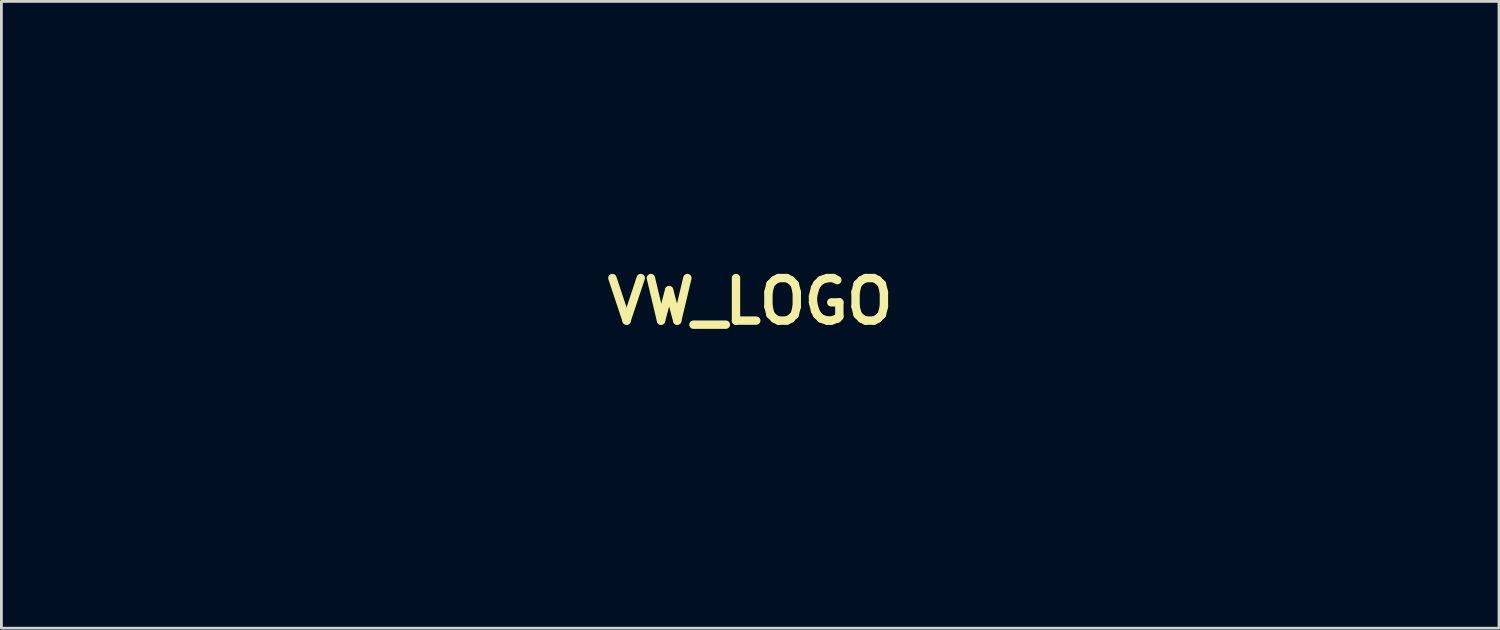
<source format=kicad_pcb>
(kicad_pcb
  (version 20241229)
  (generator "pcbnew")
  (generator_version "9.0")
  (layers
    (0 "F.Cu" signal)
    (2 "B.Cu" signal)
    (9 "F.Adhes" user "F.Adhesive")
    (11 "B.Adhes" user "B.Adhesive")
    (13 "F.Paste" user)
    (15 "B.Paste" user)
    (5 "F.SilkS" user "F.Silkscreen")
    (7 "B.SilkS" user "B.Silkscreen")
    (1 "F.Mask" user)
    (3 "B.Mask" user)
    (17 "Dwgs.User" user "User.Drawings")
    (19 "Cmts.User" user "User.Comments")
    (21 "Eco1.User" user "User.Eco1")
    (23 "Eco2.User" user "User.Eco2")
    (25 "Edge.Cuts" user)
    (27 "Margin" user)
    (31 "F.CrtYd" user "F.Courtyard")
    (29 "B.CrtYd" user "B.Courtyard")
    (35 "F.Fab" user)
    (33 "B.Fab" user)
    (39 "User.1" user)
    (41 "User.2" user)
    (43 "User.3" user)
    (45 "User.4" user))
  (footprint "VW_LOGO"
    (layer "F.Cu")
    (at 23.817 7.743)
    (property "Reference" "VW_LOGO" (at 0 0 0) (layer "F.SilkS") (effects (font (size 1.524 1.524) (thickness 0.3))))
    (attr through_hole)
    (fp_poly (pts (xy -17.843 0.603) (xy -17.875 0.635) (xy -17.907 0.603) (xy -17.875 0.572) (xy -17.843 0.603)) (stroke (width 0.01) (type solid)) (fill no) (layer "Eco2.User"))
    (fp_poly (pts (xy -17.526 0.349) (xy -17.558 0.381) (xy -17.59 0.349) (xy -17.558 0.318) (xy -17.526 0.349)) (stroke (width 0.01) (type solid)) (fill no) (layer "Eco2.User"))
    (fp_poly (pts (xy -17.272 4.604) (xy -17.304 4.636) (xy -17.335 4.604) (xy -17.304 4.572) (xy -17.272 4.604)) (stroke (width 0.01) (type solid)) (fill no) (layer "Eco2.User"))
    (fp_poly (pts (xy -17.209 5.239) (xy -17.24 5.271) (xy -17.272 5.239) (xy -17.24 5.207) (xy -17.209 5.239)) (stroke (width 0.01) (type solid)) (fill no) (layer "Eco2.User"))
    (fp_poly (pts (xy -17.081 5.493) (xy -17.113 5.524) (xy -17.145 5.493) (xy -17.113 5.461) (xy -17.081 5.493)) (stroke (width 0.01) (type solid)) (fill no) (layer "Eco2.User"))
    (fp_poly (pts (xy -16.701 6.001) (xy -16.732 6.032) (xy -16.764 6.001) (xy -16.732 5.969) (xy -16.701 6.001)) (stroke (width 0.01) (type solid)) (fill no) (layer "Eco2.User"))
    (fp_poly (pts (xy -16.51 5.366) (xy -16.542 5.397) (xy -16.573 5.366) (xy -16.542 5.334) (xy -16.51 5.366)) (stroke (width 0.01) (type solid)) (fill no) (layer "Eco2.User"))
    (fp_poly (pts (xy -16.32 2.826) (xy -16.351 2.857) (xy -16.383 2.826) (xy -16.351 2.794) (xy -16.32 2.826)) (stroke (width 0.01) (type solid)) (fill no) (layer "Eco2.User"))
    (fp_poly (pts (xy -16.32 3.016) (xy -16.351 3.048) (xy -16.383 3.016) (xy -16.351 2.985) (xy -16.32 3.016)) (stroke (width 0.01) (type solid)) (fill no) (layer "Eco2.User"))
    (fp_poly (pts (xy -15.938 2.445) (xy -15.97 2.477) (xy -16.002 2.445) (xy -15.97 2.413) (xy -15.938 2.445)) (stroke (width 0.01) (type solid)) (fill no) (layer "Eco2.User"))
    (fp_poly (pts (xy -15.938 3.905) (xy -15.97 3.937) (xy -16.002 3.905) (xy -15.97 3.873) (xy -15.938 3.905)) (stroke (width 0.01) (type solid)) (fill no) (layer "Eco2.User"))
    (fp_poly (pts (xy -15.684 4.731) (xy -15.716 4.763) (xy -15.748 4.731) (xy -15.716 4.699) (xy -15.684 4.731)) (stroke (width 0.01) (type solid)) (fill no) (layer "Eco2.User"))
    (fp_poly (pts (xy -15.557 5.048) (xy -15.589 5.08) (xy -15.621 5.048) (xy -15.589 5.016) (xy -15.557 5.048)) (stroke (width 0.01) (type solid)) (fill no) (layer "Eco2.User"))
    (fp_poly (pts (xy -15.431 5.302) (xy -15.462 5.334) (xy -15.494 5.302) (xy -15.462 5.271) (xy -15.431 5.302)) (stroke (width 0.01) (type solid)) (fill no) (layer "Eco2.User"))
    (fp_poly (pts (xy -14.986 5.112) (xy -15.018 5.144) (xy -15.05 5.112) (xy -15.018 5.08) (xy -14.986 5.112)) (stroke (width 0.01) (type solid)) (fill no) (layer "Eco2.User"))
    (fp_poly (pts (xy -14.796 4.731) (xy -14.827 4.763) (xy -14.859 4.731) (xy -14.827 4.699) (xy -14.796 4.731)) (stroke (width 0.01) (type solid)) (fill no) (layer "Eco2.User"))
    (fp_poly (pts (xy -14.796 4.921) (xy -14.827 4.953) (xy -14.859 4.921) (xy -14.827 4.889) (xy -14.796 4.921)) (stroke (width 0.01) (type solid)) (fill no) (layer "Eco2.User"))
    (fp_poly (pts (xy -14.605 4.731) (xy -14.637 4.763) (xy -14.668 4.731) (xy -14.637 4.699) (xy -14.605 4.731)) (stroke (width 0.01) (type solid)) (fill no) (layer "Eco2.User"))
    (fp_poly (pts (xy -14.478 3.905) (xy -14.51 3.937) (xy -14.541 3.905) (xy -14.51 3.873) (xy -14.478 3.905)) (stroke (width 0.01) (type solid)) (fill no) (layer "Eco2.User"))
    (fp_poly (pts (xy -14.351 -0.603) (xy -14.383 -0.572) (xy -14.415 -0.603) (xy -14.383 -0.635) (xy -14.351 -0.603)) (stroke (width 0.01) (type solid)) (fill no) (layer "Eco2.User"))
    (fp_poly (pts (xy -14.224 -0.54) (xy -14.256 -0.508) (xy -14.287 -0.54) (xy -14.256 -0.572) (xy -14.224 -0.54)) (stroke (width 0.01) (type solid)) (fill no) (layer "Eco2.User"))
    (fp_poly (pts (xy -10.223 -6.445) (xy -10.255 -6.413) (xy -10.287 -6.445) (xy -10.255 -6.477) (xy -10.223 -6.445)) (stroke (width 0.01) (type solid)) (fill no) (layer "Eco2.User"))
    (fp_poly (pts (xy -8.445 6.064) (xy -8.477 6.096) (xy -8.509 6.064) (xy -8.477 6.032) (xy -8.445 6.064)) (stroke (width 0.01) (type solid)) (fill no) (layer "Eco2.User"))
    (fp_poly (pts (xy -8.255 -0.857) (xy -8.287 -0.826) (xy -8.319 -0.857) (xy -8.287 -0.889) (xy -8.255 -0.857)) (stroke (width 0.01) (type solid)) (fill no) (layer "Eco2.User"))
    (fp_poly (pts (xy -7.62 -1.048) (xy -7.652 -1.016) (xy -7.684 -1.048) (xy -7.652 -1.079) (xy -7.62 -1.048)) (stroke (width 0.01) (type solid)) (fill no) (layer "Eco2.User"))
    (fp_poly (pts (xy -7.366 6.128) (xy -7.398 6.16) (xy -7.429 6.128) (xy -7.398 6.096) (xy -7.366 6.128)) (stroke (width 0.01) (type solid)) (fill no) (layer "Eco2.User"))
    (fp_poly (pts (xy -1.778 -4.604) (xy -1.81 -4.572) (xy -1.841 -4.604) (xy -1.81 -4.636) (xy -1.778 -4.604)) (stroke (width 0.01) (type solid)) (fill no) (layer "Eco2.User"))
    (fp_poly (pts (xy -1.714 -4.35) (xy -1.746 -4.318) (xy -1.778 -4.35) (xy -1.746 -4.381) (xy -1.714 -4.35)) (stroke (width 0.01) (type solid)) (fill no) (layer "Eco2.User"))
    (fp_poly (pts (xy -1.46 -3.524) (xy -1.492 -3.493) (xy -1.524 -3.524) (xy -1.492 -3.556) (xy -1.46 -3.524)) (stroke (width 0.01) (type solid)) (fill no) (layer "Eco2.User"))
    (fp_poly (pts (xy -1.27 -3.016) (xy -1.302 -2.985) (xy -1.333 -3.016) (xy -1.302 -3.048) (xy -1.27 -3.016)) (stroke (width 0.01) (type solid)) (fill no) (layer "Eco2.User"))
    (fp_poly (pts (xy -1.206 -3.207) (xy -1.238 -3.175) (xy -1.27 -3.207) (xy -1.238 -3.239) (xy -1.206 -3.207)) (stroke (width 0.01) (type solid)) (fill no) (layer "Eco2.User"))
    (fp_poly (pts (xy -1.206 -2.889) (xy -1.238 -2.857) (xy -1.27 -2.889) (xy -1.238 -2.921) (xy -1.206 -2.889)) (stroke (width 0.01) (type solid)) (fill no) (layer "Eco2.User"))
    (fp_poly (pts (xy -1.143 -3.08) (xy -1.175 -3.048) (xy -1.206 -3.08) (xy -1.175 -3.111) (xy -1.143 -3.08)) (stroke (width 0.01) (type solid)) (fill no) (layer "Eco2.User"))
    (fp_poly (pts (xy 0.572 5.747) (xy 0.54 5.779) (xy 0.508 5.747) (xy 0.54 5.715) (xy 0.572 5.747)) (stroke (width 0.01) (type solid)) (fill no) (layer "Eco2.User"))
    (fp_poly (pts (xy 0.635 3.842) (xy 0.603 3.873) (xy 0.572 3.842) (xy 0.603 3.81) (xy 0.635 3.842)) (stroke (width 0.01) (type solid)) (fill no) (layer "Eco2.User"))
    (fp_poly (pts (xy 0.635 5.874) (xy 0.603 5.905) (xy 0.572 5.874) (xy 0.603 5.842) (xy 0.635 5.874)) (stroke (width 0.01) (type solid)) (fill no) (layer "Eco2.User"))
    (fp_poly (pts (xy 0.762 -0.73) (xy 0.73 -0.699) (xy 0.699 -0.73) (xy 0.73 -0.762) (xy 0.762 -0.73)) (stroke (width 0.01) (type solid)) (fill no) (layer "Eco2.User"))
    (fp_poly (pts (xy 1.079 -6.255) (xy 1.048 -6.223) (xy 1.016 -6.255) (xy 1.048 -6.287) (xy 1.079 -6.255)) (stroke (width 0.01) (type solid)) (fill no) (layer "Eco2.User"))
    (fp_poly (pts (xy 1.27 -6.255) (xy 1.238 -6.223) (xy 1.206 -6.255) (xy 1.238 -6.287) (xy 1.27 -6.255)) (stroke (width 0.01) (type solid)) (fill no) (layer "Eco2.User"))
    (fp_poly (pts (xy 1.397 -6.255) (xy 1.365 -6.223) (xy 1.333 -6.255) (xy 1.365 -6.287) (xy 1.397 -6.255)) (stroke (width 0.01) (type solid)) (fill no) (layer "Eco2.User"))
    (fp_poly (pts (xy 1.587 4.477) (xy 1.556 4.508) (xy 1.524 4.477) (xy 1.556 4.445) (xy 1.587 4.477)) (stroke (width 0.01) (type solid)) (fill no) (layer "Eco2.User"))
    (fp_poly (pts (xy 1.714 3.207) (xy 1.683 3.239) (xy 1.651 3.207) (xy 1.683 3.175) (xy 1.714 3.207)) (stroke (width 0.01) (type solid)) (fill no) (layer "Eco2.User"))
    (fp_poly (pts (xy 1.714 4.604) (xy 1.683 4.636) (xy 1.651 4.604) (xy 1.683 4.572) (xy 1.714 4.604)) (stroke (width 0.01) (type solid)) (fill no) (layer "Eco2.User"))
    (fp_poly (pts (xy 1.968 -3.143) (xy 1.937 -3.111) (xy 1.905 -3.143) (xy 1.937 -3.175) (xy 1.968 -3.143)) (stroke (width 0.01) (type solid)) (fill no) (layer "Eco2.User"))
    (fp_poly (pts (xy 2.223 2.762) (xy 2.191 2.794) (xy 2.159 2.762) (xy 2.191 2.731) (xy 2.223 2.762)) (stroke (width 0.01) (type solid)) (fill no) (layer "Eco2.User"))
    (fp_poly (pts (xy 2.286 2.572) (xy 2.254 2.603) (xy 2.223 2.572) (xy 2.254 2.54) (xy 2.286 2.572)) (stroke (width 0.01) (type solid)) (fill no) (layer "Eco2.User"))
    (fp_poly (pts (xy 2.54 3.27) (xy 2.508 3.302) (xy 2.477 3.27) (xy 2.508 3.239) (xy 2.54 3.27)) (stroke (width 0.01) (type solid)) (fill no) (layer "Eco2.User"))
    (fp_poly (pts (xy 2.603 3.016) (xy 2.572 3.048) (xy 2.54 3.016) (xy 2.572 2.985) (xy 2.603 3.016)) (stroke (width 0.01) (type solid)) (fill no) (layer "Eco2.User"))
    (fp_poly (pts (xy 3.111 2.445) (xy 3.08 2.477) (xy 3.048 2.445) (xy 3.08 2.413) (xy 3.111 2.445)) (stroke (width 0.01) (type solid)) (fill no) (layer "Eco2.User"))
    (fp_poly (pts (xy 3.175 7.207) (xy 3.143 7.239) (xy 3.111 7.207) (xy 3.143 7.176) (xy 3.175 7.207)) (stroke (width 0.01) (type solid)) (fill no) (layer "Eco2.User"))
    (fp_poly (pts (xy 3.747 5.81) (xy 3.715 5.842) (xy 3.683 5.81) (xy 3.715 5.779) (xy 3.747 5.81)) (stroke (width 0.01) (type solid)) (fill no) (layer "Eco2.User"))
    (fp_poly (pts (xy 3.81 5.366) (xy 3.778 5.397) (xy 3.747 5.366) (xy 3.778 5.334) (xy 3.81 5.366)) (stroke (width 0.01) (type solid)) (fill no) (layer "Eco2.User"))
    (fp_poly (pts (xy 7.303 3.715) (xy 7.271 3.747) (xy 7.239 3.715) (xy 7.271 3.683) (xy 7.303 3.715)) (stroke (width 0.01) (type solid)) (fill no) (layer "Eco2.User"))
    (fp_poly (pts (xy 7.366 3.842) (xy 7.334 3.873) (xy 7.303 3.842) (xy 7.334 3.81) (xy 7.366 3.842)) (stroke (width 0.01) (type solid)) (fill no) (layer "Eco2.User"))
    (fp_poly (pts (xy 7.556 1.619) (xy 7.525 1.651) (xy 7.493 1.619) (xy 7.525 1.587) (xy 7.556 1.619)) (stroke (width 0.01) (type solid)) (fill no) (layer "Eco2.User"))
    (fp_poly (pts (xy 8.001 4.604) (xy 7.969 4.636) (xy 7.938 4.604) (xy 7.969 4.572) (xy 8.001 4.604)) (stroke (width 0.01) (type solid)) (fill no) (layer "Eco2.User"))
    (fp_poly (pts (xy 8.065 3.524) (xy 8.033 3.556) (xy 8.001 3.524) (xy 8.033 3.493) (xy 8.065 3.524)) (stroke (width 0.01) (type solid)) (fill no) (layer "Eco2.User"))
    (fp_poly (pts (xy 8.319 3.842) (xy 8.287 3.873) (xy 8.255 3.842) (xy 8.287 3.81) (xy 8.319 3.842)) (stroke (width 0.01) (type solid)) (fill no) (layer "Eco2.User"))
    (fp_poly (pts (xy 8.7 -1.683) (xy 8.668 -1.651) (xy 8.636 -1.683) (xy 8.668 -1.714) (xy 8.7 -1.683)) (stroke (width 0.01) (type solid)) (fill no) (layer "Eco2.User"))
    (fp_poly (pts (xy 8.954 1.619) (xy 8.922 1.651) (xy 8.89 1.619) (xy 8.922 1.587) (xy 8.954 1.619)) (stroke (width 0.01) (type solid)) (fill no) (layer "Eco2.User"))
    (fp_poly (pts (xy 8.954 3.651) (xy 8.922 3.683) (xy 8.89 3.651) (xy 8.922 3.619) (xy 8.954 3.651)) (stroke (width 0.01) (type solid)) (fill no) (layer "Eco2.User"))
    (fp_poly (pts (xy 9.207 2) (xy 9.176 2.032) (xy 9.144 2) (xy 9.176 1.968) (xy 9.207 2)) (stroke (width 0.01) (type solid)) (fill no) (layer "Eco2.User"))
    (fp_poly (pts (xy 9.588 3.461) (xy 9.557 3.493) (xy 9.525 3.461) (xy 9.557 3.429) (xy 9.588 3.461)) (stroke (width 0.01) (type solid)) (fill no) (layer "Eco2.User"))
    (fp_poly (pts (xy 10.097 -1.048) (xy 10.065 -1.016) (xy 10.033 -1.048) (xy 10.065 -1.079) (xy 10.097 -1.048)) (stroke (width 0.01) (type solid)) (fill no) (layer "Eco2.User"))
    (fp_poly (pts (xy 10.223 -0.984) (xy 10.192 -0.953) (xy 10.16 -0.984) (xy 10.192 -1.016) (xy 10.223 -0.984)) (stroke (width 0.01) (type solid)) (fill no) (layer "Eco2.User"))
    (fp_poly (pts (xy 10.351 -0.921) (xy 10.319 -0.889) (xy 10.287 -0.921) (xy 10.319 -0.953) (xy 10.351 -0.921)) (stroke (width 0.01) (type solid)) (fill no) (layer "Eco2.User"))
    (fp_poly (pts (xy 10.541 -1.556) (xy 10.509 -1.524) (xy 10.477 -1.556) (xy 10.509 -1.587) (xy 10.541 -1.556)) (stroke (width 0.01) (type solid)) (fill no) (layer "Eco2.User"))
    (fp_poly (pts (xy 10.732 3.905) (xy 10.7 3.937) (xy 10.668 3.905) (xy 10.7 3.873) (xy 10.732 3.905)) (stroke (width 0.01) (type solid)) (fill no) (layer "Eco2.User"))
    (fp_poly (pts (xy 12.636 1.238) (xy 12.605 1.27) (xy 12.573 1.238) (xy 12.605 1.206) (xy 12.636 1.238)) (stroke (width 0.01) (type solid)) (fill no) (layer "Eco2.User"))
    (fp_poly (pts (xy 12.764 1.238) (xy 12.732 1.27) (xy 12.7 1.238) (xy 12.732 1.206) (xy 12.764 1.238)) (stroke (width 0.01) (type solid)) (fill no) (layer "Eco2.User"))
    (fp_poly (pts (xy 13.018 1.619) (xy 12.986 1.651) (xy 12.954 1.619) (xy 12.986 1.587) (xy 13.018 1.619)) (stroke (width 0.01) (type solid)) (fill no) (layer "Eco2.User"))
    (fp_poly (pts (xy 16.129 2.508) (xy 16.097 2.54) (xy 16.066 2.508) (xy 16.097 2.477) (xy 16.129 2.508)) (stroke (width 0.01) (type solid)) (fill no) (layer "Eco2.User"))
    (fp_poly (pts (xy 16.32 2.381) (xy 16.288 2.413) (xy 16.256 2.381) (xy 16.288 2.349) (xy 16.32 2.381)) (stroke (width 0.01) (type solid)) (fill no) (layer "Eco2.User"))
    (fp_poly (pts (xy 16.51 3.461) (xy 16.478 3.493) (xy 16.447 3.461) (xy 16.478 3.429) (xy 16.51 3.461)) (stroke (width 0.01) (type solid)) (fill no) (layer "Eco2.User"))
    (fp_poly (pts (xy 17.653 2.127) (xy 17.621 2.159) (xy 17.59 2.127) (xy 17.621 2.095) (xy 17.653 2.127)) (stroke (width 0.01) (type solid)) (fill no) (layer "Eco2.User"))
    (fp_poly (pts (xy 17.716 2.254) (xy 17.685 2.286) (xy 17.653 2.254) (xy 17.685 2.223) (xy 17.716 2.254)) (stroke (width 0.01) (type solid)) (fill no) (layer "Eco2.User"))
    (fp_poly (pts (xy 17.78 2.381) (xy 17.748 2.413) (xy 17.716 2.381) (xy 17.748 2.349) (xy 17.78 2.381)) (stroke (width 0.01) (type solid)) (fill no) (layer "Eco2.User"))
    (fp_poly (pts (xy 17.843 2.508) (xy 17.812 2.54) (xy 17.78 2.508) (xy 17.812 2.477) (xy 17.843 2.508)) (stroke (width 0.01) (type solid)) (fill no) (layer "Eco2.User"))
    (fp_poly (pts (xy 22.352 7.271) (xy 22.32 7.303) (xy 22.288 7.271) (xy 22.32 7.239) (xy 22.352 7.271)) (stroke (width 0.01) (type solid)) (fill no) (layer "Eco2.User"))
    (fp_poly (pts (xy 23.05 8.477) (xy 23.019 8.509) (xy 22.987 8.477) (xy 23.019 8.445) (xy 23.05 8.477)) (stroke (width 0.01) (type solid)) (fill no) (layer "Eco2.User"))
    (fp_poly (pts (xy 23.812 8.35) (xy 23.781 8.382) (xy 23.749 8.35) (xy 23.781 8.319) (xy 23.812 8.35)) (stroke (width 0.01) (type solid)) (fill no) (layer "Eco2.User"))
    (fp_poly (pts (xy -15.896 2.244) (xy -15.889 2.319) (xy -15.896 2.328) (xy -15.934 2.32) (xy -15.938 2.286) (xy -15.915 2.234) (xy -15.896 2.244)) (stroke (width 0.01) (type solid)) (fill no) (layer "Eco2.User"))
    (fp_poly (pts (xy -15.833 2.117) (xy -15.841 2.154) (xy -15.875 2.159) (xy -15.927 2.136) (xy -15.917 2.117) (xy -15.842 2.109) (xy -15.833 2.117)) (stroke (width 0.01) (type solid)) (fill no) (layer "Eco2.User"))
    (fp_poly (pts (xy -15.769 2.434) (xy -15.778 2.472) (xy -15.812 2.477) (xy -15.864 2.453) (xy -15.854 2.434) (xy -15.778 2.427) (xy -15.769 2.434)) (stroke (width 0.01) (type solid)) (fill no) (layer "Eco2.User"))
    (fp_poly (pts (xy -10.435 -5.44) (xy -10.444 -5.402) (xy -10.477 -5.397) (xy -10.53 -5.421) (xy -10.52 -5.44) (xy -10.444 -5.447) (xy -10.435 -5.44)) (stroke (width 0.01) (type solid)) (fill no) (layer "Eco2.User"))
    (fp_poly (pts (xy -9.864 -5.63) (xy -9.872 -5.593) (xy -9.906 -5.588) (xy -9.958 -5.611) (xy -9.948 -5.63) (xy -9.873 -5.638) (xy -9.864 -5.63)) (stroke (width 0.01) (type solid)) (fill no) (layer "Eco2.User"))
    (fp_poly (pts (xy -9.606 -5.69) (xy -9.625 -5.661) (xy -9.689 -5.657) (xy -9.757 -5.672) (xy -9.727 -5.695) (xy -9.628 -5.702) (xy -9.606 -5.69)) (stroke (width 0.01) (type solid)) (fill no) (layer "Eco2.User"))
    (fp_poly (pts (xy -9.352 -5.753) (xy -9.371 -5.725) (xy -9.435 -5.72) (xy -9.503 -5.736) (xy -9.473 -5.758) (xy -9.374 -5.766) (xy -9.352 -5.753)) (stroke (width 0.01) (type solid)) (fill no) (layer "Eco2.User"))
    (fp_poly (pts (xy -8.085 -5.092) (xy -8.077 -4.993) (xy -8.09 -4.97) (xy -8.118 -4.989) (xy -8.123 -5.054) (xy -8.107 -5.121) (xy -8.085 -5.092)) (stroke (width 0.01) (type solid)) (fill no) (layer "Eco2.User"))
    (fp_poly (pts (xy -7.891 -0.864) (xy -7.91 -0.835) (xy -7.975 -0.831) (xy -8.042 -0.846) (xy -8.013 -0.869) (xy -7.914 -0.876) (xy -7.891 -0.864)) (stroke (width 0.01) (type solid)) (fill no) (layer "Eco2.User"))
    (fp_poly (pts (xy -7.705 6.117) (xy -7.713 6.155) (xy -7.747 6.16) (xy -7.799 6.136) (xy -7.789 6.117) (xy -7.714 6.11) (xy -7.705 6.117)) (stroke (width 0.01) (type solid)) (fill no) (layer "Eco2.User"))
    (fp_poly (pts (xy -7.514 6.117) (xy -7.523 6.155) (xy -7.556 6.16) (xy -7.609 6.136) (xy -7.599 6.117) (xy -7.523 6.11) (xy -7.514 6.117)) (stroke (width 0.01) (type solid)) (fill no) (layer "Eco2.User"))
    (fp_poly (pts (xy -6.969 -7.345) (xy -6.961 -7.321) (xy -7.048 -7.313) (xy -7.139 -7.323) (xy -7.128 -7.345) (xy -6.998 -7.353) (xy -6.969 -7.345)) (stroke (width 0.01) (type solid)) (fill no) (layer "Eco2.User"))
    (fp_poly (pts (xy -3.196 -7.726) (xy -3.205 -7.688) (xy -3.239 -7.684) (xy -3.291 -7.707) (xy -3.281 -7.726) (xy -3.205 -7.733) (xy -3.196 -7.726)) (stroke (width 0.01) (type solid)) (fill no) (layer "Eco2.User"))
    (fp_poly (pts (xy -1.672 -4.17) (xy -1.665 -4.094) (xy -1.672 -4.085) (xy -1.71 -4.094) (xy -1.714 -4.128) (xy -1.691 -4.18) (xy -1.672 -4.17)) (stroke (width 0.01) (type solid)) (fill no) (layer "Eco2.User"))
    (fp_poly (pts (xy -1.671 -5.092) (xy -1.664 -4.993) (xy -1.676 -4.97) (xy -1.705 -4.989) (xy -1.709 -5.054) (xy -1.694 -5.121) (xy -1.671 -5.092)) (stroke (width 0.01) (type solid)) (fill no) (layer "Eco2.User"))
    (fp_poly (pts (xy -1.609 -3.979) (xy -1.601 -3.904) (xy -1.609 -3.895) (xy -1.646 -3.903) (xy -1.651 -3.937) (xy -1.628 -3.989) (xy -1.609 -3.979)) (stroke (width 0.01) (type solid)) (fill no) (layer "Eco2.User"))
    (fp_poly (pts (xy -1.545 -3.725) (xy -1.538 -3.65) (xy -1.545 -3.641) (xy -1.583 -3.649) (xy -1.587 -3.683) (xy -1.564 -3.735) (xy -1.545 -3.725)) (stroke (width 0.01) (type solid)) (fill no) (layer "Eco2.User"))
    (fp_poly (pts (xy -0.937 -6.075) (xy -0.929 -6.051) (xy -1.016 -6.043) (xy -1.106 -6.053) (xy -1.095 -6.075) (xy -0.965 -6.083) (xy -0.937 -6.075)) (stroke (width 0.01) (type solid)) (fill no) (layer "Eco2.User"))
    (fp_poly (pts (xy -0.275 -7.535) (xy -0.284 -7.498) (xy -0.318 -7.493) (xy -0.37 -7.516) (xy -0.36 -7.535) (xy -0.284 -7.543) (xy -0.275 -7.535)) (stroke (width 0.01) (type solid)) (fill no) (layer "Eco2.User"))
    (fp_poly (pts (xy 0.042 -2.773) (xy 0.034 -2.735) (xy 0 -2.731) (xy -0.052 -2.754) (xy -0.042 -2.773) (xy 0.033 -2.78) (xy 0.042 -2.773)) (stroke (width 0.01) (type solid)) (fill no) (layer "Eco2.User"))
    (fp_poly (pts (xy 0.36 -2.836) (xy 0.351 -2.799) (xy 0.318 -2.794) (xy 0.265 -2.817) (xy 0.275 -2.836) (xy 0.351 -2.844) (xy 0.36 -2.836)) (stroke (width 0.01) (type solid)) (fill no) (layer "Eco2.User"))
    (fp_poly (pts (xy 1.122 3.641) (xy 1.129 3.716) (xy 1.122 3.725) (xy 1.084 3.717) (xy 1.079 3.683) (xy 1.103 3.631) (xy 1.122 3.641)) (stroke (width 0.01) (type solid)) (fill no) (layer "Eco2.User"))
    (fp_poly (pts (xy 1.697 -7.214) (xy 1.678 -7.185) (xy 1.614 -7.181) (xy 1.546 -7.196) (xy 1.576 -7.219) (xy 1.675 -7.226) (xy 1.697 -7.214)) (stroke (width 0.01) (type solid)) (fill no) (layer "Eco2.User"))
    (fp_poly (pts (xy 1.757 3.387) (xy 1.764 3.462) (xy 1.757 3.471) (xy 1.719 3.463) (xy 1.714 3.429) (xy 1.738 3.377) (xy 1.757 3.387)) (stroke (width 0.01) (type solid)) (fill no) (layer "Eco2.User"))
    (fp_poly (pts (xy 2.078 -7.15) (xy 2.059 -7.122) (xy 1.995 -7.117) (xy 1.927 -7.133) (xy 1.957 -7.155) (xy 2.056 -7.163) (xy 2.078 -7.15)) (stroke (width 0.01) (type solid)) (fill no) (layer "Eco2.User"))
    (fp_poly (pts (xy 2.202 5.513) (xy 2.21 5.612) (xy 2.197 5.634) (xy 2.169 5.615) (xy 2.164 5.551) (xy 2.18 5.483) (xy 2.202 5.513)) (stroke (width 0.01) (type solid)) (fill no) (layer "Eco2.User"))
    (fp_poly (pts (xy 2.773 5.736) (xy 2.764 5.774) (xy 2.731 5.779) (xy 2.678 5.755) (xy 2.688 5.736) (xy 2.764 5.729) (xy 2.773 5.736)) (stroke (width 0.01) (type solid)) (fill no) (layer "Eco2.User"))
    (fp_poly (pts (xy 2.963 -6.202) (xy 2.955 -6.164) (xy 2.921 -6.16) (xy 2.869 -6.183) (xy 2.879 -6.202) (xy 2.954 -6.209) (xy 2.963 -6.202)) (stroke (width 0.01) (type solid)) (fill no) (layer "Eco2.User"))
    (fp_poly (pts (xy 2.964 2.147) (xy 2.972 2.246) (xy 2.959 2.269) (xy 2.931 2.25) (xy 2.926 2.185) (xy 2.942 2.118) (xy 2.964 2.147)) (stroke (width 0.01) (type solid)) (fill no) (layer "Eco2.User"))
    (fp_poly (pts (xy 3.789 5.609) (xy 3.78 5.647) (xy 3.747 5.652) (xy 3.694 5.628) (xy 3.704 5.609) (xy 3.78 5.602) (xy 3.789 5.609)) (stroke (width 0.01) (type solid)) (fill no) (layer "Eco2.User"))
    (fp_poly (pts (xy 3.856 -0.102) (xy 3.837 -0.073) (xy 3.773 -0.069) (xy 3.705 -0.084) (xy 3.735 -0.107) (xy 3.834 -0.114) (xy 3.856 -0.102)) (stroke (width 0.01) (type solid)) (fill no) (layer "Eco2.User"))
    (fp_poly (pts (xy 4.17 4.403) (xy 4.177 4.478) (xy 4.17 4.487) (xy 4.132 4.479) (xy 4.128 4.445) (xy 4.151 4.393) (xy 4.17 4.403)) (stroke (width 0.01) (type solid)) (fill no) (layer "Eco2.User"))
    (fp_poly (pts (xy 5.858 -2.455) (xy 5.866 -2.432) (xy 5.779 -2.423) (xy 5.688 -2.433) (xy 5.699 -2.455) (xy 5.829 -2.463) (xy 5.858 -2.455)) (stroke (width 0.01) (type solid)) (fill no) (layer "Eco2.User"))
    (fp_poly (pts (xy 7.853 2.688) (xy 7.86 2.764) (xy 7.853 2.773) (xy 7.815 2.764) (xy 7.811 2.731) (xy 7.834 2.678) (xy 7.853 2.688)) (stroke (width 0.01) (type solid)) (fill no) (layer "Eco2.User"))
    (fp_poly (pts (xy 8.678 1.482) (xy 8.67 1.519) (xy 8.636 1.524) (xy 8.584 1.501) (xy 8.594 1.482) (xy 8.669 1.474) (xy 8.678 1.482)) (stroke (width 0.01) (type solid)) (fill no) (layer "Eco2.User"))
    (fp_poly (pts (xy 9.25 3.45) (xy 9.257 3.526) (xy 9.25 3.535) (xy 9.212 3.526) (xy 9.207 3.493) (xy 9.231 3.44) (xy 9.25 3.45)) (stroke (width 0.01) (type solid)) (fill no) (layer "Eco2.User"))
    (fp_poly (pts (xy 9.504 3.577) (xy 9.511 3.653) (xy 9.504 3.662) (xy 9.466 3.653) (xy 9.461 3.619) (xy 9.485 3.567) (xy 9.504 3.577)) (stroke (width 0.01) (type solid)) (fill no) (layer "Eco2.User"))
    (fp_poly (pts (xy 9.694 3.641) (xy 9.702 3.716) (xy 9.694 3.725) (xy 9.657 3.717) (xy 9.652 3.683) (xy 9.675 3.631) (xy 9.694 3.641)) (stroke (width 0.01) (type solid)) (fill no) (layer "Eco2.User"))
    (fp_poly (pts (xy 16.362 2.053) (xy 16.369 2.129) (xy 16.362 2.138) (xy 16.324 2.129) (xy 16.32 2.095) (xy 16.343 2.043) (xy 16.362 2.053)) (stroke (width 0.01) (type solid)) (fill no) (layer "Eco2.User"))
    (fp_poly (pts (xy 17.06 1.545) (xy 17.052 1.583) (xy 17.018 1.587) (xy 16.966 1.564) (xy 16.976 1.545) (xy 17.051 1.538) (xy 17.06 1.545)) (stroke (width 0.01) (type solid)) (fill no) (layer "Eco2.User"))
    (fp_poly (pts (xy 17.887 2.719) (xy 17.894 2.818) (xy 17.882 2.84) (xy 17.853 2.821) (xy 17.849 2.757) (xy 17.864 2.689) (xy 17.887 2.719)) (stroke (width 0.01) (type solid)) (fill no) (layer "Eco2.User"))
    (fp_poly (pts (xy -15.694 2.205) (xy -15.684 2.251) (xy -15.705 2.342) (xy -15.76 2.315) (xy -15.777 2.29) (xy -15.769 2.209) (xy -15.749 2.191) (xy -15.694 2.205)) (stroke (width 0.01) (type solid)) (fill no) (layer "Eco2.User"))
    (fp_poly (pts (xy -10.381 -6.401) (xy -10.4 -6.354) (xy -10.459 -6.322) (xy -10.533 -6.303) (xy -10.503 -6.35) (xy -10.494 -6.358) (xy -10.411 -6.408) (xy -10.381 -6.401)) (stroke (width 0.01) (type solid)) (fill no) (layer "Eco2.User"))
    (fp_poly (pts (xy -1.397 -3.264) (xy -1.389 -3.255) (xy -1.339 -3.172) (xy -1.346 -3.142) (xy -1.393 -3.161) (xy -1.425 -3.22) (xy -1.444 -3.294) (xy -1.397 -3.264)) (stroke (width 0.01) (type solid)) (fill no) (layer "Eco2.User"))
    (fp_poly (pts (xy -0.988 -2.818) (xy -0.898 -2.767) (xy -0.913 -2.734) (xy -0.949 -2.731) (xy -1.035 -2.777) (xy -1.047 -2.793) (xy -1.037 -2.829) (xy -0.988 -2.818)) (stroke (width 0.01) (type solid)) (fill no) (layer "Eco2.User"))
    (fp_poly (pts (xy 1.341 5.253) (xy 1.344 5.256) (xy 1.389 5.366) (xy 1.384 5.406) (xy 1.351 5.421) (xy 1.316 5.339) (xy 1.302 5.241) (xy 1.341 5.253)) (stroke (width 0.01) (type solid)) (fill no) (layer "Eco2.User"))
    (fp_poly (pts (xy 2.258 4.424) (xy 2.247 4.473) (xy 2.195 4.563) (xy 2.162 4.548) (xy 2.159 4.512) (xy 2.205 4.426) (xy 2.222 4.414) (xy 2.258 4.424)) (stroke (width 0.01) (type solid)) (fill no) (layer "Eco2.User"))
    (fp_poly (pts (xy 2.779 5.176) (xy 2.715 5.25) (xy 2.655 5.271) (xy 2.63 5.234) (xy 2.668 5.174) (xy 2.746 5.107) (xy 2.778 5.106) (xy 2.779 5.176)) (stroke (width 0.01) (type solid)) (fill no) (layer "Eco2.User"))
    (fp_poly (pts (xy 11.357 -0.292) (xy 11.425 -0.228) (xy 11.411 -0.191) (xy 11.402 -0.191) (xy 11.348 -0.236) (xy 11.329 -0.264) (xy 11.321 -0.307) (xy 11.357 -0.292)) (stroke (width 0.01) (type solid)) (fill no) (layer "Eco2.User"))
    (fp_poly (pts (xy 12.563 0.978) (xy 12.631 1.042) (xy 12.617 1.079) (xy 12.608 1.079) (xy 12.555 1.034) (xy 12.535 1.006) (xy 12.528 0.963) (xy 12.563 0.978)) (stroke (width 0.01) (type solid)) (fill no) (layer "Eco2.User"))
    (fp_poly (pts (xy 12.591 -0.779) (xy 12.605 -0.762) (xy 12.627 -0.705) (xy 12.567 -0.726) (xy 12.509 -0.762) (xy 12.461 -0.813) (xy 12.49 -0.825) (xy 12.591 -0.779)) (stroke (width 0.01) (type solid)) (fill no) (layer "Eco2.User"))
    (fp_poly (pts (xy 12.909 -0.589) (xy 12.922 -0.572) (xy 12.945 -0.514) (xy 12.885 -0.536) (xy 12.827 -0.572) (xy 12.778 -0.622) (xy 12.807 -0.634) (xy 12.909 -0.589)) (stroke (width 0.01) (type solid)) (fill no) (layer "Eco2.User"))
    (fp_poly (pts (xy 13.071 -0.482) (xy 13.139 -0.418) (xy 13.125 -0.382) (xy 13.116 -0.381) (xy 13.063 -0.426) (xy 13.043 -0.454) (xy 13.036 -0.498) (xy 13.071 -0.482)) (stroke (width 0.01) (type solid)) (fill no) (layer "Eco2.User"))
    (fp_poly (pts (xy -16.384 5.631) (xy -16.383 5.641) (xy -16.434 5.688) (xy -16.475 5.694) (xy -16.539 5.666) (xy -16.535 5.641) (xy -16.451 5.589) (xy -16.443 5.588) (xy -16.384 5.631)) (stroke (width 0.01) (type solid)) (fill no) (layer "Eco2.User"))
    (fp_poly (pts (xy -15.975 3.228) (xy -15.966 3.302) (xy -15.969 3.408) (xy -15.991 3.417) (xy -16.023 3.387) (xy -16.062 3.298) (xy -16.053 3.205) (xy -16.016 3.175) (xy -15.975 3.228)) (stroke (width 0.01) (type solid)) (fill no) (layer "Eco2.User"))
    (fp_poly (pts (xy -15.673 2.897) (xy -15.606 2.981) (xy -15.593 3.057) (xy -15.605 3.07) (xy -15.676 3.05) (xy -15.736 2.98) (xy -15.774 2.886) (xy -15.756 2.857) (xy -15.673 2.897)) (stroke (width 0.01) (type solid)) (fill no) (layer "Eco2.User"))
    (fp_poly (pts (xy -15.564 4.497) (xy -15.557 4.54) (xy -15.607 4.624) (xy -15.651 4.636) (xy -15.715 4.593) (xy -15.707 4.54) (xy -15.645 4.456) (xy -15.614 4.445) (xy -15.564 4.497)) (stroke (width 0.01) (type solid)) (fill no) (layer "Eco2.User"))
    (fp_poly (pts (xy -15.303 2.985) (xy -15.202 3.076) (xy -15.177 3.145) (xy -15.209 3.229) (xy -15.283 3.216) (xy -15.365 3.116) (xy -15.423 2.984) (xy -15.402 2.945) (xy -15.303 2.985)) (stroke (width 0.01) (type solid)) (fill no) (layer "Eco2.User"))
    (fp_poly (pts (xy -14.998 4.689) (xy -14.986 4.763) (xy -15.013 4.866) (xy -15.05 4.889) (xy -15.101 4.836) (xy -15.113 4.763) (xy -15.086 4.659) (xy -15.05 4.636) (xy -14.998 4.689)) (stroke (width 0.01) (type solid)) (fill no) (layer "Eco2.User"))
    (fp_poly (pts (xy -11.033 5.797) (xy -11.003 5.813) (xy -11.083 5.823) (xy -11.176 5.825) (xy -11.313 5.82) (xy -11.351 5.807) (xy -11.319 5.797) (xy -11.134 5.787) (xy -11.033 5.797)) (stroke (width 0.01) (type solid)) (fill no) (layer "Eco2.User"))
    (fp_poly (pts (xy -10.059 -5.564) (xy -10.128 -5.524) (xy -10.263 -5.477) (xy -10.332 -5.471) (xy -10.313 -5.506) (xy -10.287 -5.524) (xy -10.151 -5.577) (xy -10.097 -5.583) (xy -10.059 -5.564)) (stroke (width 0.01) (type solid)) (fill no) (layer "Eco2.User"))
    (fp_poly (pts (xy -9.729 -6.639) (xy -9.717 -6.587) (xy -9.808 -6.546) (xy -9.971 -6.515) (xy -10.192 -6.484) (xy -9.978 -6.579) (xy -9.83 -6.632) (xy -9.737 -6.643) (xy -9.729 -6.639)) (stroke (width 0.01) (type solid)) (fill no) (layer "Eco2.User"))
    (fp_poly (pts (xy -8.329 -7.078) (xy -8.319 -7.048) (xy -8.37 -6.992) (xy -8.414 -6.985) (xy -8.498 -7.019) (xy -8.509 -7.048) (xy -8.458 -7.105) (xy -8.414 -7.112) (xy -8.329 -7.078)) (stroke (width 0.01) (type solid)) (fill no) (layer "Eco2.User"))
    (fp_poly (pts (xy -8.08 6.052) (xy -8.061 6.071) (xy -8.148 6.081) (xy -8.191 6.081) (xy -8.307 6.075) (xy -8.321 6.058) (xy -8.303 6.052) (xy -8.142 6.042) (xy -8.08 6.052)) (stroke (width 0.01) (type solid)) (fill no) (layer "Eco2.User"))
    (fp_poly (pts (xy -8.075 -7.141) (xy -8.065 -7.112) (xy -8.116 -7.056) (xy -8.16 -7.048) (xy -8.244 -7.083) (xy -8.255 -7.112) (xy -8.204 -7.168) (xy -8.16 -7.176) (xy -8.075 -7.141)) (stroke (width 0.01) (type solid)) (fill no) (layer "Eco2.User"))
    (fp_poly (pts (xy -7.812 -7.191) (xy -7.811 -7.176) (xy -7.862 -7.12) (xy -7.909 -7.112) (xy -7.975 -7.143) (xy -7.969 -7.176) (xy -7.888 -7.237) (xy -7.87 -7.239) (xy -7.812 -7.191)) (stroke (width 0.01) (type solid)) (fill no) (layer "Eco2.User"))
    (fp_poly (pts (xy -7.558 -7.254) (xy -7.556 -7.239) (xy -7.608 -7.183) (xy -7.655 -7.176) (xy -7.721 -7.206) (xy -7.715 -7.239) (xy -7.634 -7.3) (xy -7.616 -7.303) (xy -7.558 -7.254)) (stroke (width 0.01) (type solid)) (fill no) (layer "Eco2.User"))
    (fp_poly (pts (xy -7.349 -0.87) (xy -7.324 -0.855) (xy -7.407 -0.846) (xy -7.525 -0.844) (xy -7.669 -0.848) (xy -7.711 -0.86) (xy -7.667 -0.871) (xy -7.479 -0.882) (xy -7.349 -0.87)) (stroke (width 0.01) (type solid)) (fill no) (layer "Eco2.User"))
    (fp_poly (pts (xy -7.241 -7.324) (xy -7.239 -7.303) (xy -7.293 -7.253) (xy -7.382 -7.24) (xy -7.475 -7.25) (xy -7.452 -7.287) (xy -7.429 -7.303) (xy -7.298 -7.362) (xy -7.241 -7.324)) (stroke (width 0.01) (type solid)) (fill no) (layer "Eco2.User"))
    (fp_poly (pts (xy -0.524 -6.14) (xy -0.504 -6.121) (xy -0.592 -6.111) (xy -0.635 -6.111) (xy -0.751 -6.117) (xy -0.764 -6.134) (xy -0.746 -6.14) (xy -0.585 -6.15) (xy -0.524 -6.14)) (stroke (width 0.01) (type solid)) (fill no) (layer "Eco2.User"))
    (fp_poly (pts (xy 0.111 -6.205) (xy 0.151 -6.191) (xy 0.078 -6.182) (xy -0.064 -6.179) (xy -0.22 -6.182) (xy -0.279 -6.193) (xy -0.238 -6.205) (xy -0.033 -6.216) (xy 0.111 -6.205)) (stroke (width 0.01) (type solid)) (fill no) (layer "Eco2.User"))
    (fp_poly (pts (xy 0.81 -6.267) (xy 0.829 -6.248) (xy 0.742 -6.238) (xy 0.699 -6.238) (xy 0.583 -6.244) (xy 0.569 -6.261) (xy 0.587 -6.267) (xy 0.748 -6.277) (xy 0.81 -6.267)) (stroke (width 0.01) (type solid)) (fill no) (layer "Eco2.User"))
    (fp_poly (pts (xy 1.097 -0.74) (xy 1.099 -0.719) (xy 0.999 -0.711) (xy 0.984 -0.711) (xy 0.886 -0.72) (xy 0.895 -0.739) (xy 0.906 -0.743) (xy 1.044 -0.752) (xy 1.097 -0.74)) (stroke (width 0.01) (type solid)) (fill no) (layer "Eco2.User"))
    (fp_poly (pts (xy 1.683 6.438) (xy 1.714 6.477) (xy 1.675 6.536) (xy 1.559 6.498) (xy 1.524 6.477) (xy 1.474 6.431) (xy 1.537 6.415) (xy 1.572 6.414) (xy 1.683 6.438)) (stroke (width 0.01) (type solid)) (fill no) (layer "Eco2.User"))
    (fp_poly (pts (xy 2.21 3.629) (xy 2.24 3.697) (xy 2.225 3.774) (xy 2.187 3.859) (xy 2.155 3.826) (xy 2.137 3.78) (xy 2.116 3.656) (xy 2.175 3.619) (xy 2.21 3.629)) (stroke (width 0.01) (type solid)) (fill no) (layer "Eco2.User"))
    (fp_poly (pts (xy 3.541 5.388) (xy 3.556 5.489) (xy 3.545 5.623) (xy 3.516 5.636) (xy 3.474 5.525) (xy 3.474 5.525) (xy 3.471 5.406) (xy 3.498 5.362) (xy 3.541 5.388)) (stroke (width 0.01) (type solid)) (fill no) (layer "Eco2.User"))
    (fp_poly (pts (xy 4.062 5.446) (xy 4.064 5.461) (xy 4.016 5.523) (xy 4 5.524) (xy 3.939 5.476) (xy 3.937 5.461) (xy 3.985 5.399) (xy 4 5.397) (xy 4.062 5.446)) (stroke (width 0.01) (type solid)) (fill no) (layer "Eco2.User"))
    (fp_poly (pts (xy 10.447 -0.864) (xy 10.525 -0.827) (xy 10.633 -0.764) (xy 10.668 -0.728) (xy 10.648 -0.702) (xy 10.572 -0.746) (xy 10.506 -0.797) (xy 10.424 -0.866) (xy 10.447 -0.864)) (stroke (width 0.01) (type solid)) (fill no) (layer "Eco2.User"))
    (fp_poly (pts (xy 11.654 -0.044) (xy 11.7 -0.008) (xy 11.799 0.085) (xy 11.798 0.126) (xy 11.787 0.127) (xy 11.734 0.084) (xy 11.676 0.016) (xy 11.621 -0.059) (xy 11.654 -0.044)) (stroke (width 0.01) (type solid)) (fill no) (layer "Eco2.User"))
    (fp_poly (pts (xy 15.977 1.564) (xy 15.907 1.651) (xy 15.811 1.745) (xy 15.76 1.778) (xy 15.773 1.738) (xy 15.843 1.651) (xy 15.939 1.557) (xy 15.99 1.524) (xy 15.977 1.564)) (stroke (width 0.01) (type solid)) (fill no) (layer "Eco2.User"))
    (fp_poly (pts (xy 23.558 8.35) (xy 23.619 8.407) (xy 23.622 8.417) (xy 23.573 8.445) (xy 23.558 8.445) (xy 23.497 8.397) (xy 23.495 8.378) (xy 23.534 8.34) (xy 23.558 8.35)) (stroke (width 0.01) (type solid)) (fill no) (layer "Eco2.User"))
    (fp_poly (pts (xy 2.792 3.336) (xy 2.796 3.34) (xy 2.881 3.43) (xy 2.876 3.462) (xy 2.796 3.465) (xy 2.676 3.425) (xy 2.635 3.375) (xy 2.621 3.269) (xy 2.681 3.255) (xy 2.792 3.336)) (stroke (width 0.01) (type solid)) (fill no) (layer "Eco2.User"))
    (fp_poly (pts (xy 3.198 3.403) (xy 3.271 3.474) (xy 3.302 3.579) (xy 3.282 3.665) (xy 3.241 3.683) (xy 3.166 3.633) (xy 3.109 3.551) (xy 3.062 3.422) (xy 3.108 3.38) (xy 3.198 3.403)) (stroke (width 0.01) (type solid)) (fill no) (layer "Eco2.User"))
    (fp_poly (pts (xy 23.754 7.704) (xy 23.772 7.825) (xy 23.775 7.858) (xy 23.763 7.976) (xy 23.707 7.995) (xy 23.654 7.938) (xy 23.65 7.837) (xy 23.68 7.763) (xy 23.729 7.689) (xy 23.754 7.704)) (stroke (width 0.01) (type solid)) (fill no) (layer "Eco2.User"))
    (fp_poly (pts (xy -16.812 0.272) (xy -16.764 0.284) (xy -16.829 0.293) (xy -16.992 0.297) (xy -17.018 0.297) (xy -17.192 0.294) (xy -17.27 0.285) (xy -17.237 0.273) (xy -17.224 0.272) (xy -17.002 0.261) (xy -16.812 0.272)) (stroke (width 0.01) (type solid)) (fill no) (layer "Eco2.User"))
    (fp_poly (pts (xy -4.591 -7.662) (xy -4.547 -7.632) (xy -4.585 -7.599) (xy -4.715 -7.574) (xy -4.814 -7.567) (xy -4.987 -7.566) (xy -5.045 -7.586) (xy -5.016 -7.618) (xy -4.886 -7.666) (xy -4.725 -7.681) (xy -4.591 -7.662)) (stroke (width 0.01) (type solid)) (fill no) (layer "Eco2.User"))
    (fp_poly (pts (xy 2.735 -4.998) (xy 2.794 -4.955) (xy 2.794 -4.953) (xy 2.74 -4.905) (xy 2.639 -4.889) (xy 2.505 -4.913) (xy 2.445 -4.953) (xy 2.47 -4.998) (xy 2.593 -5.016) (xy 2.6 -5.016) (xy 2.735 -4.998)) (stroke (width 0.01) (type solid)) (fill no) (layer "Eco2.User"))
    (fp_poly (pts (xy 16.859 1.655) (xy 16.94 1.692) (xy 16.905 1.707) (xy 16.832 1.71) (xy 16.676 1.755) (xy 16.521 1.857) (xy 16.366 2) (xy 16.439 1.859) (xy 16.577 1.693) (xy 16.749 1.633) (xy 16.859 1.655)) (stroke (width 0.01) (type solid)) (fill no) (layer "Eco2.User"))
    (fp_poly (pts (xy 0.181 -0.812) (xy 0.238 -0.809) (xy 0.308 -0.799) (xy 0.264 -0.791) (xy 0.115 -0.786) (xy -0.064 -0.785) (xy -0.284 -0.787) (xy -0.41 -0.793) (xy -0.43 -0.801) (xy -0.365 -0.809) (xy -0.099 -0.818) (xy 0.181 -0.812)) (stroke (width 0.01) (type solid)) (fill no) (layer "Eco2.User"))
    (fp_poly (pts (xy 13.306 2.201) (xy 13.384 2.331) (xy 13.406 2.371) (xy 13.479 2.525) (xy 13.512 2.624) (xy 13.51 2.64) (xy 13.47 2.606) (xy 13.402 2.489) (xy 13.378 2.442) (xy 13.3 2.264) (xy 13.277 2.181) (xy 13.306 2.201)) (stroke (width 0.01) (type solid)) (fill no) (layer "Eco2.User"))
    (fp_poly (pts (xy -15.812 -0.199) (xy -15.859 -0.124) (xy -15.975 -0.02) (xy -16.002 0) (xy -16.124 0.072) (xy -16.189 0.082) (xy -16.192 0.072) (xy -16.145 -0.003) (xy -16.029 -0.107) (xy -16.002 -0.127) (xy -15.88 -0.199) (xy -15.815 -0.209) (xy -15.812 -0.199)) (stroke (width 0.01) (type solid)) (fill no) (layer "Eco2.User"))
    (fp_poly (pts (xy -1.218 -6.016) (xy -1.27 -5.987) (xy -1.455 -5.872) (xy -1.611 -5.7) (xy -1.654 -5.62) (xy -1.694 -5.536) (xy -1.709 -5.569) (xy -1.71 -5.607) (xy -1.664 -5.741) (xy -1.547 -5.885) (xy -1.402 -5.994) (xy -1.289 -6.027) (xy -1.218 -6.016)) (stroke (width 0.01) (type solid)) (fill no) (layer "Eco2.User"))
    (fp_poly (pts (xy -0.721 -7.59) (xy -0.572 -7.556) (xy -0.48 -7.523) (xy -0.494 -7.508) (xy -0.626 -7.504) (xy -0.635 -7.504) (xy -0.826 -7.518) (xy -0.981 -7.555) (xy -0.984 -7.556) (xy -1.054 -7.594) (xy -1.015 -7.608) (xy -0.921 -7.609) (xy -0.721 -7.59)) (stroke (width 0.01) (type solid)) (fill no) (layer "Eco2.User"))
    (fp_poly (pts (xy 10.895 -0.606) (xy 10.911 -0.597) (xy 11.068 -0.497) (xy 11.178 -0.408) (xy 11.189 -0.397) (xy 11.234 -0.332) (xy 11.2 -0.337) (xy 11.079 -0.416) (xy 10.998 -0.472) (xy 10.828 -0.597) (xy 10.752 -0.665) (xy 10.773 -0.669) (xy 10.895 -0.606)) (stroke (width 0.01) (type solid)) (fill no) (layer "Eco2.User"))
    (fp_poly (pts (xy 13.093 1.765) (xy 13.167 1.887) (xy 13.176 1.905) (xy 13.234 2.032) (xy 13.246 2.094) (xy 13.243 2.095) (xy 13.196 2.045) (xy 13.122 1.923) (xy 13.113 1.905) (xy 13.055 1.778) (xy 13.043 1.716) (xy 13.046 1.714) (xy 13.093 1.765)) (stroke (width 0.01) (type solid)) (fill no) (layer "Eco2.User"))
    (fp_poly (pts (xy -3.592 -7.724) (xy -3.556 -7.699) (xy -3.614 -7.675) (xy -3.768 -7.654) (xy -3.986 -7.642) (xy -4.016 -7.641) (xy -4.24 -7.639) (xy -4.343 -7.647) (xy -4.331 -7.667) (xy -4.286 -7.681) (xy -4.106 -7.715) (xy -3.905 -7.735) (xy -3.72 -7.738) (xy -3.592 -7.724)) (stroke (width 0.01) (type solid)) (fill no) (layer "Eco2.User"))
    (fp_poly (pts (xy 1.156 2.135) (xy 1.194 2.176) (xy 1.227 2.291) (xy 1.188 2.488) (xy 1.186 2.493) (xy 1.097 2.672) (xy 0.978 2.729) (xy 0.845 2.68) (xy 0.811 2.615) (xy 0.839 2.486) (xy 0.89 2.364) (xy 0.988 2.177) (xy 1.071 2.104) (xy 1.156 2.135)) (stroke (width 0.01) (type solid)) (fill no) (layer "Eco2.User"))
    (fp_poly (pts (xy -17.068 2.782) (xy -17.018 2.969) (xy -17.01 3.174) (xy -17.041 3.354) (xy -17.106 3.464) (xy -17.129 3.477) (xy -17.204 3.469) (xy -17.213 3.45) (xy -17.223 3.356) (xy -17.242 3.196) (xy -17.244 3.175) (xy -17.247 2.96) (xy -17.216 2.762) (xy -17.16 2.572) (xy -17.068 2.782)) (stroke (width 0.01) (type solid)) (fill no) (layer "Eco2.User"))
    (fp_poly (pts (xy -15.321 4.937) (xy -15.253 5.123) (xy -15.242 5.167) (xy -15.209 5.332) (xy -15.219 5.387) (xy -15.279 5.348) (xy -15.328 5.3) (xy -15.391 5.181) (xy -15.387 5.104) (xy -15.397 4.99) (xy -15.435 4.95) (xy -15.487 4.881) (xy -15.475 4.85) (xy -15.4 4.84) (xy -15.321 4.937)) (stroke (width 0.01) (type solid)) (fill no) (layer "Eco2.User"))
    (fp_poly (pts (xy 1.062 5.216) (xy 1.116 5.246) (xy 1.098 5.277) (xy 1.064 5.369) (xy 1.103 5.525) (xy 1.121 5.57) (xy 1.183 5.743) (xy 1.177 5.812) (xy 1.098 5.778) (xy 1.003 5.699) (xy 0.85 5.539) (xy 0.731 5.382) (xy 0.62 5.207) (xy 0.894 5.207) (xy 1.062 5.216)) (stroke (width 0.01) (type solid)) (fill no) (layer "Eco2.User"))
    (fp_poly (pts (xy 17.246 1.671) (xy 17.376 1.786) (xy 17.502 1.912) (xy 17.578 1.996) (xy 17.59 2.013) (xy 17.565 2.027) (xy 17.482 1.958) (xy 17.397 1.871) (xy 17.275 1.771) (xy 17.176 1.739) (xy 17.167 1.741) (xy 17.115 1.728) (xy 17.125 1.675) (xy 17.166 1.634) (xy 17.246 1.671)) (stroke (width 0.01) (type solid)) (fill no) (layer "Eco2.User"))
    (fp_poly (pts (xy -15.326 5.45) (xy -15.182 5.486) (xy -15.113 5.54) (xy -15.112 5.547) (xy -15.096 5.663) (xy -15.073 5.763) (xy -15.065 5.872) (xy -15.14 5.902) (xy -15.153 5.902) (xy -15.291 5.855) (xy -15.373 5.791) (xy -15.471 5.646) (xy -15.507 5.554) (xy -15.513 5.469) (xy -15.45 5.441) (xy -15.326 5.45)) (stroke (width 0.01) (type solid)) (fill no) (layer "Eco2.User"))
    (fp_poly (pts (xy 0.774 2.984) (xy 0.864 3.151) (xy 0.866 3.353) (xy 0.864 3.364) (xy 0.838 3.573) (xy 0.826 3.762) (xy 0.826 3.762) (xy 0.808 3.903) (xy 0.757 3.922) (xy 0.682 3.822) (xy 0.644 3.743) (xy 0.59 3.525) (xy 0.598 3.231) (xy 0.603 3.188) (xy 0.648 2.828) (xy 0.774 2.984)) (stroke (width 0.01) (type solid)) (fill no) (layer "Eco2.User"))
    (fp_poly (pts (xy 8.619 1.645) (xy 8.643 1.657) (xy 8.673 1.697) (xy 8.587 1.713) (xy 8.552 1.714) (xy 8.291 1.765) (xy 8.099 1.921) (xy 8.036 2.018) (xy 7.972 2.116) (xy 7.941 2.126) (xy 7.94 2.12) (xy 7.988 1.976) (xy 8.117 1.832) (xy 8.29 1.713) (xy 8.469 1.642) (xy 8.619 1.645)) (stroke (width 0.01) (type solid)) (fill no) (layer "Eco2.User"))
    (fp_poly (pts (xy 16.704 3.709) (xy 16.739 3.733) (xy 17.019 3.88) (xy 17.274 3.903) (xy 17.498 3.806) (xy 17.685 3.671) (xy 17.507 3.836) (xy 17.307 3.969) (xy 17.104 3.986) (xy 16.87 3.89) (xy 16.85 3.878) (xy 16.704 3.777) (xy 16.609 3.689) (xy 16.603 3.68) (xy 16.615 3.66) (xy 16.704 3.709)) (stroke (width 0.01) (type solid)) (fill no) (layer "Eco2.User"))
    (fp_poly (pts (xy -16.869 4.582) (xy -16.809 4.635) (xy -16.789 4.767) (xy -16.786 4.826) (xy -16.794 4.985) (xy -16.824 5.073) (xy -16.838 5.08) (xy -16.87 5.041) (xy -16.859 5.016) (xy -16.867 4.958) (xy -16.893 4.953) (xy -16.98 4.907) (xy -17.091 4.802) (xy -17.18 4.685) (xy -17.206 4.62) (xy -17.152 4.587) (xy -17.018 4.572) (xy -17.002 4.572) (xy -16.869 4.582)) (stroke (width 0.01) (type solid)) (fill no) (layer "Eco2.User"))
    (fp_poly (pts (xy -0.008 -7.477) (xy 0.221 -7.454) (xy 0.518 -7.414) (xy 0.865 -7.361) (xy 1.016 -7.336) (xy 1.22 -7.297) (xy 1.308 -7.27) (xy 1.293 -7.256) (xy 1.185 -7.258) (xy 0.995 -7.276) (xy 0.762 -7.307) (xy 0.5 -7.345) (xy 0.236 -7.381) (xy 0.132 -7.395) (xy -0.046 -7.424) (xy -0.165 -7.456) (xy -0.185 -7.468) (xy -0.15 -7.483) (xy -0.008 -7.477)) (stroke (width 0.01) (type solid)) (fill no) (layer "Eco2.User"))
    (fp_poly (pts (xy 2.7 2.352) (xy 2.718 2.452) (xy 2.707 2.607) (xy 2.676 2.768) (xy 2.633 2.888) (xy 2.598 2.921) (xy 2.542 2.872) (xy 2.54 2.854) (xy 2.5 2.819) (xy 2.466 2.832) (xy 2.418 2.83) (xy 2.428 2.745) (xy 2.419 2.593) (xy 2.365 2.472) (xy 2.306 2.375) (xy 2.328 2.356) (xy 2.356 2.364) (xy 2.485 2.364) (xy 2.552 2.341) (xy 2.664 2.323) (xy 2.7 2.352)) (stroke (width 0.01) (type solid)) (fill no) (layer "Eco2.User"))
    (fp_poly (pts (xy 4.386 5.462) (xy 4.354 5.608) (xy 4.257 5.831) (xy 4.235 5.873) (xy 4.104 6.098) (xy 3.992 6.221) (xy 3.875 6.264) (xy 3.731 6.243) (xy 3.637 6.19) (xy 3.64 6.095) (xy 3.739 5.941) (xy 3.778 5.894) (xy 3.878 5.787) (xy 3.933 5.749) (xy 3.937 5.755) (xy 3.973 5.743) (xy 4.063 5.653) (xy 4.122 5.586) (xy 4.266 5.441) (xy 4.355 5.403) (xy 4.386 5.462)) (stroke (width 0.01) (type solid)) (fill no) (layer "Eco2.User"))
    (fp_poly (pts (xy 9.452 3.761) (xy 9.372 3.858) (xy 9.366 3.864) (xy 9.23 3.99) (xy 9.062 4.105) (xy 8.908 4.177) (xy 8.846 4.189) (xy 8.758 4.164) (xy 8.61 4.106) (xy 8.588 4.096) (xy 8.452 4.028) (xy 8.384 3.975) (xy 8.382 3.97) (xy 8.428 3.965) (xy 8.505 3.998) (xy 8.743 4.065) (xy 9.005 4.019) (xy 9.302 3.857) (xy 9.366 3.81) (xy 9.45 3.749) (xy 9.452 3.761)) (stroke (width 0.01) (type solid)) (fill no) (layer "Eco2.User"))
    (fp_poly (pts (xy -15.516 3.314) (xy -15.442 3.452) (xy -15.412 3.637) (xy -15.412 3.659) (xy -15.445 3.868) (xy -15.517 4.004) (xy -15.612 4.051) (xy -15.71 3.996) (xy -15.746 3.941) (xy -15.807 3.777) (xy -15.772 3.694) (xy -15.716 3.683) (xy -15.632 3.647) (xy -15.621 3.616) (xy -15.659 3.576) (xy -15.68 3.585) (xy -15.756 3.583) (xy -15.794 3.495) (xy -15.78 3.365) (xy -15.707 3.253) (xy -15.612 3.242) (xy -15.516 3.314)) (stroke (width 0.01) (type solid)) (fill no) (layer "Eco2.User"))
    (fp_poly (pts (xy -14.438 4.879) (xy -14.534 5.024) (xy -14.546 5.04) (xy -14.624 5.151) (xy -14.643 5.206) (xy -14.639 5.207) (xy -14.634 5.253) (xy -14.668 5.334) (xy -14.771 5.441) (xy -14.888 5.45) (xy -14.959 5.389) (xy -14.95 5.304) (xy -14.898 5.258) (xy -14.83 5.177) (xy -14.836 5.124) (xy -14.847 5.082) (xy -14.827 5.096) (xy -14.757 5.082) (xy -14.644 4.993) (xy -14.595 4.941) (xy -14.474 4.825) (xy -14.419 4.808) (xy -14.438 4.879)) (stroke (width 0.01) (type solid)) (fill no) (layer "Eco2.User"))
    (fp_poly (pts (xy -2.65 -7.689) (xy -2.644 -7.689) (xy -2.56 -7.684) (xy -2.38 -7.679) (xy -2.135 -7.675) (xy -1.977 -7.673) (xy -1.697 -7.665) (xy -1.455 -7.65) (xy -1.286 -7.628) (xy -1.238 -7.616) (xy -1.232 -7.594) (xy -1.336 -7.58) (xy -1.53 -7.576) (xy -1.799 -7.579) (xy -2.125 -7.592) (xy -2.49 -7.613) (xy -2.635 -7.623) (xy -2.838 -7.642) (xy -2.95 -7.66) (xy -2.956 -7.675) (xy -2.921 -7.679) (xy -2.756 -7.69) (xy -2.65 -7.689)) (stroke (width 0.01) (type solid)) (fill no) (layer "Eco2.User"))
    (fp_poly (pts (xy -8.572 -7.004) (xy -8.628 -6.956) (xy -8.772 -6.899) (xy -8.886 -6.865) (xy -9.081 -6.803) (xy -9.227 -6.735) (xy -9.268 -6.702) (xy -9.361 -6.648) (xy -9.491 -6.622) (xy -9.606 -6.628) (xy -9.652 -6.669) (xy -9.599 -6.735) (xy -9.478 -6.766) (xy -9.356 -6.75) (xy -9.284 -6.742) (xy -9.292 -6.776) (xy -9.263 -6.833) (xy -9.13 -6.892) (xy -9.056 -6.913) (xy -8.862 -6.965) (xy -8.709 -7.011) (xy -8.676 -7.022) (xy -8.589 -7.029) (xy -8.572 -7.004)) (stroke (width 0.01) (type solid)) (fill no) (layer "Eco2.User"))
    (fp_poly (pts (xy 2.846 3.746) (xy 2.953 3.87) (xy 3.005 4.052) (xy 2.997 4.257) (xy 2.921 4.455) (xy 2.87 4.524) (xy 2.77 4.616) (xy 2.684 4.613) (xy 2.576 4.507) (xy 2.545 4.468) (xy 2.439 4.313) (xy 2.429 4.227) (xy 2.516 4.193) (xy 2.572 4.191) (xy 2.691 4.169) (xy 2.731 4.128) (xy 2.676 4.08) (xy 2.572 4.064) (xy 2.454 4.048) (xy 2.417 4.016) (xy 2.486 3.826) (xy 2.634 3.721) (xy 2.692 3.709) (xy 2.846 3.746)) (stroke (width 0.01) (type solid)) (fill no) (layer "Eco2.User"))
    (fp_poly (pts (xy -16.598 3.589) (xy -16.547 3.708) (xy -16.553 3.917) (xy -16.592 4.16) (xy -16.642 4.286) (xy -16.696 4.292) (xy -16.745 4.176) (xy -16.777 3.969) (xy -16.821 3.822) (xy -16.891 3.778) (xy -16.954 3.814) (xy -16.978 3.939) (xy -16.978 4.048) (xy -16.978 4.213) (xy -16.987 4.308) (xy -16.993 4.318) (xy -17.038 4.27) (xy -17.128 4.148) (xy -17.188 4.059) (xy -17.283 3.899) (xy -17.303 3.793) (xy -17.232 3.717) (xy -17.057 3.647) (xy -16.943 3.611) (xy -16.725 3.561) (xy -16.598 3.589)) (stroke (width 0.01) (type solid)) (fill no) (layer "Eco2.User"))
    (fp_poly (pts (xy -15.841 5.381) (xy -15.746 5.546) (xy -15.687 5.677) (xy -15.655 5.798) (xy -15.691 5.84) (xy -15.718 5.842) (xy -15.794 5.895) (xy -15.812 5.969) (xy -15.842 6.063) (xy -15.955 6.095) (xy -15.998 6.096) (xy -16.141 6.081) (xy -16.213 6.048) (xy -16.215 5.958) (xy -16.189 5.863) (xy -16.111 5.76) (xy -15.99 5.756) (xy -15.889 5.774) (xy -15.899 5.744) (xy -15.965 5.689) (xy -16.045 5.6) (xy -16.041 5.497) (xy -16.01 5.421) (xy -15.951 5.306) (xy -15.906 5.299) (xy -15.841 5.381)) (stroke (width 0.01) (type solid)) (fill no) (layer "Eco2.User"))
    (fp_poly (pts (xy -5.207 -7.612) (xy -5.157 -7.594) (xy -5.144 -7.561) (xy -5.144 -7.557) (xy -5.179 -7.504) (xy -5.191 -7.505) (xy -5.273 -7.504) (xy -5.447 -7.491) (xy -5.676 -7.468) (xy -5.715 -7.463) (xy -5.972 -7.436) (xy -6.198 -7.413) (xy -6.348 -7.399) (xy -6.354 -7.399) (xy -6.501 -7.378) (xy -6.577 -7.353) (xy -6.68 -7.344) (xy -6.757 -7.362) (xy -6.752 -7.389) (xy -6.632 -7.425) (xy -6.406 -7.469) (xy -6.122 -7.513) (xy -5.75 -7.565) (xy -5.485 -7.598) (xy -5.31 -7.613) (xy -5.207 -7.612)) (stroke (width 0.01) (type solid)) (fill no) (layer "Eco2.User"))
    (fp_poly (pts (xy 1.52 2.54) (xy 1.545 2.572) (xy 1.606 2.695) (xy 1.632 2.837) (xy 1.62 2.949) (xy 1.579 2.985) (xy 1.536 3.039) (xy 1.493 3.171) (xy 1.492 3.175) (xy 1.44 3.326) (xy 1.369 3.354) (xy 1.266 3.266) (xy 1.262 3.26) (xy 1.199 3.117) (xy 1.196 3.029) (xy 1.19 2.939) (xy 1.109 2.944) (xy 1.101 2.947) (xy 1.065 2.941) (xy 1.122 2.866) (xy 1.181 2.809) (xy 1.313 2.674) (xy 1.401 2.559) (xy 1.412 2.536) (xy 1.452 2.488) (xy 1.52 2.54)) (stroke (width 0.01) (type solid)) (fill no) (layer "Eco2.User"))
    (fp_poly (pts (xy -16.269 1.296) (xy -16.266 1.308) (xy -16.277 1.441) (xy -16.326 1.568) (xy -16.376 1.69) (xy -16.35 1.757) (xy -16.325 1.775) (xy -16.273 1.848) (xy -16.296 1.984) (xy -16.304 2.009) (xy -16.353 2.124) (xy -16.389 2.128) (xy -16.414 2.08) (xy -16.502 1.985) (xy -16.564 1.968) (xy -16.63 1.955) (xy -16.584 1.913) (xy -16.545 1.864) (xy -16.624 1.827) (xy -16.632 1.825) (xy -16.744 1.756) (xy -16.741 1.642) (xy -16.624 1.488) (xy -16.526 1.4) (xy -16.381 1.288) (xy -16.303 1.256) (xy -16.269 1.296)) (stroke (width 0.01) (type solid)) (fill no) (layer "Eco2.User"))
    (fp_poly (pts (xy -16.102 4.474) (xy -16.066 4.563) (xy -16.079 4.628) (xy -16.121 4.582) (xy -16.212 4.503) (xy -16.301 4.55) (xy -16.333 4.599) (xy -16.344 4.73) (xy -16.262 4.928) (xy -16.253 4.944) (xy -16.154 5.176) (xy -16.153 5.339) (xy -16.249 5.427) (xy -16.32 5.441) (xy -16.401 5.44) (xy -16.369 5.421) (xy -16.298 5.388) (xy -16.304 5.327) (xy -16.362 5.231) (xy -16.446 5.13) (xy -16.505 5.137) (xy -16.519 5.156) (xy -16.562 5.2) (xy -16.573 5.139) (xy -16.553 5.013) (xy -16.502 4.833) (xy -16.435 4.644) (xy -16.369 4.488) (xy -16.319 4.413) (xy -16.207 4.405) (xy -16.102 4.474)) (stroke (width 0.01) (type solid)) (fill no) (layer "Eco2.User"))
    (fp_poly (pts (xy 2.428 6.112) (xy 2.473 6.156) (xy 2.575 6.282) (xy 2.681 6.447) (xy 2.763 6.603) (xy 2.794 6.701) (xy 2.74 6.717) (xy 2.611 6.701) (xy 2.603 6.699) (xy 2.471 6.681) (xy 2.42 6.726) (xy 2.413 6.821) (xy 2.388 6.946) (xy 2.291 6.984) (xy 2.27 6.984) (xy 2.111 6.957) (xy 2.033 6.923) (xy 1.991 6.876) (xy 1.994 6.795) (xy 2.046 6.653) (xy 2.09 6.562) (xy 2.18 6.562) (xy 2.189 6.599) (xy 2.223 6.604) (xy 2.275 6.581) (xy 2.265 6.562) (xy 2.189 6.554) (xy 2.18 6.562) (xy 2.09 6.562) (xy 2.144 6.448) (xy 2.25 6.235) (xy 2.32 6.12) (xy 2.373 6.085) (xy 2.428 6.112)) (stroke (width 0.01) (type solid)) (fill no) (layer "Eco2.User"))
    (fp_poly (pts (xy 3.252 -3.5) (xy 3.443 -3.487) (xy 3.539 -3.466) (xy 3.542 -3.464) (xy 3.505 -3.445) (xy 3.368 -3.435) (xy 3.156 -3.434) (xy 3.061 -3.437) (xy 2.797 -3.444) (xy 2.621 -3.435) (xy 2.498 -3.402) (xy 2.389 -3.338) (xy 2.315 -3.281) (xy 2.185 -3.189) (xy 2.106 -3.155) (xy 2.095 -3.165) (xy 2.142 -3.241) (xy 2.238 -3.328) (xy 2.305 -3.382) (xy 2.307 -3.41) (xy 2.227 -3.415) (xy 2.046 -3.403) (xy 1.937 -3.394) (xy 1.7 -3.378) (xy 1.576 -3.383) (xy 1.551 -3.412) (xy 1.561 -3.426) (xy 1.645 -3.45) (xy 1.829 -3.471) (xy 2.083 -3.488) (xy 2.38 -3.5) (xy 2.692 -3.506) (xy 2.992 -3.506) (xy 3.252 -3.5)) (stroke (width 0.01) (type solid)) (fill no) (layer "Eco2.User"))
    (fp_poly (pts (xy -15.083 3.651) (xy -15.048 3.767) (xy -15.045 3.826) (xy -15.037 3.952) (xy -15.016 3.962) (xy -14.989 3.905) (xy -14.962 3.779) (xy -14.971 3.722) (xy -14.955 3.689) (xy -14.915 3.696) (xy -14.852 3.779) (xy -14.824 3.958) (xy -14.823 3.974) (xy -14.806 4.146) (xy -14.74 4.245) (xy -14.616 4.314) (xy -14.478 4.402) (xy -14.436 4.485) (xy -14.5 4.543) (xy -14.514 4.547) (xy -14.605 4.536) (xy -14.767 4.492) (xy -14.843 4.466) (xy -15.01 4.388) (xy -15.104 4.305) (xy -15.113 4.277) (xy -15.143 4.214) (xy -15.171 4.22) (xy -15.227 4.195) (xy -15.283 4.087) (xy -15.326 3.94) (xy -15.342 3.797) (xy -15.33 3.724) (xy -15.24 3.636) (xy -15.17 3.619) (xy -15.083 3.651)) (stroke (width 0.01) (type solid)) (fill no) (layer "Eco2.User"))
    (fp_poly (pts (xy -16.826 2.001) (xy -16.823 2.004) (xy -16.748 2.117) (xy -16.743 2.197) (xy -16.752 2.332) (xy -16.737 2.391) (xy -16.698 2.461) (xy -16.647 2.427) (xy -16.617 2.386) (xy -16.554 2.32) (xy -16.503 2.348) (xy -16.448 2.441) (xy -16.395 2.58) (xy -16.425 2.67) (xy -16.435 2.681) (xy -16.502 2.808) (xy -16.51 2.866) (xy -16.544 2.988) (xy -16.624 3.014) (xy -16.691 2.965) (xy -16.729 2.843) (xy -16.72 2.736) (xy -16.706 2.632) (xy -16.766 2.617) (xy -16.834 2.635) (xy -16.934 2.657) (xy -16.931 2.624) (xy -16.911 2.602) (xy -16.877 2.524) (xy -16.944 2.435) (xy -16.97 2.413) (xy -17.056 2.326) (xy -17.067 2.234) (xy -17.021 2.103) (xy -16.959 1.972) (xy -16.906 1.944) (xy -16.826 2.001)) (stroke (width 0.01) (type solid)) (fill no) (layer "Eco2.User"))
    (fp_poly (pts (xy 1.733 -3.151) (xy 1.69 -3.136) (xy 1.529 -3.109) (xy 1.245 -3.069) (xy 1.025 -3.039) (xy 0.753 -2.997) (xy 0.603 -2.958) (xy 0.568 -2.921) (xy 0.58 -2.909) (xy 0.614 -2.873) (xy 0.535 -2.886) (xy 0.526 -2.889) (xy 0.406 -2.9) (xy 0.237 -2.89) (xy 0.052 -2.863) (xy -0.121 -2.827) (xy -0.25 -2.788) (xy -0.305 -2.751) (xy -0.282 -2.729) (xy -0.266 -2.706) (xy -0.359 -2.693) (xy -0.492 -2.692) (xy -0.678 -2.701) (xy -0.799 -2.718) (xy -0.825 -2.731) (xy -0.766 -2.756) (xy -0.605 -2.797) (xy -0.366 -2.848) (xy -0.072 -2.906) (xy 0.254 -2.965) (xy 0.588 -3.023) (xy 0.906 -3.074) (xy 1.184 -3.114) (xy 1.401 -3.14) (xy 1.47 -3.145) (xy 1.658 -3.154) (xy 1.733 -3.151)) (stroke (width 0.01) (type solid)) (fill no) (layer "Eco2.User"))
    (fp_poly (pts (xy 2.978 5.129) (xy 3.066 5.237) (xy 3.168 5.455) (xy 3.288 5.788) (xy 3.355 5.999) (xy 3.441 6.283) (xy 3.491 6.47) (xy 3.507 6.586) (xy 3.492 6.655) (xy 3.45 6.702) (xy 3.442 6.708) (xy 3.308 6.782) (xy 3.195 6.758) (xy 3.066 6.63) (xy 3.06 6.622) (xy 2.948 6.455) (xy 2.939 6.348) (xy 3.037 6.283) (xy 3.116 6.263) (xy 3.244 6.217) (xy 3.269 6.158) (xy 3.268 6.157) (xy 3.18 6.119) (xy 3.042 6.129) (xy 2.908 6.139) (xy 2.862 6.078) (xy 2.895 5.932) (xy 2.918 5.874) (xy 2.929 5.721) (xy 2.897 5.657) (xy 2.86 5.575) (xy 2.905 5.541) (xy 2.967 5.464) (xy 2.982 5.337) (xy 2.948 5.224) (xy 2.908 5.192) (xy 2.869 5.153) (xy 2.901 5.124) (xy 2.978 5.129)) (stroke (width 0.01) (type solid)) (fill no) (layer "Eco2.User"))
    (fp_poly (pts (xy 1.442 4.024) (xy 1.406 4.111) (xy 1.395 4.131) (xy 1.355 4.246) (xy 1.372 4.299) (xy 1.405 4.368) (xy 1.424 4.521) (xy 1.427 4.62) (xy 1.418 4.805) (xy 1.385 4.895) (xy 1.316 4.921) (xy 1.3 4.921) (xy 1.22 4.897) (xy 1.166 4.804) (xy 1.121 4.616) (xy 1.116 4.588) (xy 1.07 4.386) (xy 1.017 4.284) (xy 0.94 4.255) (xy 0.935 4.255) (xy 0.869 4.266) (xy 0.838 4.319) (xy 0.838 4.443) (xy 0.857 4.636) (xy 0.875 4.836) (xy 0.876 4.974) (xy 0.863 5.016) (xy 0.826 4.968) (xy 0.826 4.956) (xy 0.792 4.87) (xy 0.709 4.726) (xy 0.667 4.661) (xy 0.57 4.502) (xy 0.513 4.378) (xy 0.508 4.35) (xy 0.565 4.281) (xy 0.714 4.199) (xy 0.924 4.116) (xy 1.165 4.045) (xy 1.261 4.024) (xy 1.402 4.001) (xy 1.442 4.024)) (stroke (width 0.01) (type solid)) (fill no) (layer "Eco2.User"))
    (fp_poly (pts (xy 2.074 5.052) (xy 2.076 5.053) (xy 2.181 5.148) (xy 2.207 5.231) (xy 2.145 5.27) (xy 2.137 5.271) (xy 2.042 5.218) (xy 2.021 5.171) (xy 1.992 5.115) (xy 1.926 5.145) (xy 1.857 5.205) (xy 1.749 5.334) (xy 1.728 5.456) (xy 1.799 5.603) (xy 1.941 5.775) (xy 2.07 5.925) (xy 2.124 6.024) (xy 2.116 6.112) (xy 2.077 6.197) (xy 1.999 6.304) (xy 1.942 6.296) (xy 1.849 6.235) (xy 1.758 6.218) (xy 1.68 6.203) (xy 1.696 6.182) (xy 1.742 6.132) (xy 1.699 6.031) (xy 1.697 6.028) (xy 1.606 5.924) (xy 1.546 5.921) (xy 1.539 6.016) (xy 1.545 6.042) (xy 1.558 6.131) (xy 1.516 6.113) (xy 1.506 6.103) (xy 1.476 6.032) (xy 1.49 5.901) (xy 1.551 5.687) (xy 1.589 5.576) (xy 1.711 5.273) (xy 1.828 5.09) (xy 1.947 5.019) (xy 2.074 5.052)) (stroke (width 0.01) (type solid)) (fill no) (layer "Eco2.User"))
    (fp_poly (pts (xy 3.468 4.095) (xy 3.469 4.207) (xy 3.452 4.328) (xy 3.434 4.495) (xy 3.455 4.554) (xy 3.483 4.546) (xy 3.535 4.456) (xy 3.556 4.309) (xy 3.578 4.17) (xy 3.635 4.143) (xy 3.688 4.222) (xy 3.714 4.395) (xy 3.716 4.458) (xy 3.747 4.708) (xy 3.829 4.873) (xy 3.953 4.938) (xy 4.012 4.932) (xy 4.107 4.929) (xy 4.128 4.952) (xy 4.18 5.006) (xy 4.252 5.034) (xy 4.332 5.036) (xy 4.38 4.968) (xy 4.415 4.803) (xy 4.418 4.788) (xy 4.463 4.588) (xy 4.511 4.509) (xy 4.549 4.546) (xy 4.562 4.692) (xy 4.551 4.837) (xy 4.509 5.074) (xy 4.454 5.217) (xy 4.393 5.253) (xy 4.355 5.215) (xy 4.269 5.176) (xy 4.219 5.185) (xy 4.103 5.188) (xy 3.932 5.148) (xy 3.741 5.08) (xy 3.566 4.998) (xy 3.444 4.917) (xy 3.408 4.852) (xy 3.393 4.774) (xy 3.347 4.763) (xy 3.247 4.709) (xy 3.188 4.577) (xy 3.172 4.409) (xy 3.203 4.248) (xy 3.286 4.137) (xy 3.298 4.13) (xy 3.416 4.076) (xy 3.468 4.095)) (stroke (width 0.01) (type solid)) (fill no) (layer "Eco2.User"))
    (fp_poly (pts (xy -14.748 1.893) (xy -14.67 2.022) (xy -14.646 2.072) (xy -14.579 2.224) (xy -14.572 2.316) (xy -14.623 2.397) (xy -14.646 2.423) (xy -14.758 2.504) (xy -14.839 2.512) (xy -14.904 2.535) (xy -14.922 2.657) (xy -14.951 2.83) (xy -15.002 2.942) (xy -15.067 3.011) (xy -15.122 2.981) (xy -15.165 2.915) (xy -15.213 2.807) (xy -15.179 2.713) (xy -15.112 2.634) (xy -15.012 2.472) (xy -15.016 2.354) (xy -15.072 2.264) (xy -15.119 2.258) (xy -15.15 2.335) (xy -15.141 2.355) (xy -15.15 2.4) (xy -15.177 2.399) (xy -15.252 2.438) (xy -15.346 2.557) (xy -15.373 2.603) (xy -15.45 2.729) (xy -15.487 2.747) (xy -15.494 2.695) (xy -15.455 2.599) (xy -15.356 2.445) (xy -15.219 2.264) (xy -15.07 2.085) (xy -15.055 2.069) (xy -14.922 2.069) (xy -14.881 2.131) (xy -14.785 2.217) (xy -14.682 2.293) (xy -14.618 2.319) (xy -14.616 2.318) (xy -14.625 2.253) (xy -14.666 2.164) (xy -14.745 2.077) (xy -14.843 2.029) (xy -14.913 2.04) (xy -14.922 2.069) (xy -15.055 2.069) (xy -14.932 1.937) (xy -14.83 1.852) (xy -14.802 1.841) (xy -14.748 1.893)) (stroke (width 0.01) (type solid)) (fill no) (layer "Eco2.User"))
    (fp_poly (pts (xy 4.351 2.852) (xy 4.4 3.003) (xy 4.453 3.217) (xy 4.504 3.461) (xy 4.544 3.704) (xy 4.568 3.914) (xy 4.572 4.002) (xy 4.552 4.17) (xy 4.503 4.25) (xy 4.443 4.23) (xy 4.4 4.128) (xy 4.338 4.035) (xy 4.229 4.036) (xy 4.08 4.022) (xy 3.919 3.935) (xy 3.792 3.811) (xy 3.747 3.694) (xy 3.778 3.596) (xy 3.787 3.579) (xy 3.874 3.579) (xy 3.92 3.608) (xy 3.963 3.599) (xy 4.061 3.616) (xy 4.089 3.655) (xy 4.174 3.737) (xy 4.221 3.747) (xy 4.306 3.796) (xy 4.318 3.842) (xy 4.347 3.926) (xy 4.371 3.937) (xy 4.417 3.885) (xy 4.424 3.836) (xy 4.371 3.739) (xy 4.276 3.679) (xy 4.162 3.6) (xy 4.128 3.522) (xy 4.158 3.455) (xy 4.191 3.461) (xy 4.236 3.436) (xy 4.254 3.311) (xy 4.255 3.3) (xy 4.228 3.16) (xy 4.166 3.13) (xy 4.093 3.209) (xy 4.056 3.307) (xy 4.023 3.399) (xy 4.006 3.397) (xy 3.977 3.387) (xy 3.925 3.447) (xy 3.883 3.535) (xy 3.874 3.579) (xy 3.787 3.579) (xy 3.861 3.435) (xy 3.973 3.244) (xy 4.096 3.054) (xy 4.209 2.897) (xy 4.291 2.805) (xy 4.313 2.794) (xy 4.351 2.852)) (stroke (width 0.01) (type solid)) (fill no) (layer "Eco2.User"))
    (fp_poly (pts (xy 7.225 2.327) (xy 7.248 2.429) (xy 7.3 2.614) (xy 7.36 2.705) (xy 7.449 2.73) (xy 7.463 2.731) (xy 7.592 2.7) (xy 7.645 2.651) (xy 7.666 2.643) (xy 7.666 2.731) (xy 7.625 2.853) (xy 7.513 2.884) (xy 7.509 2.884) (xy 7.403 2.906) (xy 7.374 2.991) (xy 7.422 3.15) (xy 7.548 3.396) (xy 7.558 3.412) (xy 7.684 3.61) (xy 7.785 3.709) (xy 7.883 3.73) (xy 7.884 3.73) (xy 8.005 3.754) (xy 8.05 3.804) (xy 8.044 3.865) (xy 7.975 3.853) (xy 7.896 3.837) (xy 7.91 3.878) (xy 8.002 3.964) (xy 8.159 4.079) (xy 8.243 4.134) (xy 8.488 4.252) (xy 8.741 4.314) (xy 8.965 4.314) (xy 9.123 4.25) (xy 9.131 4.242) (xy 9.195 4.2) (xy 9.207 4.215) (xy 9.246 4.201) (xy 9.344 4.115) (xy 9.43 4.028) (xy 9.572 3.889) (xy 9.64 3.853) (xy 9.631 3.917) (xy 9.544 4.081) (xy 9.528 4.109) (xy 9.318 4.341) (xy 9.046 4.472) (xy 8.728 4.498) (xy 8.383 4.415) (xy 8.239 4.35) (xy 8.073 4.276) (xy 7.964 4.25) (xy 7.938 4.265) (xy 7.901 4.287) (xy 7.813 4.238) (xy 7.701 4.146) (xy 7.597 4.036) (xy 7.531 3.935) (xy 7.52 3.897) (xy 7.491 3.771) (xy 7.42 3.589) (xy 7.38 3.502) (xy 7.287 3.238) (xy 7.229 2.888) (xy 7.213 2.677) (xy 7.199 2.424) (xy 7.195 2.288) (xy 7.203 2.259) (xy 7.225 2.327)) (stroke (width 0.01) (type solid)) (fill no) (layer "Eco2.User"))
    (fp_poly (pts (xy -2.181 -7.412) (xy -0.965 -7.358) (xy 0.222 -7.259) (xy 1.016 -7.163) (xy 1.267 -7.13) (xy 1.47 -7.108) (xy 1.593 -7.101) (xy 1.611 -7.102) (xy 1.703 -7.094) (xy 1.857 -7.054) (xy 1.883 -7.045) (xy 2.056 -7.006) (xy 2.168 -7.033) (xy 2.195 -7.052) (xy 2.29 -7.099) (xy 2.33 -7.089) (xy 2.322 -7.052) (xy 2.297 -7.049) (xy 2.227 -7.006) (xy 2.223 -6.985) (xy 2.274 -6.929) (xy 2.318 -6.921) (xy 2.402 -6.956) (xy 2.413 -6.985) (xy 2.464 -7.042) (xy 2.506 -7.048) (xy 2.57 -7.006) (xy 2.563 -6.953) (xy 2.576 -6.879) (xy 2.654 -6.857) (xy 2.742 -6.896) (xy 2.763 -6.923) (xy 2.84 -6.959) (xy 2.863 -6.95) (xy 2.9 -6.881) (xy 2.894 -6.865) (xy 2.925 -6.839) (xy 3.041 -6.843) (xy 3.203 -6.834) (xy 3.308 -6.784) (xy 3.436 -6.717) (xy 3.58 -6.689) (xy 3.726 -6.665) (xy 3.802 -6.626) (xy 3.894 -6.571) (xy 3.905 -6.57) (xy 4.067 -6.547) (xy 4.23 -6.498) (xy 4.349 -6.438) (xy 4.381 -6.398) (xy 4.409 -6.361) (xy 4.424 -6.371) (xy 4.502 -6.372) (xy 4.615 -6.317) (xy 4.72 -6.259) (xy 4.763 -6.257) (xy 4.811 -6.251) (xy 4.933 -6.198) (xy 5.093 -6.117) (xy 5.256 -6.026) (xy 5.386 -5.944) (xy 5.45 -5.891) (xy 5.45 -5.89) (xy 5.523 -5.843) (xy 5.539 -5.842) (xy 5.63 -5.793) (xy 5.779 -5.659) (xy 5.97 -5.457) (xy 6.188 -5.204) (xy 6.417 -4.918) (xy 6.604 -4.667) (xy 6.793 -4.388) (xy 7.01 -4.04) (xy 7.227 -3.67) (xy 7.404 -3.346) (xy 7.61 -2.95) (xy 7.764 -2.653) (xy 7.873 -2.439) (xy 7.944 -2.295) (xy 7.983 -2.205) (xy 7.998 -2.156) (xy 7.995 -2.132) (xy 7.992 -2.128) (xy 7.922 -2.13) (xy 7.763 -2.159) (xy 7.547 -2.209) (xy 7.523 -2.215) (xy 7.315 -2.275) (xy 7.191 -2.327) (xy 7.17 -2.363) (xy 7.176 -2.366) (xy 7.186 -2.382) (xy 7.094 -2.373) (xy 7.055 -2.367) (xy 6.913 -2.356) (xy 6.873 -2.385) (xy 6.877 -2.392) (xy 6.853 -2.428) (xy 6.728 -2.426) (xy 6.719 -2.425) (xy 6.584 -2.419) (xy 6.563 -2.461) (xy 6.567 -2.467) (xy 6.566 -2.513) (xy 6.512 -2.501) (xy 6.413 -2.497) (xy 6.217 -2.514) (xy 5.953 -2.548) (xy 5.734 -2.582) (xy 6.244 -2.582) (xy 6.253 -2.545) (xy 6.287 -2.54) (xy 6.339 -2.563) (xy 6.329 -2.582) (xy 6.253 -2.59) (xy 6.244 -2.582) (xy 5.734 -2.582) (xy 5.651 -2.595) (xy 5.338 -2.652) (xy 5.266 -2.667) (xy 5.969 -2.667) (xy 5.992 -2.615) (xy 6.011 -2.625) (xy 6.019 -2.7) (xy 6.011 -2.709) (xy 5.974 -2.701) (xy 5.969 -2.667) (xy 5.266 -2.667) (xy 5.085 -2.704) (xy 4.993 -2.73) (xy 4.988 -2.763) (xy 4.996 -2.768) (xy 5.67 -2.768) (xy 5.715 -2.731) (xy 5.816 -2.673) (xy 5.83 -2.695) (xy 5.81 -2.731) (xy 5.718 -2.791) (xy 5.695 -2.793) (xy 5.67 -2.768) (xy 4.996 -2.768) (xy 5.054 -2.809) (xy 5.362 -2.809) (xy 5.424 -2.799) (xy 5.506 -2.811) (xy 5.507 -2.832) (xy 5.422 -2.848) (xy 5.386 -2.837) (xy 5.362 -2.809) (xy 5.054 -2.809) (xy 5.081 -2.828) (xy 5.145 -2.867) (xy 5.357 -2.997) (xy 5.996 -2.834) (xy 6.28 -2.761) (xy 6.53 -2.696) (xy 6.712 -2.648) (xy 6.779 -2.63) (xy 6.888 -2.623) (xy 6.916 -2.694) (xy 6.863 -2.85) (xy 6.776 -3.016) (xy 6.695 -3.15) (xy 6.617 -3.229) (xy 6.505 -3.271) (xy 6.322 -3.296) (xy 6.19 -3.308) (xy 5.945 -3.323) (xy 5.779 -3.313) (xy 5.645 -3.27) (xy 5.497 -3.184) (xy 5.493 -3.181) (xy 5.276 -3.054) (xy 5.055 -2.946) (xy 4.874 -2.876) (xy 4.81 -2.862) (xy 4.768 -2.909) (xy 4.763 -2.951) (xy 4.729 -3.013) (xy 4.611 -3.014) (xy 4.572 -3.007) (xy 4.43 -2.998) (xy 4.381 -3.037) (xy 4.325 -3.066) (xy 4.153 -3.083) (xy 3.861 -3.088) (xy 3.508 -3.082) (xy 3.18 -3.075) (xy 2.974 -3.074) (xy 2.886 -3.081) (xy 2.913 -3.094) (xy 3.016 -3.11) (xy 3.397 -3.161) (xy 2.909 -3.151) (xy 2.6 -3.135) (xy 2.409 -3.103) (xy 2.339 -3.055) (xy 2.355 -3.021) (xy 2.427 -3.007) (xy 2.594 -2.995) (xy 2.83 -2.985) (xy 3.108 -2.978) (xy 3.401 -2.974) (xy 3.685 -2.973) (xy 3.931 -2.976) (xy 4.114 -2.983) (xy 4.207 -2.995) (xy 4.213 -3) (xy 4.231 -3.045) (xy 4.251 -3.048) (xy 4.315 -3.002) (xy 4.318 -2.985) (xy 4.373 -2.939) (xy 4.501 -2.921) (xy 4.662 -2.89) (xy 4.763 -2.826) (xy 4.803 -2.753) (xy 4.738 -2.731) (xy 4.707 -2.731) (xy 4.583 -2.716) (xy 4.568 -2.681) (xy 4.647 -2.634) (xy 4.805 -2.585) (xy 4.969 -2.553) (xy 5.113 -2.528) (xy 5.164 -2.513) (xy 5.116 -2.507) (xy 4.959 -2.509) (xy 4.686 -2.518) (xy 4.572 -2.523) (xy 4.163 -2.531) (xy 3.726 -2.526) (xy 3.277 -2.509) (xy 2.836 -2.482) (xy 2.419 -2.446) (xy 2.046 -2.403) (xy 1.733 -2.355) (xy 1.499 -2.304) (xy 1.362 -2.251) (xy 1.333 -2.215) (xy 1.385 -2.169) (xy 1.542 -2.166) (xy 1.811 -2.206) (xy 2.064 -2.259) (xy 2.337 -2.303) (xy 2.726 -2.34) (xy 3.233 -2.368) (xy 3.864 -2.389) (xy 3.969 -2.392) (xy 4.438 -2.402) (xy 4.806 -2.408) (xy 5.098 -2.407) (xy 5.339 -2.397) (xy 5.555 -2.378) (xy 5.771 -2.347) (xy 6.013 -2.303) (xy 6.306 -2.243) (xy 6.382 -2.228) (xy 6.761 -2.147) (xy 7.141 -2.064) (xy 7.483 -1.986) (xy 7.749 -1.922) (xy 7.806 -1.907) (xy 8.039 -1.853) (xy 8.226 -1.822) (xy 8.332 -1.82) (xy 8.34 -1.823) (xy 8.37 -1.819) (xy 8.352 -1.781) (xy 8.343 -1.729) (xy 8.432 -1.742) (xy 8.445 -1.746) (xy 8.543 -1.761) (xy 8.552 -1.732) (xy 8.589 -1.683) (xy 8.72 -1.603) (xy 8.92 -1.507) (xy 9.004 -1.471) (xy 9.264 -1.356) (xy 9.522 -1.228) (xy 9.756 -1.1) (xy 9.942 -0.985) (xy 10.057 -0.898) (xy 10.081 -0.852) (xy 10.012 -0.855) (xy 9.844 -0.885) (xy 9.601 -0.935) (xy 9.307 -1.002) (xy 9.265 -1.013) (xy 8.884 -1.095) (xy 8.438 -1.177) (xy 7.943 -1.257) (xy 7.415 -1.333) (xy 6.871 -1.403) (xy 6.326 -1.465) (xy 5.798 -1.519) (xy 5.302 -1.561) (xy 4.855 -1.592) (xy 4.473 -1.608) (xy 4.172 -1.608) (xy 3.969 -1.591) (xy 3.893 -1.568) (xy 3.808 -1.565) (xy 3.622 -1.588) (xy 3.359 -1.633) (xy 3.041 -1.695) (xy 2.845 -1.738) (xy 2.375 -1.841) (xy 2.001 -1.917) (xy 1.693 -1.969) (xy 1.423 -1.999) (xy 1.163 -2.01) (xy 0.885 -2.004) (xy 0.561 -1.985) (xy 0.35 -1.969) (xy -0.061 -1.934) (xy -0.357 -1.895) (xy -0.553 -1.848) (xy -0.66 -1.786) (xy -0.693 -1.705) (xy -0.663 -1.599) (xy -0.634 -1.544) (xy -0.602 -1.485) (xy -0.568 -1.44) (xy -0.517 -1.406) (xy -0.432 -1.38) (xy -0.297 -1.359) (xy -0.097 -1.34) (xy 0.185 -1.322) (xy 0.565 -1.3) (xy 0.953 -1.28) (xy 1.99 -1.193) (xy 2.931 -1.049) (xy 3.792 -0.844) (xy 4.593 -0.573) (xy 5.144 -0.334) (xy 5.471 -0.182) (xy 5.83 -0.022) (xy 6.158 0.119) (xy 6.267 0.164) (xy 6.791 0.39) (xy 7.263 0.628) (xy 7.735 0.904) (xy 8.15 1.174) (xy 8.34 1.307) (xy 8.434 1.391) (xy 8.446 1.441) (xy 8.404 1.469) (xy 8.277 1.5) (xy 8.118 1.517) (xy 7.96 1.519) (xy 7.84 1.507) (xy 7.793 1.482) (xy 7.809 1.463) (xy 7.853 1.436) (xy 7.873 1.412) (xy 7.855 1.38) (xy 7.783 1.328) (xy 7.644 1.247) (xy 7.421 1.125) (xy 7.144 0.974) (xy 6.742 0.756) (xy 6.43 0.589) (xy 6.184 0.467) (xy 5.98 0.383) (xy 5.795 0.33) (xy 5.606 0.301) (xy 5.389 0.289) (xy 5.12 0.287) (xy 4.826 0.288) (xy 4.267 0.292) (xy 3.796 0.302) (xy 3.42 0.318) (xy 3.146 0.339) (xy 2.982 0.364) (xy 2.936 0.393) (xy 2.943 0.401) (xy 2.94 0.424) (xy 2.84 0.417) (xy 2.81 0.412) (xy 2.653 0.4) (xy 2.603 0.443) (xy 2.567 0.488) (xy 2.545 0.48) (xy 2.476 0.489) (xy 2.466 0.507) (xy 2.394 0.558) (xy 2.27 0.585) (xy 2.143 0.606) (xy 2.095 0.634) (xy 2.04 0.671) (xy 1.894 0.733) (xy 1.688 0.808) (xy 1.665 0.816) (xy 1.423 0.909) (xy 1.211 1.008) (xy 1.077 1.089) (xy 0.921 1.215) (xy 1.27 1.181) (xy 1.537 1.152) (xy 1.809 1.12) (xy 1.911 1.106) (xy 2.219 1.096) (xy 2.59 1.133) (xy 2.976 1.209) (xy 3.327 1.314) (xy 3.467 1.372) (xy 4.059 1.699) (xy 4.644 2.114) (xy 5.192 2.59) (xy 5.673 3.102) (xy 6.034 3.588) (xy 6.288 3.975) (xy 6.495 4.271) (xy 6.673 4.495) (xy 6.838 4.668) (xy 7.005 4.808) (xy 7.138 4.899) (xy 7.319 5.014) (xy 7.462 5.086) (xy 7.606 5.124) (xy 7.791 5.14) (xy 8.058 5.143) (xy 8.106 5.144) (xy 8.363 5.138) (xy 8.564 5.123) (xy 8.681 5.101) (xy 8.7 5.087) (xy 8.648 5.01) (xy 8.571 4.953) (xy 11.049 4.953) (xy 11.072 5.005) (xy 11.091 4.995) (xy 11.099 4.92) (xy 11.091 4.911) (xy 11.054 4.919) (xy 11.049 4.953) (xy 8.571 4.953) (xy 8.527 4.92) (xy 8.386 4.849) (xy 8.289 4.826) (xy 8.205 4.775) (xy 8.191 4.722) (xy 8.146 4.6) (xy 8.08 4.527) (xy 8.017 4.468) (xy 8.049 4.457) (xy 8.16 4.478) (xy 8.416 4.519) (xy 8.708 4.545) (xy 8.997 4.554) (xy 9.242 4.546) (xy 9.404 4.519) (xy 9.411 4.517) (xy 9.578 4.426) (xy 9.692 4.294) (xy 9.758 4.102) (xy 9.771 3.918) (xy 10.647 3.918) (xy 10.696 4.015) (xy 10.768 4.151) (xy 10.851 4.354) (xy 10.897 4.491) (xy 10.963 4.667) (xy 11.02 4.76) (xy 11.05 4.76) (xy 11.118 4.723) (xy 11.231 4.772) (xy 11.334 4.853) (xy 11.367 4.905) (xy 11.418 4.955) (xy 11.542 5.027) (xy 11.69 5.094) (xy 11.815 5.135) (xy 11.835 5.138) (xy 11.846 5.102) (xy 11.803 5.034) (xy 11.703 4.918) (xy 11.564 4.768) (xy 11.525 4.728) (xy 11.384 4.578) (xy 11.201 4.377) (xy 11.02 4.175) (xy 10.863 4.008) (xy 10.735 3.892) (xy 10.66 3.849) (xy 10.654 3.85) (xy 10.647 3.918) (xy 9.771 3.918) (xy 9.778 3.834) (xy 9.756 3.474) (xy 9.756 3.471) (xy 10.368 3.471) (xy 10.402 3.568) (xy 10.454 3.654) (xy 10.537 3.752) (xy 10.589 3.759) (xy 10.592 3.751) (xy 10.573 3.652) (xy 10.506 3.552) (xy 10.404 3.461) (xy 10.368 3.471) (xy 9.756 3.471) (xy 9.718 3.151) (xy 9.63 2.689) (xy 9.495 2.316) (xy 9.3 1.996) (xy 9.201 1.874) (xy 8.985 1.628) (xy 9.383 1.917) (xy 9.616 2.097) (xy 9.891 2.326) (xy 10.161 2.564) (xy 10.245 2.643) (xy 10.631 3.003) (xy 10.996 3.336) (xy 11.328 3.633) (xy 11.616 3.883) (xy 11.848 4.077) (xy 12.012 4.204) (xy 12.097 4.254) (xy 12.101 4.255) (xy 12.183 4.293) (xy 12.253 4.347) (xy 12.355 4.419) (xy 12.537 4.527) (xy 12.764 4.651) (xy 12.829 4.686) (xy 13.303 4.931) (xy 12.57 4.196) (xy 12.292 3.911) (xy 12.006 3.608) (xy 11.724 3.3) (xy 11.461 3.005) (xy 11.229 2.737) (xy 11.043 2.512) (xy 10.916 2.345) (xy 10.861 2.251) (xy 10.86 2.243) (xy 10.897 2.255) (xy 10.99 2.342) (xy 11.055 2.413) (xy 11.464 2.878) (xy 11.843 3.301) (xy 12.184 3.674) (xy 12.479 3.988) (xy 12.72 4.235) (xy 12.9 4.407) (xy 13.01 4.496) (xy 13.042 4.506) (xy 13.049 4.429) (xy 13.028 4.278) (xy 13.016 4.221) (xy 12.966 3.871) (xy 12.963 3.494) (xy 12.991 3.27) (xy 13.399 3.27) (xy 13.43 3.302) (xy 13.462 3.27) (xy 13.43 3.239) (xy 13.399 3.27) (xy 12.991 3.27) (xy 13.006 3.156) (xy 13.021 3.096) (xy 13.026 3.08) (xy 13.335 3.08) (xy 13.367 3.111) (xy 13.399 3.08) (xy 13.367 3.048) (xy 13.335 3.08) (xy 13.026 3.08) (xy 13.082 2.923) (xy 13.146 2.865) (xy 13.232 2.908) (xy 13.259 2.934) (xy 13.323 2.978) (xy 13.335 2.967) (xy 13.311 2.871) (xy 13.248 2.691) (xy 13.159 2.46) (xy 13.056 2.211) (xy 12.952 1.974) (xy 12.867 1.794) (xy 12.777 1.612) (xy 12.716 1.481) (xy 12.7 1.436) (xy 12.747 1.417) (xy 12.845 1.437) (xy 12.931 1.485) (xy 12.936 1.49) (xy 12.94 1.514) (xy 12.906 1.499) (xy 12.855 1.474) (xy 12.837 1.489) (xy 12.858 1.56) (xy 12.925 1.705) (xy 13.042 1.942) (xy 13.077 2.011) (xy 13.203 2.29) (xy 13.331 2.618) (xy 13.454 2.975) (xy 13.568 3.343) (xy 13.668 3.703) (xy 13.748 4.034) (xy 13.803 4.318) (xy 13.829 4.536) (xy 13.82 4.668) (xy 13.788 4.699) (xy 13.724 4.745) (xy 13.725 4.853) (xy 13.784 4.981) (xy 13.842 5.047) (xy 13.936 5.121) (xy 13.984 5.107) (xy 14.007 5.057) (xy 14.017 4.925) (xy 13.99 4.684) (xy 13.93 4.35) (xy 13.839 3.933) (xy 13.72 3.448) (xy 13.576 2.908) (xy 13.556 2.836) (xy 13.537 2.744) (xy 13.557 2.749) (xy 13.604 2.83) (xy 13.666 2.967) (xy 13.733 3.138) (xy 13.757 3.205) (xy 13.844 3.436) (xy 13.933 3.582) (xy 14.052 3.684) (xy 14.141 3.736) (xy 14.242 3.831) (xy 14.362 4.002) (xy 14.449 4.16) (xy 14.553 4.402) (xy 14.596 4.604) (xy 14.591 4.827) (xy 14.581 5.025) (xy 14.603 5.123) (xy 14.646 5.144) (xy 14.695 5.101) (xy 15.134 5.101) (xy 15.143 5.139) (xy 15.177 5.144) (xy 15.229 5.12) (xy 15.228 5.12) (xy 15.358 5.12) (xy 15.443 5.131) (xy 15.462 5.131) (xy 15.571 5.124) (xy 15.577 5.112) (xy 15.915 5.112) (xy 15.987 5.121) (xy 16.129 5.124) (xy 16.286 5.121) (xy 16.345 5.11) (xy 16.304 5.098) (xy 16.099 5.087) (xy 15.954 5.098) (xy 15.915 5.112) (xy 15.577 5.112) (xy 15.58 5.104) (xy 15.575 5.102) (xy 15.449 5.089) (xy 15.384 5.099) (xy 15.358 5.12) (xy 15.228 5.12) (xy 15.219 5.101) (xy 15.143 5.094) (xy 15.134 5.101) (xy 14.695 5.101) (xy 14.712 5.087) (xy 14.719 5.049) (xy 17.626 5.049) (xy 17.694 5.059) (xy 17.812 5.062) (xy 17.962 5.058) (xy 18.009 5.048) (xy 18.161 5.048) (xy 18.193 5.08) (xy 18.224 5.048) (xy 18.193 5.016) (xy 18.161 5.048) (xy 18.009 5.048) (xy 18.017 5.046) (xy 17.987 5.035) (xy 17.813 5.024) (xy 17.67 5.034) (xy 17.626 5.049) (xy 14.719 5.049) (xy 14.732 4.99) (xy 14.916 4.99) (xy 14.997 5.002) (xy 15.014 4.997) (xy 15.091 4.928) (xy 15.16 4.821) (xy 15.191 4.693) (xy 15.214 4.471) (xy 15.228 4.189) (xy 15.232 3.88) (xy 15.225 3.579) (xy 15.208 3.317) (xy 15.183 3.143) (xy 15.168 3.13) (xy 15.155 3.227) (xy 15.147 3.416) (xy 15.143 3.683) (xy 15.143 3.757) (xy 15.142 4.096) (xy 15.134 4.335) (xy 15.117 4.498) (xy 15.085 4.613) (xy 15.037 4.705) (xy 15.005 4.75) (xy 14.918 4.9) (xy 14.916 4.99) (xy 14.732 4.99) (xy 14.743 4.935) (xy 14.739 4.715) (xy 14.701 4.454) (xy 14.629 4.178) (xy 14.629 4.177) (xy 14.477 3.876) (xy 14.224 3.626) (xy 14.072 3.524) (xy 13.972 3.411) (xy 13.943 3.334) (xy 13.895 3.166) (xy 13.804 2.918) (xy 13.685 2.622) (xy 13.55 2.31) (xy 13.413 2.015) (xy 13.292 1.778) (xy 12.853 1.082) (xy 12.317 0.418) (xy 12.022 0.111) (xy 11.701 -0.192) (xy 11.409 -0.438) (xy 11.105 -0.656) (xy 10.748 -0.876) (xy 10.509 -1.013) (xy 10.285 -1.145) (xy 10.149 -1.238) (xy 10.351 -1.238) (xy 10.382 -1.206) (xy 10.414 -1.238) (xy 10.382 -1.27) (xy 10.351 -1.238) (xy 10.149 -1.238) (xy 10.117 -1.26) (xy 10.069 -1.302) (xy 10.16 -1.302) (xy 10.192 -1.27) (xy 10.223 -1.302) (xy 10.192 -1.333) (xy 10.16 -1.302) (xy 10.069 -1.302) (xy 10.026 -1.34) (xy 10.018 -1.366) (xy 10.02 -1.389) (xy 9.989 -1.374) (xy 9.901 -1.38) (xy 9.731 -1.434) (xy 9.51 -1.525) (xy 9.418 -1.567) (xy 9.123 -1.701) (xy 8.806 -1.832) (xy 8.533 -1.935) (xy 8.509 -1.943) (xy 8.318 -2.012) (xy 8.199 -2.064) (xy 8.176 -2.089) (xy 8.18 -2.089) (xy 8.29 -2.077) (xy 8.486 -2.036) (xy 8.734 -1.976) (xy 9.003 -1.906) (xy 9.261 -1.833) (xy 9.473 -1.768) (xy 9.609 -1.717) (xy 9.636 -1.702) (xy 9.704 -1.666) (xy 9.716 -1.679) (xy 9.763 -1.681) (xy 9.878 -1.63) (xy 9.89 -1.624) (xy 10.024 -1.563) (xy 10.245 -1.48) (xy 10.517 -1.386) (xy 10.7 -1.328) (xy 10.988 -1.236) (xy 11.249 -1.149) (xy 11.448 -1.08) (xy 11.525 -1.05) (xy 11.705 -0.975) (xy 11.926 -0.885) (xy 12.002 -0.854) (xy 12.194 -0.768) (xy 12.347 -0.684) (xy 12.387 -0.655) (xy 12.49 -0.586) (xy 12.533 -0.572) (xy 12.629 -0.534) (xy 12.795 -0.436) (xy 13.004 -0.294) (xy 13.23 -0.13) (xy 13.444 0.039) (xy 13.603 0.178) (xy 14.131 0.748) (xy 14.545 1.371) (xy 14.852 2.057) (xy 14.982 2.478) (xy 15.039 2.683) (xy 15.084 2.814) (xy 15.108 2.847) (xy 15.11 2.835) (xy 15.088 2.645) (xy 15.023 2.375) (xy 14.925 2.059) (xy 14.804 1.733) (xy 14.708 1.507) (xy 14.383 0.925) (xy 13.964 0.369) (xy 13.537 -0.07) (xy 13.385 -0.213) (xy 13.298 -0.306) (xy 13.288 -0.335) (xy 13.303 -0.329) (xy 13.423 -0.248) (xy 13.588 -0.117) (xy 13.684 -0.033) (xy 13.991 0.212) (xy 14.259 0.355) (xy 14.42 0.398) (xy 14.583 0.44) (xy 14.776 0.511) (xy 14.796 0.519) (xy 14.982 0.6) (xy 15.22 0.703) (xy 15.367 0.765) (xy 15.562 0.856) (xy 15.708 0.937) (xy 15.763 0.981) (xy 15.806 1.009) (xy 15.812 0.984) (xy 15.837 0.961) (xy 15.86 0.988) (xy 15.935 1.053) (xy 16.086 1.16) (xy 16.281 1.287) (xy 16.286 1.289) (xy 16.665 1.524) (xy 16.38 1.524) (xy 16.175 1.507) (xy 16.056 1.446) (xy 16.017 1.398) (xy 15.921 1.305) (xy 15.749 1.187) (xy 15.557 1.079) (xy 15.34 0.976) (xy 15.094 0.87) (xy 14.847 0.77) (xy 14.624 0.687) (xy 14.453 0.631) (xy 14.36 0.613) (xy 14.351 0.618) (xy 14.383 0.683) (xy 14.47 0.825) (xy 14.593 1.017) (xy 14.628 1.071) (xy 14.819 1.38) (xy 14.978 1.673) (xy 15.098 1.929) (xy 15.167 2.129) (xy 15.178 2.251) (xy 15.167 2.27) (xy 15.152 2.361) (xy 15.18 2.523) (xy 15.239 2.716) (xy 15.314 2.895) (xy 15.394 3.02) (xy 15.399 3.026) (xy 15.482 3.125) (xy 15.504 3.164) (xy 15.575 3.209) (xy 15.723 3.249) (xy 15.763 3.256) (xy 16 3.294) (xy 15.81 2.919) (xy 15.696 2.65) (xy 15.631 2.405) (xy 15.622 2.304) (xy 15.63 2.158) (xy 15.658 2.128) (xy 15.684 2.159) (xy 15.733 2.295) (xy 15.747 2.42) (xy 15.789 2.619) (xy 15.901 2.88) (xy 16.065 3.17) (xy 16.264 3.46) (xy 16.48 3.718) (xy 16.51 3.75) (xy 16.768 3.985) (xy 16.99 4.117) (xy 17.2 4.153) (xy 17.423 4.102) (xy 17.454 4.09) (xy 17.589 4.037) (xy 17.628 4.039) (xy 17.59 4.095) (xy 17.588 4.097) (xy 17.536 4.19) (xy 17.54 4.226) (xy 17.592 4.209) (xy 17.663 4.093) (xy 17.741 3.903) (xy 17.819 3.665) (xy 17.886 3.402) (xy 17.929 3.175) (xy 17.945 3.131) (xy 17.958 3.202) (xy 17.962 3.284) (xy 17.986 3.479) (xy 18.043 3.738) (xy 18.12 4.01) (xy 18.126 4.029) (xy 18.208 4.291) (xy 18.277 4.536) (xy 18.321 4.715) (xy 18.323 4.728) (xy 18.359 4.873) (xy 18.421 4.926) (xy 18.553 4.918) (xy 18.596 4.911) (xy 18.732 4.889) (xy 18.834 4.881) (xy 18.947 4.886) (xy 19.114 4.907) (xy 19.256 4.927) (xy 19.459 4.97) (xy 19.545 5.033) (xy 19.521 5.131) (xy 19.449 5.222) (xy 19.385 5.346) (xy 19.346 5.524) (xy 19.333 5.716) (xy 19.348 5.883) (xy 19.393 5.985) (xy 19.426 6) (xy 19.517 6.039) (xy 19.528 6.131) (xy 19.47 6.241) (xy 19.358 6.336) (xy 19.296 6.363) (xy 19.283 6.422) (xy 19.333 6.543) (xy 19.422 6.691) (xy 19.531 6.834) (xy 19.637 6.935) (xy 19.674 6.958) (xy 19.793 6.986) (xy 19.99 7.012) (xy 20.161 7.025) (xy 20.422 7.049) (xy 20.675 7.088) (xy 20.797 7.115) (xy 21.005 7.152) (xy 21.193 7.157) (xy 21.222 7.153) (xy 21.353 7.15) (xy 21.413 7.184) (xy 21.483 7.222) (xy 21.636 7.246) (xy 21.718 7.25) (xy 21.91 7.265) (xy 22.052 7.301) (xy 22.082 7.317) (xy 22.15 7.356) (xy 22.162 7.349) (xy 22.216 7.342) (xy 22.35 7.366) (xy 22.4 7.378) (xy 22.596 7.418) (xy 22.764 7.435) (xy 22.781 7.435) (xy 22.892 7.453) (xy 22.924 7.487) (xy 22.978 7.523) (xy 23.11 7.531) (xy 23.11 7.531) (xy 23.231 7.539) (xy 23.26 7.578) (xy 23.259 7.579) (xy 23.277 7.614) (xy 23.356 7.605) (xy 23.459 7.593) (xy 23.485 7.611) (xy 23.49 7.716) (xy 23.537 7.714) (xy 23.563 7.684) (xy 23.61 7.63) (xy 23.611 7.689) (xy 23.607 7.715) (xy 23.544 7.817) (xy 23.477 7.834) (xy 23.403 7.852) (xy 23.404 7.881) (xy 23.489 7.937) (xy 23.501 7.938) (xy 23.59 7.977) (xy 23.693 8.058) (xy 23.77 8.159) (xy 23.736 8.23) (xy 23.584 8.281) (xy 23.548 8.289) (xy 23.414 8.344) (xy 23.359 8.396) (xy 23.257 8.472) (xy 23.141 8.456) (xy 23.103 8.42) (xy 23.024 8.397) (xy 22.976 8.425) (xy 22.846 8.488) (xy 22.797 8.497) (xy 22.581 8.53) (xy 22.447 8.578) (xy 22.349 8.596) (xy 22.177 8.603) (xy 22.098 8.602) (xy 21.905 8.61) (xy 21.76 8.641) (xy 21.728 8.658) (xy 21.632 8.686) (xy 21.601 8.662) (xy 21.497 8.605) (xy 21.377 8.639) (xy 21.363 8.651) (xy 21.296 8.656) (xy 21.11 8.66) (xy 20.811 8.664) (xy 20.408 8.667) (xy 19.906 8.671) (xy 19.315 8.674) (xy 18.64 8.678) (xy 17.89 8.681) (xy 17.071 8.683) (xy 16.191 8.686) (xy 15.258 8.688) (xy 14.278 8.69) (xy 13.259 8.692) (xy 12.208 8.694) (xy 11.133 8.696) (xy 10.041 8.697) (xy 8.94 8.698) (xy 7.836 8.698) (xy 6.737 8.699) (xy 5.65 8.699) (xy 4.583 8.699) (xy 3.542 8.699) (xy 2.536 8.698) (xy 1.572 8.697) (xy 0.656 8.696) (xy -0.203 8.695) (xy -0.998 8.693) (xy -1.723 8.691) (xy -2.37 8.688) (xy -2.93 8.686) (xy -3.398 8.683) (xy -3.766 8.679) (xy -4.026 8.676) (xy -4.171 8.672) (xy -4.2 8.669) (xy -4.273 8.654) (xy -4.444 8.636) (xy -4.686 8.619) (xy -4.896 8.609) (xy -5.186 8.592) (xy -5.437 8.57) (xy -5.616 8.548) (xy -5.681 8.533) (xy -5.762 8.516) (xy -5.75 8.568) (xy -5.735 8.618) (xy -5.809 8.59) (xy -5.818 8.585) (xy -5.93 8.556) (xy -6.135 8.525) (xy -6.401 8.499) (xy -6.604 8.485) (xy -6.901 8.466) (xy -7.167 8.445) (xy -7.366 8.425) (xy -7.442 8.414) (xy -7.585 8.396) (xy -7.812 8.376) (xy -8.024 8.363) (xy 23.203 8.363) (xy 23.212 8.386) (xy 23.273 8.443) (xy 23.303 8.379) (xy 23.305 8.347) (xy 23.273 8.281) (xy 23.24 8.287) (xy 23.203 8.363) (xy -8.024 8.363) (xy -8.08 8.36) (xy -8.151 8.357) (xy -8.403 8.342) (xy -8.606 8.323) (xy -8.728 8.304) (xy -8.744 8.298) (xy -8.834 8.28) (xy -9.008 8.267) (xy -9.161 8.264) (xy -9.368 8.258) (xy -9.523 8.244) (xy -9.578 8.23) (xy -9.661 8.212) (xy -9.842 8.19) (xy -10.088 8.168) (xy -10.262 8.156) (xy -10.559 8.134) (xy -10.834 8.108) (xy -11.043 8.081) (xy -11.113 8.069) (xy -11.289 8.043) (xy -11.539 8.021) (xy -11.808 8.007) (xy -11.809 8.007) (xy -12.042 7.997) (xy -12.176 7.988) (xy 6.643 7.988) (xy 6.722 8.019) (xy 6.926 8.043) (xy 7.255 8.059) (xy 7.62 8.063) (xy 8.477 8.064) (xy 8.287 7.933) (xy 8.173 7.867) (xy 8.051 7.832) (xy 7.882 7.823) (xy 7.63 7.835) (xy 7.588 7.838) (xy 7.162 7.875) (xy 6.863 7.913) (xy 6.69 7.952) (xy 6.643 7.988) (xy -12.176 7.988) (xy -12.221 7.985) (xy -12.313 7.972) (xy -12.317 7.971) (xy -12.392 7.956) (xy -12.561 7.936) (xy -12.791 7.914) (xy -12.859 7.908) (xy -13.128 7.883) (xy -13.371 7.856) (xy -13.541 7.83) (xy -13.557 7.827) (xy -13.712 7.803) (xy -13.809 7.803) (xy -13.897 7.803) (xy -14.077 7.789) (xy -14.313 7.762) (xy -14.381 7.754) (xy -14.789 7.707) (xy -15.265 7.66) (xy -15.752 7.618) (xy -16.19 7.588) (xy -16.192 7.588) (xy -16.501 7.567) (xy -16.821 7.541) (xy -17.124 7.514) (xy -17.378 7.487) (xy -17.554 7.463) (xy -17.609 7.452) (xy -17.73 7.431) (xy -17.932 7.41) (xy -18.149 7.394) (xy -18.352 7.381) (xy -18.545 7.367) (xy -18.761 7.346) (xy -19.031 7.318) (xy -19.387 7.278) (xy -19.494 7.266) (xy -19.679 7.246) (xy -19.929 7.222) (xy -20.13 7.204) (xy -20.394 7.18) (xy -20.65 7.155) (xy -20.796 7.14) (xy -21.314 7.086) (xy -21.715 7.048) (xy -21.996 7.027) (xy -22.082 7.023) (xy -22.223 7.01) (xy -22.289 6.987) (xy -22.289 6.985) (xy -22.348 6.968) (xy -22.504 6.952) (xy -22.728 6.939) (xy -22.813 6.935) (xy -23.056 6.92) (xy -23.245 6.895) (xy -23.348 6.865) (xy -23.358 6.856) (xy -23.418 6.823) (xy -23.441 6.832) (xy -23.544 6.847) (xy -23.657 6.831) (xy -23.73 6.807) (xy -23.775 6.762) (xy -23.8 6.67) (xy -23.802 6.642) (xy -12.619 6.642) (xy -12.553 6.652) (xy -12.372 6.672) (xy -12.087 6.7) (xy -11.71 6.735) (xy -11.254 6.777) (xy -10.728 6.824) (xy -10.145 6.876) (xy -9.517 6.931) (xy -8.855 6.989) (xy -8.17 7.048) (xy -7.474 7.108) (xy -6.78 7.167) (xy -6.097 7.225) (xy -5.438 7.28) (xy -4.815 7.332) (xy -4.239 7.379) (xy -3.721 7.421) (xy -3.273 7.456) (xy -2.907 7.484) (xy -2.635 7.503) (xy -2.508 7.511) (xy -2.238 7.522) (xy -1.901 7.53) (xy -1.52 7.535) (xy -1.12 7.536) (xy -0.725 7.535) (xy -0.357 7.531) (xy -0.042 7.524) (xy 0.198 7.514) (xy 0.338 7.502) (xy 0.349 7.5) (xy 0.432 7.477) (xy 0.474 7.455) (xy 0.468 7.432) (xy 0.408 7.407) (xy 0.288 7.38) (xy 0.102 7.351) (xy -0.157 7.317) (xy -0.494 7.279) (xy -0.917 7.236) (xy -1.43 7.187) (xy -2.04 7.132) (xy -2.754 7.069) (xy -3.578 6.998) (xy -4.518 6.919) (xy -5.271 6.856) (xy -6.011 6.795) (xy -6.761 6.734) (xy -7.503 6.674) (xy -8.219 6.618) (xy -8.89 6.566) (xy -9.499 6.52) (xy -10.028 6.481) (xy -10.458 6.451) (xy -10.645 6.438) (xy -12.241 6.336) (xy -12.438 6.481) (xy -12.559 6.577) (xy -12.618 6.636) (xy -12.619 6.642) (xy -23.802 6.642) (xy -23.81 6.505) (xy -23.812 6.243) (xy -23.812 6.199) (xy -23.812 5.924) (xy -18.154 5.924) (xy -18.059 5.95) (xy -17.84 5.965) (xy -17.725 5.967) (xy -17.465 5.965) (xy -17.313 5.953) (xy -17.251 5.929) (xy -17.26 5.889) (xy -17.263 5.884) (xy -17.364 5.833) (xy -17.56 5.821) (xy -17.7 5.829) (xy -17.973 5.858) (xy -18.125 5.892) (xy -18.154 5.924) (xy -23.812 5.924) (xy -23.812 5.606) (xy -23.352 5.561) (xy -23.065 5.535) (xy -22.777 5.511) (xy -22.574 5.496) (xy -22.371 5.483) (xy -22.088 5.466) (xy -21.768 5.446) (xy -21.59 5.435) (xy -21.004 5.4) (xy -20.396 5.367) (xy -19.791 5.338) (xy -19.214 5.312) (xy -18.69 5.292) (xy -18.244 5.279) (xy -17.923 5.273) (xy -17.696 5.256) (xy -17.588 5.215) (xy -17.596 5.159) (xy -17.718 5.098) (xy -17.949 5.04) (xy -18.009 5.029) (xy -18.338 4.952) (xy -18.398 4.921) (xy -17.526 4.921) (xy -17.494 4.953) (xy -17.462 4.921) (xy -17.494 4.889) (xy -17.526 4.921) (xy -18.398 4.921) (xy -18.548 4.845) (xy -18.645 4.706) (xy -18.646 4.573) (xy -18.609 4.386) (xy -18.608 4.381) (xy -18.415 4.381) (xy -18.392 4.434) (xy -18.373 4.424) (xy -18.365 4.348) (xy -18.373 4.339) (xy -18.41 4.348) (xy -18.415 4.381) (xy -18.608 4.381) (xy -18.579 4.223) (xy -18.574 4.191) (xy -18.352 4.191) (xy -18.328 4.243) (xy -18.309 4.233) (xy -18.302 4.158) (xy -18.309 4.149) (xy -18.347 4.157) (xy -18.352 4.191) (xy -18.574 4.191) (xy -18.56 4.11) (xy -18.569 4.117) (xy -18.594 4.19) (xy -18.665 4.309) (xy -18.81 4.373) (xy -18.883 4.388) (xy -19.045 4.403) (xy -19.13 4.369) (xy -19.182 4.273) (xy -19.234 4.1) (xy -19.225 4.046) (xy -18.278 4.046) (xy -18.243 4.026) (xy -18.224 4) (xy -18.172 3.865) (xy -18.166 3.81) (xy -18.185 3.772) (xy -18.224 3.842) (xy -18.272 3.976) (xy -18.278 4.046) (xy -19.225 4.046) (xy -19.22 4.016) (xy -19.169 4) (xy -19.152 3.969) (xy -18.542 3.969) (xy -18.51 4) (xy -18.479 3.969) (xy -18.51 3.937) (xy -18.542 3.969) (xy -19.152 3.969) (xy -19.139 3.944) (xy -19.127 3.799) (xy -19.131 3.671) (xy -18.441 3.671) (xy -18.432 3.716) (xy -18.403 3.696) (xy -18.4 3.691) (xy -17.523 3.691) (xy -17.507 4.1) (xy -17.468 4.456) (xy -17.431 4.636) (xy -17.37 4.871) (xy -17.343 5.006) (xy -17.349 5.061) (xy -17.385 5.056) (xy -17.399 5.048) (xy -17.455 5.042) (xy -17.446 5.133) (xy -17.371 5.327) (xy -17.299 5.485) (xy -17.131 5.769) (xy -16.909 6.045) (xy -16.665 6.28) (xy -16.433 6.437) (xy -16.407 6.45) (xy -16.098 6.526) (xy -15.757 6.515) (xy -15.442 6.419) (xy -15.429 6.413) (xy -15.169 6.225) (xy -14.913 5.94) (xy -14.841 5.831) (xy -12.992 5.831) (xy -12.991 5.889) (xy -12.924 5.902) (xy -12.755 5.922) (xy -12.507 5.949) (xy -12.204 5.979) (xy -11.87 6.01) (xy -11.529 6.039) (xy -11.239 6.063) (xy -10.959 6.086) (xy -10.61 6.115) (xy -10.25 6.147) (xy -10.097 6.161) (xy -9.88 6.18) (xy -9.556 6.207) (xy -9.143 6.241) (xy -8.66 6.28) (xy -8.126 6.323) (xy -7.56 6.367) (xy -6.98 6.413) (xy -6.953 6.415) (xy -6.35 6.462) (xy -5.74 6.509) (xy -5.145 6.555) (xy -4.589 6.599) (xy -4.093 6.637) (xy -3.68 6.67) (xy -3.397 6.692) (xy -3.038 6.719) (xy -2.722 6.741) (xy -2.472 6.757) (xy -2.309 6.765) (xy -2.257 6.765) (xy -2.202 6.702) (xy -2.147 6.564) (xy -2.142 6.545) (xy -2.111 6.4) (xy -2.106 6.322) (xy -2.108 6.32) (xy -2.176 6.308) (xy -2.34 6.291) (xy -2.569 6.272) (xy -2.667 6.264) (xy -2.957 6.243) (xy -3.322 6.216) (xy -3.71 6.186) (xy -4 6.164) (xy -4.402 6.134) (xy -4.85 6.103) (xy -5.279 6.075) (xy -5.524 6.06) (xy -5.825 6.042) (xy -6.086 6.024) (xy -6.277 6.008) (xy -6.362 5.998) (xy -6.42 5.99) (xy -6.517 5.979) (xy -6.666 5.966) (xy -6.88 5.95) (xy -7.172 5.929) (xy -7.555 5.903) (xy -8.042 5.87) (xy -8.477 5.841) (xy -8.831 5.816) (xy -9.158 5.791) (xy -9.427 5.769) (xy -9.611 5.751) (xy -9.652 5.745) (xy -9.792 5.73) (xy -10.034 5.709) (xy -10.354 5.683) (xy -10.727 5.654) (xy -11.128 5.625) (xy -11.533 5.596) (xy -11.918 5.57) (xy -12.13 5.556) (xy 0.254 5.556) (xy 0.286 5.588) (xy 0.318 5.556) (xy 0.286 5.524) (xy 0.254 5.556) (xy -12.13 5.556) (xy -12.257 5.548) (xy -12.526 5.533) (xy -12.701 5.525) (xy -12.733 5.524) (xy -12.881 5.542) (xy -12.951 5.617) (xy -12.973 5.699) (xy -12.992 5.831) (xy -14.841 5.831) (xy -14.682 5.587) (xy -14.521 5.25) (xy -14.434 4.992) (xy -14.36 4.699) (xy -14.304 4.401) (xy -14.271 4.128) (xy -14.269 4.061) (xy 0.255 4.061) (xy 0.264 4.389) (xy 0.287 4.714) (xy 0.321 4.987) (xy 0.342 5.096) (xy 0.383 5.289) (xy 0.401 5.422) (xy 0.397 5.461) (xy 0.404 5.501) (xy 0.445 5.556) (xy 0.482 5.64) (xy 0.409 5.664) (xy 0.365 5.659) (xy 0.326 5.667) (xy 0.33 5.725) (xy 0.383 5.854) (xy 0.481 6.055) (xy 0.781 6.553) (xy 1.128 6.957) (xy 1.513 7.256) (xy 1.905 7.434) (xy 2.177 7.48) (xy 2.502 7.484) (xy 2.823 7.448) (xy 3.08 7.375) (xy 3.088 7.371) (xy 3.469 7.133) (xy 3.775 6.831) (xy 7.538 6.831) (xy 7.545 6.878) (xy 7.613 6.991) (xy 7.748 7.189) (xy 7.77 7.222) (xy 8.031 7.509) (xy 8.388 7.763) (xy 8.81 7.967) (xy 9.268 8.105) (xy 9.376 8.125) (xy 9.528 8.139) (xy 9.787 8.152) (xy 10.133 8.162) (xy 10.545 8.169) (xy 11.004 8.175) (xy 11.489 8.178) (xy 11.98 8.178) (xy 12.457 8.176) (xy 12.9 8.172) (xy 13.289 8.165) (xy 13.468 8.16) (xy 23.558 8.16) (xy 23.59 8.191) (xy 23.622 8.16) (xy 23.59 8.128) (xy 23.558 8.16) (xy 13.468 8.16) (xy 13.604 8.156) (xy 13.825 8.144) (xy 13.906 8.135) (xy 13.936 8.122) (xy 13.852 8.113) (xy 13.669 8.109) (xy 13.4 8.109) (xy 13.059 8.115) (xy 12.979 8.117) (xy 12.458 8.121) (xy 11.897 8.11) (xy 11.321 8.087) (xy 10.753 8.053) (xy 10.511 8.033) (xy 23.368 8.033) (xy 23.4 8.065) (xy 23.431 8.033) (xy 23.4 8.001) (xy 23.368 8.033) (xy 10.511 8.033) (xy 10.216 8.009) (xy 9.735 7.957) (xy 9.332 7.899) (xy 9.031 7.836) (xy 9.017 7.833) (xy 8.599 7.685) (xy 8.419 7.58) (xy 10.515 7.58) (xy 10.559 7.627) (xy 10.703 7.676) (xy 10.736 7.685) (xy 11.239 7.791) (xy 11.782 7.848) (xy 12.388 7.855) (xy 13.079 7.813) (xy 13.433 7.777) (xy 13.754 7.74) (xy 13.942 7.715) (xy 23.114 7.715) (xy 23.146 7.747) (xy 23.177 7.715) (xy 23.146 7.684) (xy 23.114 7.715) (xy 13.942 7.715) (xy 14.03 7.704) (xy 14.237 7.673) (xy 14.349 7.65) (xy 14.36 7.646) (xy 14.405 7.597) (xy 14.356 7.559) (xy 14.205 7.532) (xy 13.946 7.514) (xy 13.57 7.504) (xy 13.384 7.502) (xy 12.943 7.496) (xy 12.45 7.486) (xy 11.963 7.472) (xy 11.541 7.456) (xy 11.523 7.455) (xy 11.161 7.441) (xy 10.905 7.437) (xy 10.735 7.444) (xy 10.629 7.463) (xy 10.567 7.496) (xy 10.55 7.514) (xy 10.515 7.58) (xy 8.419 7.58) (xy 8.281 7.499) (xy 8.072 7.283) (xy 8.02 7.185) (xy 7.953 7.025) (xy 7.902 6.943) (xy 7.83 6.901) (xy 7.698 6.862) (xy 7.691 6.86) (xy 7.588 6.831) (xy 7.538 6.831) (xy 3.775 6.831) (xy 3.819 6.788) (xy 4.094 6.398) (xy 8.918 6.398) (xy 8.98 6.408) (xy 9.062 6.397) (xy 9.063 6.385) (xy 9.284 6.385) (xy 9.36 6.396) (xy 9.43 6.397) (xy 9.56 6.392) (xy 9.585 6.382) (xy 9.779 6.382) (xy 9.811 6.413) (xy 9.826 6.398) (xy 10.124 6.398) (xy 10.186 6.408) (xy 10.269 6.397) (xy 10.27 6.375) (xy 10.185 6.36) (xy 10.148 6.37) (xy 10.124 6.398) (xy 9.826 6.398) (xy 9.842 6.382) (xy 9.811 6.35) (xy 9.779 6.382) (xy 9.585 6.382) (xy 9.594 6.378) (xy 9.573 6.37) (xy 9.421 6.358) (xy 9.319 6.369) (xy 9.284 6.385) (xy 9.063 6.385) (xy 9.063 6.375) (xy 8.978 6.36) (xy 8.942 6.37) (xy 8.918 6.398) (xy 4.094 6.398) (xy 4.125 6.354) (xy 4.247 6.105) (xy 6.835 6.105) (xy 6.84 6.175) (xy 6.888 6.222) (xy 6.89 6.216) (xy 8.572 6.216) (xy 8.874 6.235) (xy 9.093 6.244) (xy 9.361 6.249) (xy 9.635 6.248) (xy 9.87 6.243) (xy 10.021 6.233) (xy 10.076 6.174) (xy 10.087 6.006) (xy 10.084 5.953) (xy 10.065 5.683) (xy 8.572 5.645) (xy 8.572 6.216) (xy 6.89 6.216) (xy 6.913 6.148) (xy 6.915 6.017) (xy 6.908 5.885) (xy 6.894 5.873) (xy 6.862 5.969) (xy 6.835 6.105) (xy 4.247 6.105) (xy 4.374 5.848) (xy 4.473 5.556) (xy 6.858 5.556) (xy 6.89 5.588) (xy 6.921 5.556) (xy 6.89 5.524) (xy 6.858 5.556) (xy 4.473 5.556) (xy 4.516 5.429) (xy 4.551 5.252) (xy 8.422 5.252) (xy 8.509 5.26) (xy 8.535 5.258) (xy 9.122 5.258) (xy 9.207 5.266) (xy 9.589 5.282) (xy 10.056 5.288) (xy 10.565 5.282) (xy 11.073 5.266) (xy 11.398 5.25) (xy 11.427 5.244) (xy 11.341 5.24) (xy 11.231 5.237) (xy 11.998 5.237) (xy 12.059 5.247) (xy 12.221 5.251) (xy 12.224 5.251) (xy 12.392 5.248) (xy 12.399 5.247) (xy 12.691 5.247) (xy 12.776 5.258) (xy 12.795 5.258) (xy 12.904 5.251) (xy 12.913 5.231) (xy 13.136 5.231) (xy 13.208 5.243) (xy 13.289 5.223) (xy 13.271 5.181) (xy 13.251 5.175) (xy 14.796 5.175) (xy 14.827 5.207) (xy 14.859 5.175) (xy 14.827 5.144) (xy 14.796 5.175) (xy 13.251 5.175) (xy 13.181 5.156) (xy 13.145 5.181) (xy 13.136 5.231) (xy 12.913 5.231) (xy 12.913 5.231) (xy 12.908 5.229) (xy 12.782 5.216) (xy 12.717 5.226) (xy 12.691 5.247) (xy 12.399 5.247) (xy 12.467 5.238) (xy 12.431 5.225) (xy 12.238 5.214) (xy 12.05 5.224) (xy 11.998 5.237) (xy 11.231 5.237) (xy 11.154 5.236) (xy 10.879 5.233) (xy 10.528 5.231) (xy 10.192 5.231) (xy 9.802 5.232) (xy 9.49 5.236) (xy 9.266 5.241) (xy 9.14 5.249) (xy 9.122 5.258) (xy 8.535 5.258) (xy 8.599 5.25) (xy 8.588 5.228) (xy 8.458 5.22) (xy 8.43 5.228) (xy 8.422 5.252) (xy 4.551 5.252) (xy 4.623 4.885) (xy 4.661 4.304) (xy 4.631 3.724) (xy 4.629 3.715) (xy 5.08 3.715) (xy 5.112 3.747) (xy 5.144 3.715) (xy 5.112 3.683) (xy 5.08 3.715) (xy 4.629 3.715) (xy 4.534 3.184) (xy 4.411 2.811) (xy 4.345 2.669) (xy 4.293 2.628) (xy 4.222 2.671) (xy 4.202 2.689) (xy 4.097 2.754) (xy 4.014 2.718) (xy 4.012 2.717) (xy 3.955 2.685) (xy 3.937 2.764) (xy 3.937 2.78) (xy 3.921 2.875) (xy 3.848 2.881) (xy 3.782 2.859) (xy 3.687 2.832) (xy 3.635 2.862) (xy 3.604 2.976) (xy 3.586 3.099) (xy 3.551 3.34) (xy 3.515 3.468) (xy 3.466 3.496) (xy 3.388 3.438) (xy 3.313 3.358) (xy 3.203 3.227) (xy 3.171 3.148) (xy 3.209 3.079) (xy 3.249 3.038) (xy 3.356 2.949) (xy 3.42 2.921) (xy 3.451 2.868) (xy 3.446 2.767) (xy 3.416 2.614) (xy 3.238 2.773) (xy 3.106 2.923) (xy 3.023 3.078) (xy 3.019 3.093) (xy 2.978 3.199) (xy 2.944 3.219) (xy 2.93 3.118) (xy 3.009 2.95) (xy 3.178 2.723) (xy 3.385 2.493) (xy 3.467 2.402) (xy 3.638 2.402) (xy 3.694 2.413) (xy 3.817 2.458) (xy 3.875 2.51) (xy 3.959 2.581) (xy 3.987 2.542) (xy 3.965 2.459) (xy 3.876 2.349) (xy 3.752 2.31) (xy 3.66 2.347) (xy 3.638 2.402) (xy 3.467 2.402) (xy 3.563 2.297) (xy 3.663 2.162) (xy 3.678 2.099) (xy 3.666 2.095) (xy 3.539 2.138) (xy 3.471 2.189) (xy 3.393 2.25) (xy 3.351 2.211) (xy 3.343 2.192) (xy 3.262 2.115) (xy 3.113 2.05) (xy 3.099 2.047) (xy 2.93 1.969) (xy 2.877 1.87) (xy 3.259 1.87) (xy 3.302 1.905) (xy 3.418 1.959) (xy 3.461 1.967) (xy 3.472 1.94) (xy 3.429 1.905) (xy 3.313 1.851) (xy 3.27 1.843) (xy 3.259 1.87) (xy 2.877 1.87) (xy 2.869 1.854) (xy 2.82 1.744) (xy 2.764 1.714) (xy 2.706 1.763) (xy 2.712 1.841) (xy 2.699 1.959) (xy 2.627 2.004) (xy 2.487 2.055) (xy 2.31 2.127) (xy 2.302 2.131) (xy 2.17 2.178) (xy 2.105 2.18) (xy 2.103 2.174) (xy 2.106 2.085) (xy 2.104 1.925) (xy 2.103 1.889) (xy 2.087 1.731) (xy 2.036 1.664) (xy 1.947 1.651) (xy 1.791 1.691) (xy 1.676 1.789) (xy 1.633 1.909) (xy 1.652 1.97) (xy 1.707 2.024) (xy 1.771 1.977) (xy 1.802 1.937) (xy 1.891 1.848) (xy 1.94 1.877) (xy 1.947 2.02) (xy 1.931 2.151) (xy 1.876 2.34) (xy 1.793 2.408) (xy 1.688 2.354) (xy 1.633 2.286) (xy 1.548 2.207) (xy 1.492 2.207) (xy 1.465 2.202) (xy 1.476 2.154) (xy 1.461 2.067) (xy 1.336 1.991) (xy 1.294 1.974) (xy 1.146 1.932) (xy 1.037 1.949) (xy 0.907 2.038) (xy 0.872 2.067) (xy 0.619 2.352) (xy 0.434 2.734) (xy 0.314 3.218) (xy 0.259 3.805) (xy 0.255 4.061) (xy -14.269 4.061) (xy -14.264 3.91) (xy -14.277 3.842) (xy -12.383 3.842) (xy -12.351 3.873) (xy -12.319 3.842) (xy -12.351 3.81) (xy -12.383 3.842) (xy -14.277 3.842) (xy -14.289 3.779) (xy -14.296 3.768) (xy -14.332 3.654) (xy -14.331 3.588) (xy -12.446 3.588) (xy -12.414 3.619) (xy -12.383 3.588) (xy -12.414 3.556) (xy -12.446 3.588) (xy -14.331 3.588) (xy -14.329 3.496) (xy -14.329 3.397) (xy -12.573 3.397) (xy -12.541 3.429) (xy -12.509 3.397) (xy -12.541 3.365) (xy -12.573 3.397) (xy -14.329 3.397) (xy -14.328 3.338) (xy -14.383 3.27) (xy -12.636 3.27) (xy -12.605 3.302) (xy -12.573 3.27) (xy -12.509 3.27) (xy -12.478 3.302) (xy -12.446 3.27) (xy -12.478 3.239) (xy -12.509 3.27) (xy -12.573 3.27) (xy -12.605 3.239) (xy -12.636 3.27) (xy -14.383 3.27) (xy -14.403 3.246) (xy -14.429 3.231) (xy -14.511 3.163) (xy -14.483 3.115) (xy -14.458 3.066) (xy -12.753 3.066) (xy -12.738 3.102) (xy -12.674 3.17) (xy -12.637 3.156) (xy -12.636 3.147) (xy -12.682 3.093) (xy -12.71 3.074) (xy -12.753 3.066) (xy -14.458 3.066) (xy -14.449 3.048) (xy -12.573 3.048) (xy -12.55 3.1) (xy -12.531 3.09) (xy -12.523 3.015) (xy -12.531 3.006) (xy -12.568 3.014) (xy -12.573 3.048) (xy -14.449 3.048) (xy -14.442 3.034) (xy -14.447 2.911) (xy -14.487 2.798) (xy -14.549 2.748) (xy -14.565 2.75) (xy -14.616 2.824) (xy -14.617 2.886) (xy -14.625 2.962) (xy -14.655 2.961) (xy -14.72 2.984) (xy -14.785 3.082) (xy -14.825 3.197) (xy -14.792 3.236) (xy -14.762 3.239) (xy -14.678 3.195) (xy -14.667 3.159) (xy -14.641 3.139) (xy -14.6 3.191) (xy -14.506 3.283) (xy -14.445 3.302) (xy -14.396 3.346) (xy -14.405 3.445) (xy -14.458 3.549) (xy -14.53 3.605) (xy -14.62 3.579) (xy -14.741 3.486) (xy -14.854 3.364) (xy -14.918 3.251) (xy -14.922 3.226) (xy -14.892 3.13) (xy -14.814 2.965) (xy -14.725 2.801) (xy -14.682 2.731) (xy -14.415 2.731) (xy -14.391 2.783) (xy -14.372 2.773) (xy -14.365 2.697) (xy -14.372 2.688) (xy -14.41 2.697) (xy -14.415 2.731) (xy -14.682 2.731) (xy -14.609 2.614) (xy -14.532 2.529) (xy -14.479 2.532) (xy -14.466 2.547) (xy -14.425 2.583) (xy -14.425 2.527) (xy -14.457 2.403) (xy -14.465 2.381) (xy -14.351 2.381) (xy -14.319 2.413) (xy -14.287 2.381) (xy -14.319 2.349) (xy -14.351 2.381) (xy -14.465 2.381) (xy -14.509 2.254) (xy -14.415 2.254) (xy -14.383 2.286) (xy -14.351 2.254) (xy -14.383 2.223) (xy -14.415 2.254) (xy -14.509 2.254) (xy -14.515 2.238) (xy -14.591 2.055) (xy -14.647 1.937) (xy -14.78 1.693) (xy -14.895 1.53) (xy -15.024 1.412) (xy -15.188 1.309) (xy -15.295 1.25) (xy -15.318 1.25) (xy -15.253 1.315) (xy -15.126 1.427) (xy -14.974 1.565) (xy -14.906 1.651) (xy -14.908 1.716) (xy -14.963 1.788) (xy -15.1 1.876) (xy -15.252 1.871) (xy -15.38 1.857) (xy -15.428 1.91) (xy -15.435 1.979) (xy -15.442 2.08) (xy -15.465 2.06) (xy -15.49 2) (xy -15.525 1.871) (xy -15.562 1.664) (xy -15.587 1.476) (xy -15.622 1.175) (xy -15.494 1.175) (xy -15.462 1.206) (xy -15.431 1.175) (xy -15.462 1.143) (xy -15.494 1.175) (xy -15.622 1.175) (xy -15.633 1.079) (xy -15.865 1.089) (xy -15.996 1.098) (xy -16.006 1.11) (xy -15.929 1.124) (xy -15.822 1.158) (xy -15.761 1.24) (xy -15.723 1.408) (xy -15.718 1.442) (xy -15.698 1.628) (xy -15.722 1.743) (xy -15.806 1.84) (xy -15.854 1.88) (xy -15.984 1.978) (xy -16.073 2.028) (xy -16.081 2.03) (xy -16.104 1.973) (xy -16.121 1.819) (xy -16.129 1.601) (xy -16.129 1.556) (xy -16.134 1.306) (xy -16.151 1.159) (xy -16.186 1.092) (xy -16.227 1.079) (xy -16.371 1.115) (xy -16.563 1.203) (xy -16.754 1.318) (xy -16.894 1.432) (xy -16.9 1.438) (xy -17.03 1.627) (xy -17.172 1.896) (xy -17.305 2.205) (xy -17.411 2.51) (xy -17.431 2.584) (xy -17.485 2.889) (xy -17.516 3.273) (xy -17.523 3.691) (xy -18.4 3.691) (xy -18.363 3.619) (xy -18.161 3.619) (xy -18.138 3.672) (xy -18.119 3.662) (xy -18.111 3.586) (xy -18.119 3.577) (xy -18.156 3.586) (xy -18.161 3.619) (xy -18.363 3.619) (xy -18.346 3.586) (xy -18.311 3.429) (xy -18.098 3.429) (xy -18.074 3.481) (xy -18.055 3.471) (xy -18.048 3.396) (xy -18.055 3.387) (xy -18.093 3.395) (xy -18.098 3.429) (xy -18.311 3.429) (xy -18.309 3.421) (xy -18.309 3.42) (xy -18.3 3.277) (xy -18.317 3.256) (xy -18.358 3.355) (xy -18.406 3.519) (xy -18.441 3.671) (xy -19.131 3.671) (xy -19.133 3.601) (xy -19.155 3.388) (xy -19.183 3.239) (xy -18.034 3.239) (xy -18.011 3.291) (xy -17.992 3.281) (xy -17.984 3.205) (xy -17.992 3.196) (xy -18.029 3.205) (xy -18.034 3.239) (xy -19.183 3.239) (xy -19.191 3.197) (xy -19.206 3.143) (xy -19.217 3.074) (xy -19.178 3.033) (xy -19.063 3.011) (xy -18.847 2.998) (xy -18.618 2.983) (xy -18.431 2.964) (xy -18.341 2.947) (xy -18.259 2.955) (xy -18.252 3.03) (xy -18.255 3.089) (xy -18.251 3.08) (xy -17.953 3.08) (xy -17.925 3.06) (xy -17.918 3.048) (xy -17.855 2.912) (xy -17.816 2.794) (xy -17.798 2.698) (xy -17.825 2.718) (xy -17.833 2.731) (xy -17.895 2.866) (xy -17.934 2.985) (xy -17.953 3.08) (xy -18.251 3.08) (xy -18.242 3.064) (xy -18.18 2.99) (xy -18.156 2.985) (xy -18.108 2.947) (xy -18.11 2.937) (xy -18.103 2.807) (xy -18.051 2.607) (xy -18.038 2.572) (xy -17.78 2.572) (xy -17.748 2.603) (xy -17.716 2.572) (xy -17.748 2.54) (xy -17.78 2.572) (xy -18.038 2.572) (xy -17.967 2.38) (xy -17.867 2.173) (xy -17.768 1.989) (xy -17.727 1.89) (xy -17.74 1.85) (xy -17.803 1.842) (xy -17.812 1.841) (xy -17.896 1.884) (xy -17.907 1.921) (xy -17.932 1.927) (xy -17.991 1.841) (xy -18.003 1.818) (xy -18.068 1.605) (xy -18.092 1.336) (xy -18.074 1.067) (xy -18.013 0.853) (xy -17.999 0.826) (xy -17.935 0.728) (xy -17.917 0.738) (xy -17.922 0.794) (xy -17.916 0.866) (xy -17.857 0.911) (xy -17.716 0.942) (xy -17.558 0.961) (xy -17.177 1.001) (xy -16.756 0.564) (xy -16.668 0.476) (xy -16.447 0.476) (xy -16.415 0.508) (xy -16.383 0.476) (xy -16.415 0.445) (xy -16.447 0.476) (xy -16.668 0.476) (xy -16.566 0.375) (xy -16.403 0.227) (xy -16.289 0.141) (xy -16.256 0.127) (xy -16.213 0.15) (xy -16.263 0.233) (xy -16.264 0.234) (xy -16.264 0.254) (xy -16.262 0.253) (xy -16.03 0.253) (xy -16.028 0.278) (xy -15.924 0.388) (xy -15.729 0.468) (xy -15.475 0.507) (xy -15.412 0.508) (xy -15.019 0.55) (xy -14.681 0.683) (xy -14.387 0.898) (xy -14.201 1.084) (xy -13.972 1.344) (xy -13.726 1.646) (xy -13.488 1.958) (xy -13.286 2.249) (xy -13.249 2.307) (xy -13.119 2.492) (xy -12.997 2.645) (xy -12.899 2.771) (xy -12.851 2.86) (xy -12.851 2.863) (xy -12.827 2.962) (xy -12.802 2.934) (xy -12.781 2.826) (xy -12.755 2.718) (xy -12.663 2.718) (xy -12.655 2.794) (xy -12.618 2.897) (xy -12.597 2.921) (xy -12.578 2.868) (xy -12.573 2.794) (xy -12.597 2.691) (xy -12.631 2.667) (xy -12.663 2.718) (xy -12.755 2.718) (xy -12.744 2.671) (xy -12.698 2.578) (xy -12.682 2.483) (xy -12.723 2.329) (xy -12.725 2.324) (xy -12.785 2.17) (xy -12.817 2.067) (xy -12.817 2.064) (xy -12.856 1.909) (xy -12.921 1.72) (xy -12.99 1.554) (xy -13.034 1.476) (xy -13.07 1.408) (xy -13.061 1.397) (xy -13.07 1.345) (xy -13.126 1.208) (xy -13.218 1.014) (xy -13.239 0.971) (xy -13.339 0.76) (xy -13.404 0.593) (xy -13.424 0.501) (xy -13.422 0.495) (xy -13.438 0.447) (xy -13.457 0.445) (xy -13.522 0.395) (xy -13.605 0.278) (xy -13.607 0.275) (xy 3.133 0.275) (xy 3.141 0.313) (xy 3.175 0.318) (xy 3.227 0.294) (xy 3.217 0.275) (xy 3.142 0.268) (xy 3.133 0.275) (xy -13.607 0.275) (xy -13.641 0.212) (xy 3.387 0.212) (xy 3.395 0.249) (xy 3.429 0.254) (xy 3.481 0.231) (xy 3.471 0.212) (xy 3.396 0.204) (xy 3.387 0.212) (xy -13.641 0.212) (xy -13.662 0.172) (xy 3.659 0.172) (xy 3.747 0.18) (xy 3.837 0.17) (xy 3.826 0.148) (xy 3.696 0.14) (xy 3.667 0.148) (xy 3.659 0.172) (xy -13.662 0.172) (xy -13.676 0.146) (xy -13.705 0.049) (xy -13.701 0.035) (xy -13.731 -0.022) (xy -13.811 -0.097) (xy -13.873 -0.156) (xy -13.843 -0.154) (xy -13.831 -0.17) (xy -13.894 -0.255) (xy -13.998 -0.371) (xy -14.108 -0.476) (xy 0.508 -0.476) (xy 0.54 -0.445) (xy 0.572 -0.476) (xy 0.54 -0.508) (xy 0.508 -0.476) (xy -14.108 -0.476) (xy -14.193 -0.559) (xy -14.291 -0.617) (xy -13.96 -0.617) (xy -13.944 -0.581) (xy -13.88 -0.513) (xy -13.844 -0.527) (xy -13.843 -0.536) (xy -13.888 -0.59) (xy -13.916 -0.609) (xy -13.96 -0.617) (xy -14.291 -0.617) (xy -14.355 -0.655) (xy -14.475 -0.667) (xy -13.72 -0.667) (xy -13.699 -0.659) (xy -13.619 -0.611) (xy -13.616 -0.579) (xy -13.573 -0.567) (xy -13.434 -0.578) (xy -13.227 -0.608) (xy -13.188 -0.615) (xy -12.922 -0.654) (xy -12.583 -0.692) (xy -12.224 -0.723) (xy -12.11 -0.73) (xy -5.08 -0.73) (xy -5.048 -0.699) (xy -5.016 -0.73) (xy -4.889 -0.73) (xy -4.858 -0.699) (xy -4.826 -0.73) (xy -4.858 -0.762) (xy -4.889 -0.73) (xy -5.016 -0.73) (xy -5.048 -0.762) (xy -5.08 -0.73) (xy -12.11 -0.73) (xy -12.033 -0.735) (xy -11.68 -0.754) (xy -11.257 -0.776) (xy -10.821 -0.798) (xy -10.483 -0.815) (xy -10.075 -0.841) (xy -9.794 -0.872) (xy -9.639 -0.908) (xy -9.605 -0.933) (xy -9.645 -0.989) (xy -9.801 -1.027) (xy -9.854 -1.033) (xy -10.128 -1.057) (xy -9.839 -1.068) (xy -9.647 -1.091) (xy -9.505 -1.135) (xy -9.474 -1.156) (xy -9.411 -1.198) (xy -9.398 -1.158) (xy -9.348 -1.122) (xy -9.193 -1.095) (xy -8.926 -1.075) (xy -8.588 -1.063) (xy -7.779 -1.044) (xy -8.62 -1.03) (xy -8.974 -1.021) (xy -9.217 -1.008) (xy -9.368 -0.989) (xy -9.444 -0.96) (xy -9.461 -0.928) (xy -9.452 -0.892) (xy -9.417 -0.862) (xy -9.345 -0.838) (xy -9.228 -0.818) (xy -9.055 -0.803) (xy -8.816 -0.792) (xy -8.501 -0.785) (xy -8.099 -0.781) (xy -7.602 -0.78) (xy -6.998 -0.781) (xy -6.278 -0.784) (xy -6.223 -0.784) (xy -5.67 -0.786) (xy -5.181 -0.786) (xy -4.763 -0.785) (xy -4.427 -0.782) (xy -4.181 -0.778) (xy -4.036 -0.772) (xy -4.001 -0.766) (xy -4.064 -0.759) (xy -4.23 -0.747) (xy -4.284 -0.737) (xy -4.223 -0.729) (xy -4.044 -0.724) (xy -3.744 -0.721) (xy -3.381 -0.72) (xy -2.919 -0.721) (xy -2.57 -0.727) (xy -2.374 -0.736) (xy -1.587 -0.736) (xy -1.553 -0.681) (xy -1.441 -0.638) (xy -1.243 -0.604) (xy -0.947 -0.58) (xy -0.544 -0.563) (xy -0.068 -0.553) (xy 0.244 -0.547) (xy 0.494 -0.538) (xy 0.663 -0.528) (xy 0.733 -0.518) (xy 0.725 -0.514) (xy 0.715 -0.503) (xy 0.766 -0.487) (xy 0.889 -0.465) (xy 1.091 -0.436) (xy 1.383 -0.398) (xy 1.771 -0.35) (xy 2.266 -0.291) (xy 2.877 -0.219) (xy 3.048 -0.199) (xy 3.255 -0.172) (xy 3.382 -0.147) (xy 3.41 -0.13) (xy 3.397 -0.127) (xy 3.355 -0.107) (xy 3.436 -0.075) (xy 3.493 -0.062) (xy 3.756 -0.024) (xy 3.94 -0.037) (xy 4.027 -0.099) (xy 4.032 -0.126) (xy 4.011 -0.169) (xy 3.939 -0.21) (xy 3.804 -0.254) (xy 3.662 -0.286) (xy 4.445 -0.286) (xy 4.477 -0.254) (xy 4.508 -0.286) (xy 4.477 -0.318) (xy 4.445 -0.286) (xy 3.662 -0.286) (xy 3.593 -0.301) (xy 3.294 -0.357) (xy 2.894 -0.422) (xy 2.382 -0.5) (xy 2.349 -0.504) (xy 2.068 -0.548) (xy 1.855 -0.586) (xy 1.728 -0.614) (xy 1.705 -0.628) (xy 1.716 -0.629) (xy 1.829 -0.623) (xy 2.042 -0.603) (xy 2.331 -0.572) (xy 2.671 -0.534) (xy 3.037 -0.49) (xy 3.403 -0.444) (xy 3.746 -0.399) (xy 4.039 -0.357) (xy 4.128 -0.344) (xy 4.289 -0.324) (xy 4.376 -0.324) (xy 4.381 -0.333) (xy 4.303 -0.364) (xy 4.123 -0.413) (xy 3.864 -0.477) (xy 3.548 -0.548) (xy 3.2 -0.623) (xy 2.842 -0.697) (xy 2.497 -0.764) (xy 2.187 -0.82) (xy 1.946 -0.858) (xy 1.656 -0.893) (xy 1.299 -0.929) (xy 0.896 -0.963) (xy 0.469 -0.994) (xy 0.04 -1.022) (xy -0.369 -1.044) (xy -0.736 -1.059) (xy -1.039 -1.066) (xy -1.257 -1.065) (xy -1.36 -1.055) (xy -1.496 -1.002) (xy -1.511 -0.947) (xy -1.413 -0.901) (xy -1.222 -0.872) (xy -0.921 -0.848) (xy -1.254 -0.837) (xy -1.467 -0.818) (xy -1.571 -0.776) (xy -1.587 -0.736) (xy -2.374 -0.736) (xy -2.32 -0.739) (xy -2.154 -0.756) (xy -2.058 -0.781) (xy -2.024 -0.804) (xy -1.904 -0.879) (xy -1.846 -0.889) (xy -1.716 -0.93) (xy -1.612 -1.024) (xy -1.587 -1.092) (xy -1.642 -1.129) (xy -1.777 -1.145) (xy -1.947 -1.142) (xy -2.106 -1.122) (xy -2.21 -1.087) (xy -2.228 -1.064) (xy -2.24 -1.017) (xy -2.265 -1.064) (xy -2.325 -1.133) (xy -2.387 -1.133) (xy -2.397 -1.064) (xy -2.322 -0.994) (xy -2.186 -0.944) (xy -2.169 -0.929) (xy -2.262 -0.916) (xy -2.448 -0.908) (xy -2.699 -0.906) (xy -2.989 -0.909) (xy -3.157 -0.916) (xy -3.208 -0.929) (xy -3.146 -0.947) (xy -3.111 -0.953) (xy -2.963 -0.981) (xy -2.941 -0.999) (xy -3 -1.006) (xy -3.133 -1.042) (xy -3.175 -1.104) (xy -3.193 -1.131) (xy -3.251 -1.155) (xy -3.359 -1.177) (xy -3.526 -1.197) (xy -3.759 -1.216) (xy -4.068 -1.234) (xy -4.461 -1.252) (xy -4.947 -1.271) (xy -5.534 -1.29) (xy -6.231 -1.31) (xy -7.017 -1.331) (xy -7.795 -1.348) (xy -8.559 -1.358) (xy -9.297 -1.36) (xy -9.997 -1.356) (xy -10.649 -1.346) (xy -11.241 -1.329) (xy -11.761 -1.307) (xy -12.199 -1.28) (xy -12.542 -1.247) (xy -12.781 -1.209) (xy -12.897 -1.171) (xy -12.936 -1.113) (xy -12.853 -1.067) (xy -12.651 -1.034) (xy -12.333 -1.013) (xy -12.129 -1.008) (xy -11.462 -0.998) (xy -11.97 -0.953) (xy -12.331 -0.915) (xy -12.668 -0.869) (xy -12.959 -0.818) (xy -13.185 -0.768) (xy -13.324 -0.722) (xy -13.358 -0.685) (xy -13.389 -0.655) (xy -13.515 -0.654) (xy -13.567 -0.66) (xy -13.692 -0.673) (xy -13.72 -0.667) (xy -14.475 -0.667) (xy -14.525 -0.673) (xy -14.745 -0.623) (xy -14.814 -0.601) (xy -15.149 -0.486) (xy -15.372 -0.395) (xy -15.494 -0.321) (xy -15.526 -0.261) (xy -15.519 -0.243) (xy -15.516 -0.196) (xy -15.582 -0.211) (xy -15.656 -0.221) (xy -15.657 -0.197) (xy -15.681 -0.129) (xy -15.783 -0.022) (xy -15.841 0.026) (xy -15.972 0.149) (xy -16.03 0.253) (xy -16.262 0.253) (xy -16.183 0.206) (xy -16.037 0.099) (xy -16.027 0.091) (xy -15.865 -0.047) (xy -15.758 -0.164) (xy -15.73 -0.23) (xy -15.704 -0.311) (xy -15.661 -0.337) (xy -15.596 -0.421) (xy -15.6 -0.5) (xy -15.587 -0.625) (xy -15.513 -0.839) (xy -15.447 -0.989) (xy -14.278 -0.989) (xy -14.263 -0.956) (xy -14.228 -0.953) (xy -14.142 -0.999) (xy -14.129 -1.015) (xy -14.139 -1.051) (xy -14.189 -1.04) (xy -14.278 -0.989) (xy -15.447 -0.989) (xy -15.388 -1.124) (xy -15.223 -1.462) (xy -15.149 -1.603) (xy -3.211 -1.603) (xy -3.149 -1.593) (xy -3.066 -1.604) (xy -3.065 -1.626) (xy -3.15 -1.641) (xy -3.187 -1.631) (xy -3.211 -1.603) (xy -15.149 -1.603) (xy -15.027 -1.836) (xy -14.809 -2.229) (xy -14.78 -2.278) (xy -13.452 -2.278) (xy -13.438 -2.055) (xy -13.363 -1.91) (xy -13.204 -1.822) (xy -12.963 -1.769) (xy -12.776 -1.751) (xy -12.5 -1.741) (xy -12.158 -1.736) (xy -11.774 -1.737) (xy -11.371 -1.743) (xy -10.973 -1.754) (xy -10.603 -1.768) (xy -10.284 -1.786) (xy -10.041 -1.807) (xy -9.896 -1.83) (xy -9.881 -1.835) (xy -9.75 -1.9) (xy -9.734 -1.936) (xy -9.821 -1.937) (xy -9.99 -1.9) (xy -10.133 -1.88) (xy -10.386 -1.864) (xy -10.731 -1.855) (xy -11.153 -1.851) (xy -11.634 -1.853) (xy -11.689 -1.854) (xy -13.152 -1.873) (xy -13.272 -2.032) (xy -13.37 -2.214) (xy -13.417 -2.381) (xy -13.433 -2.46) (xy -13.444 -2.416) (xy -13.452 -2.278) (xy -14.78 -2.278) (xy -14.622 -2.549) (xy -13.335 -2.549) (xy -13.289 -2.302) (xy -13.169 -2.096) (xy -12.998 -1.967) (xy -12.937 -1.948) (xy -12.811 -1.937) (xy -12.581 -1.933) (xy -12.273 -1.934) (xy -11.911 -1.94) (xy -11.517 -1.949) (xy -11.117 -1.963) (xy -10.734 -1.978) (xy -10.393 -1.996) (xy -10.117 -2.015) (xy -9.93 -2.034) (xy -9.907 -2.037) (xy -9.736 -2.082) (xy -8.886 -2.082) (xy -8.878 -1.926) (xy -8.821 -1.843) (xy -8.681 -1.79) (xy -8.652 -1.781) (xy -8.548 -1.754) (xy -8.447 -1.731) (xy -8.337 -1.714) (xy -8.201 -1.7) (xy -8.025 -1.69) (xy -7.795 -1.682) (xy -7.496 -1.676) (xy -7.113 -1.672) (xy -6.632 -1.668) (xy -6.064 -1.664) (xy -5.487 -1.663) (xy -4.986 -1.666) (xy -4.57 -1.672) (xy -4.25 -1.682) (xy -4.037 -1.696) (xy -3.939 -1.713) (xy -3.937 -1.714) (xy -3.97 -1.733) (xy -4.128 -1.748) (xy -4.412 -1.761) (xy -4.82 -1.771) (xy -5.35 -1.779) (xy -6.003 -1.783) (xy -6.128 -1.783) (xy -6.661 -1.786) (xy -7.158 -1.791) (xy -7.605 -1.798) (xy -7.986 -1.806) (xy -8.285 -1.815) (xy -8.486 -1.825) (xy -8.572 -1.835) (xy -8.727 -1.942) (xy -8.807 -2.098) (xy -8.883 -2.318) (xy -8.886 -2.082) (xy -9.736 -2.082) (xy -9.651 -2.105) (xy -9.465 -2.2) (xy -9.431 -2.23) (xy -9.303 -2.364) (xy -9.449 -2.289) (xy -9.595 -2.237) (xy -9.807 -2.184) (xy -9.939 -2.159) (xy -10.124 -2.139) (xy -10.4 -2.122) (xy -10.741 -2.108) (xy -11.124 -2.098) (xy -11.523 -2.092) (xy -11.915 -2.09) (xy -12.274 -2.092) (xy -12.577 -2.099) (xy -12.799 -2.111) (xy -12.908 -2.126) (xy -13.04 -2.199) (xy -11.544 -2.199) (xy -11.485 -2.185) (xy -11.311 -2.181) (xy -11.018 -2.186) (xy -10.814 -2.193) (xy -10.477 -2.208) (xy -10.175 -2.23) (xy -9.937 -2.255) (xy -9.789 -2.281) (xy -9.767 -2.288) (xy -9.765 -2.31) (xy -9.866 -2.323) (xy -10.046 -2.327) (xy -10.282 -2.324) (xy -10.55 -2.314) (xy -10.827 -2.299) (xy -11.088 -2.278) (xy -11.311 -2.254) (xy -11.472 -2.227) (xy -11.493 -2.222) (xy -11.544 -2.199) (xy -13.04 -2.199) (xy -13.092 -2.227) (xy -13.167 -2.371) (xy -8.73 -2.371) (xy -8.73 -2.177) (xy -8.624 -2.037) (xy -8.407 -1.946) (xy -8.143 -1.905) (xy -7.894 -1.889) (xy -7.551 -1.876) (xy -7.139 -1.865) (xy -6.681 -1.857) (xy -6.205 -1.852) (xy -5.734 -1.85) (xy -5.294 -1.851) (xy -4.909 -1.856) (xy -4.606 -1.864) (xy -4.432 -1.874) (xy -4.143 -1.904) (xy -3.98 -1.931) (xy -3.941 -1.955) (xy -4.025 -1.975) (xy -4.229 -1.992) (xy -4.552 -2.006) (xy -4.994 -2.016) (xy -5.552 -2.023) (xy -6.15 -2.025) (xy -6.671 -2.027) (xy -7.155 -2.031) (xy -7.585 -2.037) (xy -7.947 -2.044) (xy -8.226 -2.052) (xy -8.405 -2.061) (xy -8.467 -2.069) (xy -8.523 -2.116) (xy -8.558 -2.221) (xy -8.562 -2.267) (xy -8.492 -2.267) (xy -8.413 -2.223) (xy -8.211 -2.191) (xy -7.901 -2.174) (xy -7.62 -2.164) (xy -7.366 -2.153) (xy -7.183 -2.143) (xy -7.144 -2.139) (xy -6.94 -2.127) (xy -6.666 -2.117) (xy -6.341 -2.11) (xy -5.989 -2.107) (xy -5.629 -2.106) (xy -5.284 -2.108) (xy -4.975 -2.113) (xy -4.723 -2.121) (xy -4.55 -2.131) (xy -4.477 -2.144) (xy -4.477 -2.148) (xy -4.501 -2.159) (xy -2.413 -2.159) (xy -2.391 -2.097) (xy -2.385 -2.095) (xy -2.331 -2.14) (xy -2.318 -2.159) (xy -2.323 -2.218) (xy -2.346 -2.223) (xy -2.41 -2.176) (xy -2.413 -2.159) (xy -4.501 -2.159) (xy -4.6 -2.206) (xy -4.83 -2.253) (xy -5.172 -2.29) (xy -5.629 -2.317) (xy -6.205 -2.333) (xy -6.904 -2.34) (xy -6.91 -2.34) (xy -7.428 -2.34) (xy -7.83 -2.336) (xy -8.126 -2.329) (xy -8.328 -2.316) (xy -8.447 -2.299) (xy -8.492 -2.277) (xy -8.492 -2.267) (xy -8.562 -2.267) (xy -8.575 -2.41) (xy -8.577 -2.458) (xy -7.429 -2.458) (xy -7.421 -2.44) (xy -7.309 -2.426) (xy -7.117 -2.418) (xy -7.096 -2.418) (xy -6.858 -2.422) (xy -6.723 -2.442) (xy -6.671 -2.484) (xy -6.668 -2.504) (xy -6.72 -2.595) (xy -6.794 -2.635) (xy -6.867 -2.666) (xy -6.873 -2.699) (xy -3.997 -2.699) (xy -3.984 -2.497) (xy -3.953 -2.378) (xy -3.952 -2.376) (xy -3.858 -2.317) (xy -3.686 -2.259) (xy -3.483 -2.213) (xy -3.297 -2.191) (xy -3.207 -2.196) (xy -3.047 -2.215) (xy -2.892 -2.222) (xy -2.766 -2.235) (xy -2.75 -2.267) (xy -2.832 -2.312) (xy -2.997 -2.361) (xy -3.231 -2.407) (xy -3.446 -2.447) (xy -3.607 -2.486) (xy -3.676 -2.515) (xy -3.653 -2.54) (xy -3.536 -2.542) (xy -3.358 -2.527) (xy -3.15 -2.499) (xy -2.942 -2.46) (xy -2.765 -2.417) (xy -2.663 -2.379) (xy -2.521 -2.322) (xy -2.429 -2.314) (xy -2.424 -2.318) (xy -2.286 -2.318) (xy -2.254 -2.286) (xy -2.223 -2.318) (xy -2.254 -2.349) (xy -2.286 -2.318) (xy -2.424 -2.318) (xy -2.423 -2.318) (xy -2.389 -2.43) (xy -2.394 -2.64) (xy -2.434 -2.927) (xy -2.508 -3.27) (xy -2.603 -3.619) (xy -2.689 -3.896) (xy -2.768 -4.127) (xy -2.829 -4.286) (xy -2.858 -4.343) (xy -2.939 -4.343) (xy -3.086 -4.279) (xy -3.27 -4.168) (xy -3.462 -4.031) (xy -3.632 -3.886) (xy -3.712 -3.802) (xy -3.839 -3.606) (xy -3.932 -3.389) (xy -3.934 -3.379) (xy -3.971 -3.182) (xy -3.993 -2.941) (xy -3.997 -2.699) (xy -6.873 -2.699) (xy -6.876 -2.716) (xy -6.816 -2.816) (xy -6.747 -2.909) (xy -6.667 -3.019) (xy -6.646 -3.061) (xy -6.694 -3.033) (xy -6.822 -2.929) (xy -6.953 -2.817) (xy -7.146 -2.658) (xy -7.312 -2.533) (xy -7.418 -2.463) (xy -7.429 -2.458) (xy -8.577 -2.458) (xy -8.58 -2.594) (xy -8.586 -2.826) (xy -8.594 -2.94) (xy -8.608 -2.948) (xy -8.63 -2.859) (xy -8.636 -2.826) (xy -8.681 -2.602) (xy -8.726 -2.391) (xy -8.73 -2.371) (xy -13.167 -2.371) (xy -13.189 -2.413) (xy -13.208 -2.599) (xy -13.226 -2.735) (xy -13.27 -2.794) (xy -13.271 -2.794) (xy -13.312 -2.738) (xy -13.334 -2.598) (xy -13.335 -2.549) (xy -14.622 -2.549) (xy -14.579 -2.623) (xy -14.395 -2.921) (xy -13.271 -2.921) (xy -13.248 -2.869) (xy -13.233 -2.877) (xy -13.117 -2.877) (xy -13.051 -2.864) (xy -12.907 -2.877) (xy -12.706 -2.915) (xy -12.541 -2.956) (xy -12.224 -3.042) (xy -12.605 -3.007) (xy -12.826 -2.979) (xy -13.003 -2.944) (xy -13.081 -2.917) (xy -13.117 -2.877) (xy -13.233 -2.877) (xy -13.229 -2.879) (xy -13.222 -2.954) (xy -13.229 -2.963) (xy -13.267 -2.955) (xy -13.271 -2.921) (xy -14.395 -2.921) (xy -14.347 -3) (xy -14.202 -3.221) (xy -13.184 -3.221) (xy -13.178 -3.19) (xy -13.142 -3.093) (xy -13.074 -3.057) (xy -12.934 -3.067) (xy -12.872 -3.078) (xy -12.202 -3.156) (xy -11.481 -3.182) (xy -10.753 -3.156) (xy -10.065 -3.079) (xy -9.62 -2.994) (xy -9.45 -2.954) (xy -9.337 -2.93) (xy -9.322 -2.927) (xy -9.277 -2.977) (xy -9.226 -3.107) (xy -9.22 -3.127) (xy -9.192 -3.247) (xy -8.553 -3.247) (xy -8.536 -3.063) (xy -8.524 -2.987) (xy -8.485 -2.811) (xy -8.421 -2.715) (xy -8.292 -2.657) (xy -8.19 -2.628) (xy -7.94 -2.566) (xy -7.745 -2.538) (xy -7.58 -2.556) (xy -7.421 -2.627) (xy -7.242 -2.764) (xy -7.02 -2.976) (xy -6.809 -3.191) (xy -6.408 -3.607) (xy -6.09 -3.944) (xy -5.848 -4.215) (xy -5.674 -4.427) (xy -5.56 -4.593) (xy -5.498 -4.721) (xy -5.481 -4.822) (xy -5.491 -4.884) (xy -5.582 -4.989) (xy -5.784 -5.107) (xy -6.081 -5.232) (xy -6.461 -5.358) (xy -6.907 -5.479) (xy -6.936 -5.486) (xy -7.291 -5.57) (xy -7.544 -5.622) (xy -7.714 -5.642) (xy -7.824 -5.633) (xy -7.892 -5.595) (xy -7.932 -5.54) (xy -7.984 -5.478) (xy -7.999 -5.494) (xy -7.953 -5.63) (xy -7.838 -5.762) (xy -7.704 -5.838) (xy -7.669 -5.842) (xy -7.579 -5.857) (xy -7.575 -5.881) (xy -7.66 -5.898) (xy -7.765 -5.883) (xy -7.917 -5.786) (xy -8.014 -5.609) (xy -8.036 -5.397) (xy -8.028 -5.346) (xy -8.014 -5.24) (xy -8.043 -5.25) (xy -8.051 -5.261) (xy -8.104 -5.282) (xy -8.147 -5.208) (xy -8.171 -5.074) (xy -8.167 -4.911) (xy -8.156 -4.842) (xy -8.139 -4.732) (xy -8.163 -4.734) (xy -8.185 -4.763) (xy -8.24 -4.826) (xy -8.254 -4.781) (xy -8.255 -4.763) (xy -8.269 -4.627) (xy -8.289 -4.508) (xy -8.307 -4.405) (xy -8.288 -4.417) (xy -8.255 -4.477) (xy -8.214 -4.545) (xy -8.211 -4.506) (xy -8.227 -4.413) (xy -8.282 -4.261) (xy -8.355 -4.172) (xy -8.432 -4.071) (xy -8.441 -4.013) (xy -8.43 -3.95) (xy -8.395 -4.002) (xy -8.382 -4.032) (xy -8.342 -4.112) (xy -8.328 -4.078) (xy -8.327 -4) (xy -8.341 -3.853) (xy -8.376 -3.636) (xy -8.413 -3.461) (xy -8.46 -3.268) (xy -8.49 -3.193) (xy -8.507 -3.227) (xy -8.511 -3.27) (xy -8.526 -3.374) (xy -8.546 -3.374) (xy -8.549 -3.365) (xy -8.553 -3.247) (xy -9.192 -3.247) (xy -9.189 -3.257) (xy -9.139 -3.487) (xy -9.131 -3.524) (xy -8.509 -3.524) (xy -8.477 -3.493) (xy -8.445 -3.524) (xy -8.477 -3.556) (xy -8.509 -3.524) (xy -9.131 -3.524) (xy -9.091 -3.715) (xy -8.509 -3.715) (xy -8.477 -3.683) (xy -8.445 -3.715) (xy -8.477 -3.747) (xy -8.509 -3.715) (xy -9.091 -3.715) (xy -9.075 -3.789) (xy -9.003 -4.14) (xy -8.948 -4.413) (xy -8.874 -4.766) (xy -8.806 -5.074) (xy -8.748 -5.314) (xy -8.705 -5.468) (xy -8.684 -5.514) (xy -8.647 -5.586) (xy -8.636 -5.687) (xy -8.651 -5.789) (xy -8.72 -5.819) (xy -8.842 -5.807) (xy -8.967 -5.793) (xy -8.979 -5.808) (xy -8.922 -5.84) (xy -8.887 -5.873) (xy -8.955 -5.882) (xy -9.103 -5.869) (xy -9.311 -5.837) (xy -9.555 -5.79) (xy -9.814 -5.73) (xy -9.874 -5.714) (xy -10.059 -5.66) (xy -10.26 -5.593) (xy -10.458 -5.522) (xy -10.63 -5.454) (xy -10.755 -5.399) (xy -10.813 -5.365) (xy -10.782 -5.36) (xy -10.732 -5.37) (xy -10.722 -5.358) (xy -10.812 -5.299) (xy -10.983 -5.202) (xy -11.222 -5.077) (xy -11.259 -5.058) (xy -11.731 -4.802) (xy -12.134 -4.548) (xy -12.455 -4.309) (xy -12.677 -4.094) (xy -12.736 -4.016) (xy -12.822 -3.864) (xy -12.925 -3.65) (xy -12.992 -3.497) (xy -13.068 -3.33) (xy -13.122 -3.242) (xy -13.142 -3.249) (xy -13.095 -3.495) (xy -12.957 -3.78) (xy -12.744 -4.079) (xy -12.476 -4.37) (xy -12.169 -4.627) (xy -12.049 -4.709) (xy -11.885 -4.82) (xy -11.775 -4.904) (xy -11.748 -4.935) (xy -11.795 -4.928) (xy -11.927 -4.852) (xy -12.128 -4.715) (xy -12.386 -4.528) (xy -12.399 -4.518) (xy -12.664 -4.281) (xy -12.89 -4.006) (xy -13.063 -3.72) (xy -13.166 -3.449) (xy -13.184 -3.221) (xy -14.202 -3.221) (xy -14.122 -3.342) (xy -13.915 -3.633) (xy -13.766 -3.82) (xy -13.659 -3.946) (xy -13.499 -4.136) (xy -13.317 -4.355) (xy -13.257 -4.428) (xy -12.758 -4.971) (xy -11.678 -4.971) (xy -11.614 -4.984) (xy -11.602 -4.989) (xy -11.524 -5.039) (xy -11.524 -5.068) (xy -11.591 -5.061) (xy -11.637 -5.024) (xy -11.678 -4.971) (xy -12.758 -4.971) (xy -12.747 -4.983) (xy -12.519 -5.186) (xy -11.345 -5.186) (xy -11.337 -5.148) (xy -11.303 -5.144) (xy -11.251 -5.167) (xy -11.261 -5.186) (xy -11.336 -5.193) (xy -11.345 -5.186) (xy -12.519 -5.186) (xy -12.48 -5.22) (xy -11.163 -5.22) (xy -11.144 -5.209) (xy -11.04 -5.241) (xy -10.986 -5.271) (xy -10.935 -5.321) (xy -10.954 -5.332) (xy -11.058 -5.3) (xy -11.113 -5.271) (xy -11.163 -5.22) (xy -12.48 -5.22) (xy -12.197 -5.472) (xy -12.119 -5.529) (xy -11.922 -5.529) (xy -11.914 -5.524) (xy -11.856 -5.569) (xy -11.843 -5.588) (xy -11.827 -5.647) (xy -11.835 -5.652) (xy -11.893 -5.607) (xy -11.906 -5.588) (xy -11.922 -5.529) (xy -12.119 -5.529) (xy -11.904 -5.683) (xy -11.748 -5.683) (xy -11.716 -5.652) (xy -11.684 -5.683) (xy -11.716 -5.715) (xy -11.748 -5.683) (xy -11.904 -5.683) (xy -11.719 -5.817) (xy -11.596 -5.891) (xy -11.555 -5.896) (xy -11.572 -5.832) (xy -11.575 -5.823) (xy -11.587 -5.744) (xy -11.556 -5.747) (xy -11.497 -5.839) (xy -11.493 -5.866) (xy -11.433 -5.948) (xy -11.432 -5.949) (xy -7.525 -5.949) (xy -6.509 -5.902) (xy -5.861 -5.862) (xy -5.249 -5.804) (xy -4.693 -5.73) (xy -4.215 -5.644) (xy -3.837 -5.549) (xy -3.751 -5.52) (xy -3.36 -5.325) (xy -3.063 -5.048) (xy -2.923 -4.826) (xy -2.85 -4.658) (xy -2.753 -4.402) (xy -2.644 -4.089) (xy -2.534 -3.752) (xy -2.434 -3.426) (xy -2.354 -3.143) (xy -2.348 -3.121) (xy -2.302 -2.962) (xy -2.264 -2.875) (xy -2.253 -2.869) (xy -2.256 -2.937) (xy -2.284 -3.103) (xy -2.331 -3.339) (xy -2.383 -3.574) (xy -2.532 -4.137) (xy -2.704 -4.613) (xy -2.894 -4.989) (xy -3.096 -5.256) (xy -3.216 -5.356) (xy -3.638 -5.571) (xy -4.173 -5.739) (xy -4.816 -5.86) (xy -5.561 -5.934) (xy -6.404 -5.958) (xy -6.54 -5.957) (xy -7.525 -5.949) (xy -11.432 -5.949) (xy -11.255 -6.059) (xy -11.241 -6.066) (xy -3.81 -6.066) (xy -3.76 -6.025) (xy -3.629 -5.942) (xy -3.477 -5.852) (xy -3.238 -5.7) (xy -2.999 -5.526) (xy -2.889 -5.435) (xy -2.713 -5.285) (xy -2.624 -5.22) (xy -2.621 -5.235) (xy -2.701 -5.324) (xy -2.864 -5.484) (xy -2.928 -5.543) (xy -3.142 -5.723) (xy -3.363 -5.88) (xy -3.544 -5.979) (xy -3.547 -5.98) (xy -3.704 -6.039) (xy -3.798 -6.067) (xy -3.81 -6.066) (xy -11.241 -6.066) (xy -10.964 -6.195) (xy -10.795 -6.265) (xy -10.659 -6.317) (xy -10.626 -6.318) (xy -10.682 -6.268) (xy -10.693 -6.259) (xy -10.816 -6.174) (xy -10.883 -6.139) (xy -10.925 -6.089) (xy -10.916 -6.072) (xy -10.84 -6.068) (xy -10.68 -6.099) (xy -10.471 -6.155) (xy -10.148 -6.252) (xy -9.86 -6.329) (xy -9.587 -6.389) (xy -9.309 -6.433) (xy -9.006 -6.465) (xy -8.655 -6.486) (xy -8.238 -6.499) (xy -7.734 -6.505) (xy -7.176 -6.507) (xy -6.582 -6.506) (xy -6.097 -6.503) (xy -5.702 -6.497) (xy -5.378 -6.484) (xy -5.108 -6.465) (xy -4.873 -6.438) (xy -4.654 -6.401) (xy -4.433 -6.354) (xy -4.191 -6.295) (xy -4.173 -6.29) (xy -3.604 -6.115) (xy -3.15 -5.909) (xy -2.803 -5.666) (xy -2.553 -5.38) (xy -2.444 -5.18) (xy -2.349 -4.944) (xy -2.243 -4.644) (xy -2.136 -4.317) (xy -2.041 -4.002) (xy -1.97 -3.736) (xy -1.938 -3.577) (xy -1.901 -3.379) (xy -1.839 -3.107) (xy -1.761 -2.794) (xy -1.678 -2.478) (xy -1.597 -2.194) (xy -1.529 -1.978) (xy -1.5 -1.9) (xy -1.383 -1.681) (xy -1.24 -1.554) (xy -1.033 -1.486) (xy -0.899 -1.47) (xy -0.851 -1.515) (xy -0.85 -1.629) (xy -0.874 -1.791) (xy -0.912 -1.892) (xy -0.924 -2.015) (xy -0.814 -2.143) (xy -0.585 -2.273) (xy -0.24 -2.405) (xy 0.159 -2.52) (xy 0.377 -2.58) (xy 0.512 -2.621) (xy 0.548 -2.641) (xy 0.508 -2.639) (xy 0.344 -2.617) (xy 0.098 -2.584) (xy -0.187 -2.546) (xy -0.303 -2.53) (xy -0.892 -2.45) (xy -1.065 -2.636) (xy -1.143 -2.725) (xy -1.141 -2.739) (xy -1.111 -2.716) (xy -0.996 -2.647) (xy -0.858 -2.594) (xy -0.736 -2.568) (xy -0.667 -2.578) (xy -0.669 -2.607) (xy -0.652 -2.658) (xy -0.603 -2.667) (xy -0.532 -2.64) (xy -0.535 -2.611) (xy -0.496 -2.595) (xy -0.359 -2.604) (xy -0.154 -2.636) (xy -0.11 -2.644) (xy 0.098 -2.682) (xy 0.853 -2.682) (xy 0.915 -2.672) (xy 0.998 -2.684) (xy 0.999 -2.705) (xy 0.914 -2.721) (xy 0.877 -2.71) (xy 0.853 -2.682) (xy 0.098 -2.682) (xy 0.291 -2.718) (xy 0.676 -2.782) (xy 1.023 -2.833) (xy 1.31 -2.869) (xy 1.515 -2.886) (xy 1.618 -2.881) (xy 1.618 -2.881) (xy 1.713 -2.892) (xy 1.883 -2.953) (xy 2.09 -3.05) (xy 2.095 -3.053) (xy 2.488 -3.258) (xy 3.324 -3.219) (xy 3.693 -3.198) (xy 4.07 -3.169) (xy 4.408 -3.137) (xy 4.648 -3.107) (xy 4.9 -3.072) (xy 5.062 -3.063) (xy 5.169 -3.081) (xy 5.257 -3.129) (xy 5.292 -3.155) (xy 5.447 -3.277) (xy 5.057 -3.251) (xy 4.846 -3.241) (xy 4.742 -3.249) (xy 4.726 -3.28) (xy 4.747 -3.308) (xy 4.825 -3.346) (xy 4.986 -3.372) (xy 5.244 -3.387) (xy 5.612 -3.394) (xy 5.683 -3.395) (xy 5.997 -3.398) (xy 6.259 -3.407) (xy 6.446 -3.419) (xy 6.536 -3.433) (xy 6.54 -3.437) (xy 6.508 -3.524) (xy 6.424 -3.686) (xy 6.304 -3.895) (xy 6.167 -4.119) (xy 6.03 -4.328) (xy 5.983 -4.396) (xy 5.761 -4.638) (xy 5.466 -4.839) (xy 5.088 -5.002) (xy 4.615 -5.131) (xy 4.037 -5.229) (xy 3.381 -5.298) (xy 3.144 -5.315) (xy 3.007 -5.314) (xy 2.942 -5.289) (xy 2.922 -5.235) (xy 2.921 -5.2) (xy 2.908 -5.107) (xy 2.849 -5.125) (xy 2.823 -5.146) (xy 2.761 -5.222) (xy 2.807 -5.28) (xy 2.851 -5.323) (xy 2.792 -5.333) (xy 2.688 -5.374) (xy 2.543 -5.475) (xy 2.494 -5.518) (xy 2.367 -5.625) (xy 5.385 -5.625) (xy 5.465 -5.556) (xy 5.524 -5.518) (xy 5.805 -5.324) (xy 6.03 -5.099) (xy 6.246 -4.8) (xy 6.249 -4.794) (xy 6.441 -4.482) (xy 6.641 -4.136) (xy 6.839 -3.776) (xy 7.024 -3.424) (xy 7.187 -3.099) (xy 7.315 -2.822) (xy 7.4 -2.613) (xy 7.429 -2.495) (xy 7.468 -2.393) (xy 7.52 -2.371) (xy 7.561 -2.394) (xy 7.558 -2.478) (xy 7.507 -2.644) (xy 7.464 -2.761) (xy 7.225 -3.324) (xy 6.939 -3.853) (xy 6.817 -4.049) (xy 6.706 -4.229) (xy 6.629 -4.364) (xy 6.604 -4.419) (xy 6.565 -4.51) (xy 6.464 -4.664) (xy 6.321 -4.855) (xy 6.158 -5.057) (xy 5.997 -5.242) (xy 5.86 -5.384) (xy 5.769 -5.457) (xy 5.754 -5.461) (xy 5.675 -5.501) (xy 5.611 -5.556) (xy 5.484 -5.635) (xy 5.409 -5.651) (xy 5.385 -5.625) (xy 2.367 -5.625) (xy 2.351 -5.639) (xy 2.237 -5.717) (xy 2.214 -5.728) (xy 2.2 -5.75) (xy 5.037 -5.75) (xy 5.08 -5.715) (xy 5.196 -5.661) (xy 5.239 -5.653) (xy 5.25 -5.68) (xy 5.207 -5.715) (xy 5.091 -5.769) (xy 5.048 -5.777) (xy 5.037 -5.75) (xy 2.2 -5.75) (xy 2.167 -5.8) (xy 2.181 -5.871) (xy 2.217 -5.929) (xy 2.288 -5.96) (xy 2.423 -5.968) (xy 2.649 -5.957) (xy 2.716 -5.953) (xy 2.931 -5.942) (xy 3.053 -5.945) (xy 3.068 -5.961) (xy 3.048 -5.969) (xy 2.898 -5.998) (xy 2.677 -6.019) (xy 2.505 -6.026) (xy 2.291 -6.039) (xy 2.127 -6.064) (xy 2.061 -6.09) (xy 1.966 -6.138) (xy 1.796 -6.191) (xy 1.714 -6.211) (xy 1.429 -6.273) (xy 1.857 -6.28) (xy 2.072 -6.275) (xy 2.226 -6.258) (xy 2.286 -6.23) (xy 2.286 -6.229) (xy 2.342 -6.196) (xy 2.483 -6.181) (xy 2.54 -6.182) (xy 2.703 -6.178) (xy 2.8 -6.158) (xy 2.81 -6.149) (xy 2.875 -6.124) (xy 3.042 -6.089) (xy 3.284 -6.047) (xy 3.578 -6.004) (xy 3.588 -6.003) (xy 3.919 -5.953) (xy 4.236 -5.899) (xy 4.498 -5.848) (xy 4.651 -5.81) (xy 4.827 -5.77) (xy 4.935 -5.766) (xy 4.953 -5.782) (xy 4.915 -5.841) (xy 4.905 -5.843) (xy 4.827 -5.855) (xy 4.653 -5.889) (xy 4.412 -5.938) (xy 4.223 -5.977) (xy 3.944 -6.035) (xy 3.705 -6.081) (xy 3.537 -6.11) (xy 3.481 -6.118) (xy 3.404 -6.143) (xy 3.401 -6.166) (xy 3.365 -6.219) (xy 3.221 -6.301) (xy 2.984 -6.404) (xy 2.826 -6.465) (xy 2.625 -6.528) (xy 2.333 -6.605) (xy 1.982 -6.688) (xy 1.642 -6.763) (xy 3.111 -6.763) (xy 3.143 -6.731) (xy 3.175 -6.763) (xy 3.143 -6.795) (xy 3.111 -6.763) (xy 1.642 -6.763) (xy 1.607 -6.77) (xy 1.24 -6.844) (xy 0.915 -6.902) (xy 0.794 -6.921) (xy 0.446 -6.961) (xy 0.004 -6.998) (xy -0.514 -7.032) (xy -1.09 -7.061) (xy -1.704 -7.086) (xy -2.339 -7.107) (xy -2.976 -7.122) (xy -3.596 -7.131) (xy -4.18 -7.134) (xy -4.711 -7.13) (xy -5.169 -7.119) (xy -5.536 -7.101) (xy -5.779 -7.077) (xy -6.092 -7.033) (xy -6.403 -6.992) (xy -6.661 -6.961) (xy -6.731 -6.954) (xy -6.986 -6.926) (xy -7.236 -6.897) (xy -7.334 -6.885) (xy -7.492 -6.873) (xy -7.537 -6.895) (xy -7.52 -6.92) (xy -7.419 -6.966) (xy -7.211 -7.02) (xy -6.916 -7.08) (xy -6.554 -7.142) (xy -6.143 -7.203) (xy -5.704 -7.26) (xy -5.257 -7.311) (xy -4.82 -7.352) (xy -4.508 -7.375) (xy -3.379 -7.418) (xy -2.181 -7.412)) (stroke (width 0.01) (type solid)) (fill no) (layer "Eco2.User")))
  (gr_rect
    (start -3 -3)
    (end 50.635 19.447)
    (stroke (width 0.1) (type default))
    (fill no)
    (layer "Edge.Cuts")))
</source>
